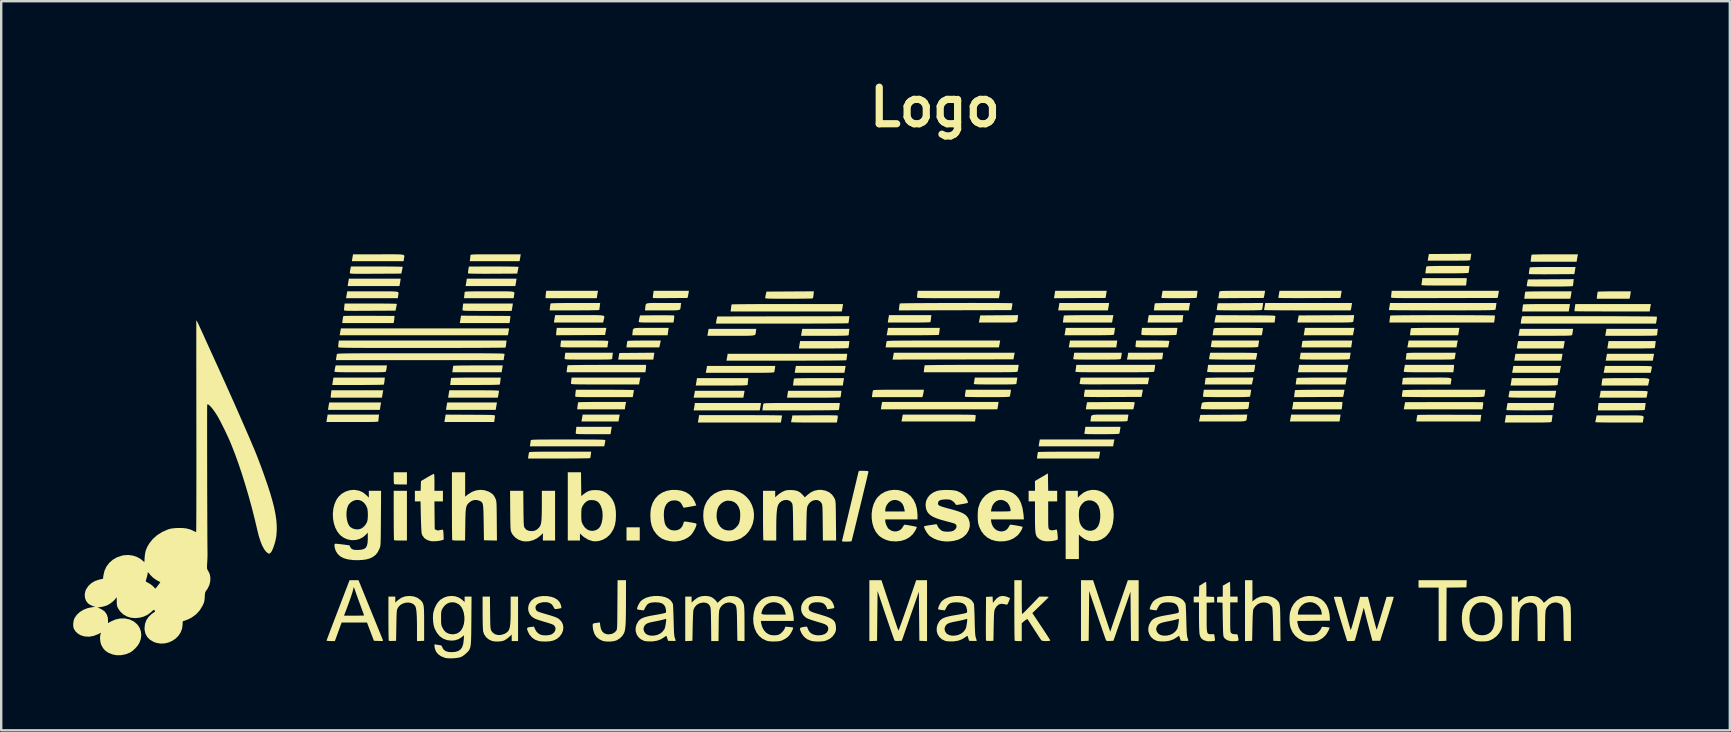
<source format=kicad_pcb>
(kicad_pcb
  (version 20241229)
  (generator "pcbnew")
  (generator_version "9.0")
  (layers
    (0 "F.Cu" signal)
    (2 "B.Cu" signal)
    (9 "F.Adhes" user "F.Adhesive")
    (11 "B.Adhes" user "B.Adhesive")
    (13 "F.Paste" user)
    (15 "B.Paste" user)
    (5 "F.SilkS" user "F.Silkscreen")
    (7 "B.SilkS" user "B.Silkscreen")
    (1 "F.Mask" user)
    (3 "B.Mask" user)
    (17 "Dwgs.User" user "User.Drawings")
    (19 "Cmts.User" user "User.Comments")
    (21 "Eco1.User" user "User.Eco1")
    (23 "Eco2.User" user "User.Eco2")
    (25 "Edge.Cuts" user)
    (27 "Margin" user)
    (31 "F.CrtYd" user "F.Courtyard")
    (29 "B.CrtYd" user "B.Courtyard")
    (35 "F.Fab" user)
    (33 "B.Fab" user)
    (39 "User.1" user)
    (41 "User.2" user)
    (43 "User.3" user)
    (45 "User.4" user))
  (footprint "Logo"
    (layer "F.Cu")
    (at 35.913 1.418)
    (property "Reference" "Logo" (at 0 0 0) (layer "F.SilkS") (effects (font (size 1.524 1.524) (thickness 0.3))))
    (attr board_only exclude_from_pos_files exclude_from_bom)
    (fp_poly (pts (xy -12.303 18.058) (xy -12.854 18.058) (xy -12.854 17.507) (xy -12.303 17.507)) (stroke (width 0) (type solid)) (fill yes) (layer "F.SilkS"))
    (fp_poly (pts (xy -11.737 10.517) (xy -13.201 10.517) (xy -13.176 10.379) (xy -13.152 10.242) (xy -12.423 10.236) (xy -11.694 10.23)) (stroke (width 0) (type solid)) (fill yes) (layer "F.SilkS"))
    (fp_poly (pts (xy 7.555 10.01) (xy 5.575 10.01) (xy 5.587 9.949) (xy 5.599 9.885) (xy 5.612 9.811) (xy 5.613 9.806) (xy 5.627 9.723) (xy 7.598 9.723)) (stroke (width 0) (type solid)) (fill yes) (layer "F.SilkS"))
    (fp_poly (pts (xy 16.86 13.097) (xy 14.791 13.097) (xy 14.803 13.036) (xy 14.815 12.972) (xy 14.829 12.898) (xy 14.829 12.893) (xy 14.844 12.81) (xy 16.903 12.81)) (stroke (width 0) (type solid)) (fill yes) (layer "F.SilkS"))
    (fp_poly (pts (xy 3.272 10.506) (xy 0.752 10.512) (xy -1.767 10.517) (xy -1.755 10.457) (xy -1.743 10.392) (xy -1.73 10.318) (xy -1.729 10.313) (xy -1.715 10.231) (xy 3.322 10.231)) (stroke (width 0) (type solid)) (fill yes) (layer "F.SilkS"))
    (fp_poly (pts (xy 7.134 7.8) (xy 7.11 7.949) (xy 6.034 7.954) (xy 4.957 7.96) (xy 4.969 7.899) (xy 4.98 7.837) (xy 4.992 7.761) (xy 4.995 7.745) (xy 5.009 7.651) (xy 7.158 7.651)) (stroke (width 0) (type solid)) (fill yes) (layer "F.SilkS"))
    (fp_poly (pts (xy -17.694 8.698) (xy -17.699 8.775) (xy -17.707 8.854) (xy -17.717 8.924) (xy -17.729 8.996) (xy -19.803 8.996) (xy -19.792 8.935) (xy -19.781 8.873) (xy -19.768 8.797) (xy -19.766 8.781) (xy -19.752 8.687)) (stroke (width 0) (type solid)) (fill yes) (layer "F.SilkS"))
    (fp_poly (pts (xy -13.706 9.266) (xy -13.72 9.341) (xy -13.734 9.415) (xy -13.749 9.492) (xy -15.787 9.503) (xy -15.787 9.451) (xy -15.784 9.397) (xy -15.776 9.324) (xy -15.773 9.297) (xy -15.759 9.194) (xy -13.693 9.194)) (stroke (width 0) (type solid)) (fill yes) (layer "F.SilkS"))
    (fp_poly (pts (xy 22.154 19.86) (xy 22.148 20.009) (xy 21.735 20.015) (xy 21.321 20.021) (xy 21.31 22.236) (xy 21.15 22.243) (xy 20.99 22.249) (xy 20.99 20.02) (xy 20.152 20.02) (xy 20.152 19.711) (xy 22.161 19.711)) (stroke (width 0) (type solid)) (fill yes) (layer "F.SilkS"))
    (fp_poly (pts (xy -23.093 12.364) (xy -23.104 12.426) (xy -23.116 12.502) (xy -23.119 12.518) (xy -23.133 12.612) (xy -25.294 12.612) (xy -25.279 12.518) (xy -25.268 12.443) (xy -25.256 12.375) (xy -25.254 12.364) (xy -25.242 12.303) (xy -23.081 12.303)) (stroke (width 0) (type solid)) (fill yes) (layer "F.SilkS"))
    (fp_poly (pts (xy -23.005 11.857) (xy -23.016 11.918) (xy -23.028 11.995) (xy -23.031 12.011) (xy -23.045 12.105) (xy -25.18 12.105) (xy -25.18 12.053) (xy -25.177 11.999) (xy -25.169 11.925) (xy -25.165 11.898) (xy -25.151 11.796) (xy -22.993 11.796)) (stroke (width 0) (type solid)) (fill yes) (layer "F.SilkS"))
    (fp_poly (pts (xy -22.279 7.237) (xy -22.291 7.313) (xy -22.303 7.38) (xy -22.305 7.392) (xy -22.317 7.452) (xy -24.477 7.452) (xy -24.466 7.392) (xy -24.455 7.33) (xy -24.443 7.254) (xy -24.44 7.237) (xy -24.426 7.144) (xy -22.265 7.144)) (stroke (width 0) (type solid)) (fill yes) (layer "F.SilkS"))
    (fp_poly (pts (xy -22.005 15.721) (xy -22.265 15.721) (xy -22.369 15.719) (xy -22.455 15.716) (xy -22.516 15.712) (xy -22.541 15.706) (xy -22.547 15.679) (xy -22.552 15.618) (xy -22.555 15.532) (xy -22.556 15.452) (xy -22.556 15.214) (xy -22.005 15.214)) (stroke (width 0) (type solid)) (fill yes) (layer "F.SilkS"))
    (fp_poly (pts (xy -18.264 12.364) (xy -18.275 12.426) (xy -18.288 12.502) (xy -18.29 12.518) (xy -18.304 12.612) (xy -20.377 12.612) (xy -20.363 12.518) (xy -20.351 12.443) (xy -20.339 12.375) (xy -20.337 12.364) (xy -20.325 12.303) (xy -18.253 12.303)) (stroke (width 0) (type solid)) (fill yes) (layer "F.SilkS"))
    (fp_poly (pts (xy -17.761 9.299) (xy -17.773 9.373) (xy -17.785 9.439) (xy -17.785 9.442) (xy -17.797 9.503) (xy -24.807 9.503) (xy -24.793 9.42) (xy -24.781 9.347) (xy -24.769 9.281) (xy -24.768 9.277) (xy -24.757 9.216) (xy -17.747 9.216)) (stroke (width 0) (type solid)) (fill yes) (layer "F.SilkS"))
    (fp_poly (pts (xy -17.451 7.237) (xy -17.463 7.313) (xy -17.474 7.38) (xy -17.476 7.392) (xy -17.488 7.452) (xy -19.561 7.452) (xy -19.549 7.392) (xy -19.538 7.33) (xy -19.526 7.254) (xy -19.523 7.237) (xy -19.509 7.144) (xy -17.437 7.144)) (stroke (width 0) (type solid)) (fill yes) (layer "F.SilkS"))
    (fp_poly (pts (xy -14.052 7.7) (xy -14.062 7.752) (xy -14.074 7.825) (xy -14.079 7.855) (xy -14.094 7.96) (xy -16.228 7.96) (xy -16.228 7.908) (xy -16.225 7.854) (xy -16.217 7.78) (xy -16.214 7.753) (xy -16.2 7.651) (xy -14.04 7.651)) (stroke (width 0) (type solid)) (fill yes) (layer "F.SilkS"))
    (fp_poly (pts (xy -13.149 12.871) (xy -13.16 12.935) (xy -13.173 13.009) (xy -13.174 13.014) (xy -13.187 13.097) (xy -14.73 13.097) (xy -14.717 13.014) (xy -14.705 12.941) (xy -14.693 12.874) (xy -14.692 12.871) (xy -14.681 12.81) (xy -13.137 12.81)) (stroke (width 0) (type solid)) (fill yes) (layer "F.SilkS"))
    (fp_poly (pts (xy -7.949 11.901) (xy -7.961 11.974) (xy -7.973 12.04) (xy -7.974 12.044) (xy -7.985 12.105) (xy -10.059 12.105) (xy -10.047 12.055) (xy -10.035 12.001) (xy -10.022 11.93) (xy -10.019 11.912) (xy -10.004 11.818) (xy -7.936 11.818)) (stroke (width 0) (type solid)) (fill yes) (layer "F.SilkS"))
    (fp_poly (pts (xy -7.264 12.419) (xy -7.276 12.494) (xy -7.288 12.562) (xy -7.29 12.573) (xy -7.302 12.634) (xy -10.059 12.634) (xy -10.047 12.584) (xy -10.037 12.532) (xy -10.025 12.46) (xy -10.02 12.43) (xy -10.005 12.325) (xy -7.25 12.325)) (stroke (width 0) (type solid)) (fill yes) (layer "F.SilkS"))
    (fp_poly (pts (xy -3.738 10.864) (xy -3.75 10.938) (xy -3.762 11.004) (xy -3.763 11.008) (xy -3.774 11.068) (xy -5.845 11.068) (xy -5.831 10.986) (xy -5.819 10.912) (xy -5.807 10.846) (xy -5.807 10.842) (xy -5.795 10.782) (xy -3.724 10.782)) (stroke (width 0) (type solid)) (fill yes) (layer "F.SilkS"))
    (fp_poly (pts (xy 2.636 12.386) (xy 2.624 12.46) (xy 2.613 12.523) (xy 2.609 12.54) (xy 2.597 12.59) (xy -2.254 12.59) (xy -2.239 12.485) (xy -2.227 12.411) (xy -2.216 12.348) (xy -2.212 12.331) (xy -2.2 12.281) (xy 2.651 12.281)) (stroke (width 0) (type solid)) (fill yes) (layer "F.SilkS"))
    (fp_poly (pts (xy 7.244 8.252) (xy 7.232 8.327) (xy 7.22 8.395) (xy 7.218 8.406) (xy 7.206 8.467) (xy 5.134 8.467) (xy 5.145 8.406) (xy 5.156 8.344) (xy 5.169 8.268) (xy 5.171 8.252) (xy 5.185 8.158) (xy 7.258 8.158)) (stroke (width 0) (type solid)) (fill yes) (layer "F.SilkS"))
    (fp_poly (pts (xy 7.467 13.896) (xy 7.456 13.95) (xy 7.443 14.021) (xy 7.44 14.039) (xy 7.425 14.133) (xy 4.32 14.133) (xy 4.333 14.05) (xy 4.345 13.977) (xy 4.357 13.911) (xy 4.358 13.907) (xy 4.369 13.847) (xy 7.479 13.847)) (stroke (width 0) (type solid)) (fill yes) (layer "F.SilkS"))
    (fp_poly (pts (xy 16.977 12.333) (xy 16.974 12.387) (xy 16.967 12.46) (xy 16.963 12.487) (xy 16.949 12.59) (xy 14.878 12.59) (xy 14.89 12.54) (xy 14.9 12.488) (xy 14.912 12.416) (xy 14.917 12.386) (xy 14.932 12.281) (xy 16.977 12.281)) (stroke (width 0) (type solid)) (fill yes) (layer "F.SilkS"))
    (fp_poly (pts (xy 17.21 10.842) (xy 17.198 10.916) (xy 17.187 10.98) (xy 17.183 10.997) (xy 17.171 11.046) (xy 15.121 11.046) (xy 15.132 10.997) (xy 15.143 10.945) (xy 15.155 10.872) (xy 15.159 10.842) (xy 15.174 10.738) (xy 17.225 10.738)) (stroke (width 0) (type solid)) (fill yes) (layer "F.SilkS"))
    (fp_poly (pts (xy 17.459 9.299) (xy 17.444 9.373) (xy 17.432 9.436) (xy 17.428 9.453) (xy 17.418 9.503) (xy 15.363 9.503) (xy 15.375 9.453) (xy 15.385 9.401) (xy 15.397 9.329) (xy 15.402 9.299) (xy 15.417 9.194) (xy 17.479 9.194)) (stroke (width 0) (type solid)) (fill yes) (layer "F.SilkS"))
    (fp_poly (pts (xy 21.776 9.773) (xy 21.765 9.827) (xy 21.752 9.898) (xy 21.749 9.916) (xy 21.734 10.01) (xy 19.686 10.01) (xy 19.698 9.949) (xy 19.71 9.885) (xy 19.723 9.811) (xy 19.724 9.806) (xy 19.738 9.723) (xy 21.789 9.723)) (stroke (width 0) (type solid)) (fill yes) (layer "F.SilkS"))
    (fp_poly (pts (xy 26.076 10.831) (xy 26.065 10.885) (xy 26.052 10.956) (xy 26.049 10.975) (xy 26.034 11.068) (xy 24.052 11.068) (xy 24.064 11.008) (xy 24.076 10.943) (xy 24.089 10.869) (xy 24.09 10.864) (xy 24.104 10.782) (xy 26.088 10.782)) (stroke (width 0) (type solid)) (fill yes) (layer "F.SilkS"))
    (fp_poly (pts (xy 26.138 10.357) (xy 26.126 10.431) (xy 26.114 10.497) (xy 26.113 10.501) (xy 26.102 10.561) (xy 24.141 10.561) (xy 24.155 10.479) (xy 24.167 10.405) (xy 24.179 10.339) (xy 24.18 10.335) (xy 24.191 10.275) (xy 26.152 10.275)) (stroke (width 0) (type solid)) (fill yes) (layer "F.SilkS"))
    (fp_poly (pts (xy 26.228 9.839) (xy 26.216 9.915) (xy 26.204 9.982) (xy 26.202 9.994) (xy 26.19 10.054) (xy 24.248 10.054) (xy 24.264 9.949) (xy 24.275 9.875) (xy 24.287 9.812) (xy 24.291 9.795) (xy 24.302 9.745) (xy 26.242 9.745)) (stroke (width 0) (type solid)) (fill yes) (layer "F.SilkS"))
    (fp_poly (pts (xy 29.956 10.335) (xy 29.943 10.4) (xy 29.93 10.474) (xy 29.929 10.479) (xy 29.915 10.561) (xy 27.953 10.561) (xy 27.967 10.479) (xy 27.98 10.405) (xy 27.993 10.339) (xy 27.993 10.335) (xy 28.005 10.275) (xy 29.968 10.275)) (stroke (width 0) (type solid)) (fill yes) (layer "F.SilkS"))
    (fp_poly (pts (xy 17.345 10.01) (xy 15.275 10.01) (xy 15.29 9.883) (xy 15.301 9.812) (xy 15.311 9.759) (xy 15.316 9.74) (xy 15.34 9.737) (xy 15.403 9.734) (xy 15.501 9.731) (xy 15.631 9.728) (xy 15.787 9.726) (xy 15.965 9.725) (xy 16.161 9.724) (xy 16.357 9.723) (xy 17.388 9.723)) (stroke (width 0) (type solid)) (fill yes) (layer "F.SilkS"))
    (fp_poly (pts (xy -22.005 18.058) (xy -22.265 18.058) (xy -22.369 18.057) (xy -22.455 18.053) (xy -22.516 18.049) (xy -22.541 18.043) (xy -22.544 18.019) (xy -22.547 17.955) (xy -22.549 17.855) (xy -22.552 17.725) (xy -22.553 17.569) (xy -22.555 17.39) (xy -22.555 17.194) (xy -22.556 17.007) (xy -22.556 15.985) (xy -22.005 15.985)) (stroke (width 0) (type solid)) (fill yes) (layer "F.SilkS"))
    (fp_poly (pts (xy -3.913 11.945) (xy -3.923 12.016) (xy -3.933 12.069) (xy -3.939 12.088) (xy -3.963 12.091) (xy -4.026 12.094) (xy -4.125 12.097) (xy -4.255 12.1) (xy -4.413 12.102) (xy -4.593 12.103) (xy -4.793 12.104) (xy -5.007 12.105) (xy -5.057 12.105) (xy -6.165 12.105) (xy -6.122 11.818) (xy -3.898 11.818)) (stroke (width 0) (type solid)) (fill yes) (layer "F.SilkS"))
    (fp_poly (pts (xy 16.899 7.949) (xy 15.604 7.954) (xy 15.37 7.955) (xy 15.149 7.955) (xy 14.946 7.955) (xy 14.764 7.954) (xy 14.607 7.953) (xy 14.48 7.952) (xy 14.385 7.95) (xy 14.327 7.947) (xy 14.31 7.945) (xy 14.313 7.917) (xy 14.322 7.859) (xy 14.334 7.79) (xy 14.358 7.651) (xy 16.948 7.651)) (stroke (width 0) (type solid)) (fill yes) (layer "F.SilkS"))
    (fp_poly (pts (xy 21.21 12.815) (xy 21.444 12.816) (xy 22.765 12.821) (xy 22.728 13.097) (xy 20.059 13.097) (xy 20.075 12.97) (xy 20.086 12.899) (xy 20.098 12.846) (xy 20.106 12.827) (xy 20.13 12.824) (xy 20.195 12.821) (xy 20.296 12.819) (xy 20.429 12.817) (xy 20.591 12.816) (xy 20.778 12.815) (xy 20.985 12.815)) (stroke (width 0) (type solid)) (fill yes) (layer "F.SilkS"))
    (fp_poly (pts (xy -12.059 9.194) (xy -11.864 9.194) (xy -11.832 9.194) (xy -11.099 9.194) (xy -11.12 9.349) (xy -11.141 9.503) (xy -12.616 9.503) (xy -12.601 9.387) (xy -12.596 9.335) (xy -12.592 9.293) (xy -12.584 9.26) (xy -12.568 9.236) (xy -12.54 9.218) (xy -12.495 9.206) (xy -12.429 9.199) (xy -12.337 9.195) (xy -12.216 9.194)) (stroke (width 0) (type solid)) (fill yes) (layer "F.SilkS"))
    (fp_poly (pts (xy -11.446 9.817) (xy -11.461 9.888) (xy -11.474 9.949) (xy -11.477 9.96) (xy -11.488 10.01) (xy -12.858 10.01) (xy -12.842 9.883) (xy -12.832 9.812) (xy -12.823 9.759) (xy -12.817 9.74) (xy -12.794 9.736) (xy -12.731 9.732) (xy -12.636 9.729) (xy -12.512 9.726) (xy -12.366 9.725) (xy -12.202 9.724) (xy -12.117 9.723) (xy -11.426 9.723)) (stroke (width 0) (type solid)) (fill yes) (layer "F.SilkS"))
    (fp_poly (pts (xy -10.267 7.734) (xy -10.28 7.809) (xy -10.294 7.88) (xy -10.295 7.882) (xy -10.311 7.949) (xy -11.027 7.954) (xy -11.201 7.955) (xy -11.359 7.956) (xy -11.499 7.955) (xy -11.613 7.955) (xy -11.697 7.953) (xy -11.745 7.951) (xy -11.755 7.949) (xy -11.757 7.924) (xy -11.753 7.867) (xy -11.744 7.795) (xy -11.723 7.651) (xy -10.255 7.651)) (stroke (width 0) (type solid)) (fill yes) (layer "F.SilkS"))
    (fp_poly (pts (xy 9.491 10.357) (xy 9.481 10.429) (xy 9.471 10.482) (xy 9.466 10.501) (xy 9.442 10.505) (xy 9.38 10.508) (xy 9.284 10.511) (xy 9.159 10.514) (xy 9.012 10.516) (xy 8.846 10.517) (xy 8.728 10.517) (xy 7.999 10.517) (xy 8.011 10.468) (xy 8.023 10.414) (xy 8.035 10.343) (xy 8.038 10.324) (xy 8.053 10.231) (xy 9.506 10.231)) (stroke (width 0) (type solid)) (fill yes) (layer "F.SilkS"))
    (fp_poly (pts (xy 10.619 8.219) (xy 10.608 8.28) (xy 10.596 8.357) (xy 10.594 8.373) (xy 10.579 8.467) (xy 9.122 8.467) (xy 9.138 8.33) (xy 9.148 8.255) (xy 9.157 8.199) (xy 9.164 8.175) (xy 9.188 8.171) (xy 9.251 8.167) (xy 9.347 8.164) (xy 9.472 8.161) (xy 9.619 8.159) (xy 9.785 8.158) (xy 9.903 8.158) (xy 10.631 8.158)) (stroke (width 0) (type solid)) (fill yes) (layer "F.SilkS"))
    (fp_poly (pts (xy 28.984 7.778) (xy 28.972 7.852) (xy 28.961 7.915) (xy 28.957 7.932) (xy 28.945 7.982) (xy 27.577 7.982) (xy 27.593 7.845) (xy 27.602 7.77) (xy 27.612 7.714) (xy 27.619 7.69) (xy 27.643 7.686) (xy 27.705 7.682) (xy 27.801 7.679) (xy 27.925 7.676) (xy 28.071 7.674) (xy 28.234 7.673) (xy 28.314 7.673) (xy 28.999 7.673)) (stroke (width 0) (type solid)) (fill yes) (layer "F.SilkS"))
    (fp_poly (pts (xy -23.798 8.692) (xy -23.586 8.692) (xy -23.58 8.692) (xy -22.523 8.698) (xy -22.528 8.775) (xy -22.535 8.854) (xy -22.545 8.924) (xy -22.558 8.996) (xy -24.7 8.996) (xy -24.685 8.858) (xy -24.674 8.783) (xy -24.662 8.727) (xy -24.653 8.703) (xy -24.628 8.7) (xy -24.564 8.697) (xy -24.464 8.695) (xy -24.333 8.693) (xy -24.176 8.692) (xy -23.996 8.692)) (stroke (width 0) (type solid)) (fill yes) (layer "F.SilkS"))
    (fp_poly (pts (xy -18.025 10.842) (xy -18.038 10.916) (xy -18.049 10.982) (xy -18.05 10.986) (xy -18.061 11.046) (xy -20.113 11.046) (xy -20.098 10.92) (xy -20.087 10.848) (xy -20.078 10.795) (xy -20.072 10.776) (xy -20.048 10.773) (xy -19.985 10.77) (xy -19.887 10.767) (xy -19.757 10.764) (xy -19.601 10.762) (xy -19.423 10.761) (xy -19.227 10.76) (xy -19.037 10.76) (xy -18.012 10.76)) (stroke (width 0) (type solid)) (fill yes) (layer "F.SilkS"))
    (fp_poly (pts (xy -12.883 12.331) (xy -12.894 12.383) (xy -12.906 12.455) (xy -12.91 12.485) (xy -12.925 12.59) (xy -14.911 12.59) (xy -14.895 12.453) (xy -14.885 12.378) (xy -14.876 12.322) (xy -14.869 12.298) (xy -14.845 12.295) (xy -14.782 12.291) (xy -14.684 12.288) (xy -14.555 12.286) (xy -14.399 12.284) (xy -14.222 12.282) (xy -14.028 12.281) (xy -13.865 12.281) (xy -12.872 12.281)) (stroke (width 0) (type solid)) (fill yes) (layer "F.SilkS"))
    (fp_poly (pts (xy -3.8 11.35) (xy -3.811 11.411) (xy -3.824 11.488) (xy -3.826 11.504) (xy -3.84 11.598) (xy -5.915 11.598) (xy -5.899 11.461) (xy -5.889 11.386) (xy -5.88 11.33) (xy -5.873 11.306) (xy -5.849 11.303) (xy -5.786 11.299) (xy -5.688 11.296) (xy -5.558 11.294) (xy -5.402 11.292) (xy -5.223 11.29) (xy -5.027 11.289) (xy -4.826 11.289) (xy -3.789 11.289)) (stroke (width 0) (type solid)) (fill yes) (layer "F.SilkS"))
    (fp_poly (pts (xy -3.582 9.883) (xy -3.591 9.957) (xy -3.601 10.013) (xy -3.608 10.037) (xy -3.631 10.04) (xy -3.695 10.044) (xy -3.793 10.047) (xy -3.923 10.049) (xy -4.079 10.051) (xy -4.257 10.053) (xy -4.453 10.054) (xy -4.644 10.054) (xy -5.67 10.054) (xy -5.656 9.96) (xy -5.644 9.885) (xy -5.633 9.817) (xy -5.63 9.806) (xy -5.619 9.745) (xy -3.566 9.745)) (stroke (width 0) (type solid)) (fill yes) (layer "F.SilkS"))
    (fp_poly (pts (xy -0.166 8.803) (xy -0.175 8.877) (xy -0.185 8.934) (xy -0.191 8.957) (xy -0.215 8.961) (xy -0.278 8.964) (xy -0.375 8.967) (xy -0.502 8.97) (xy -0.655 8.972) (xy -0.828 8.973) (xy -1.016 8.974) (xy -1.084 8.974) (xy -1.966 8.974) (xy -1.952 8.88) (xy -1.94 8.805) (xy -1.928 8.737) (xy -1.926 8.726) (xy -1.915 8.665) (xy -0.15 8.665)) (stroke (width 0) (type solid)) (fill yes) (layer "F.SilkS"))
    (fp_poly (pts (xy 7.422 8.737) (xy 7.408 8.81) (xy 7.394 8.889) (xy 7.394 8.891) (xy 7.381 8.974) (xy 5.331 8.974) (xy 5.347 8.836) (xy 5.357 8.761) (xy 5.366 8.705) (xy 5.373 8.682) (xy 5.396 8.678) (xy 5.459 8.675) (xy 5.558 8.672) (xy 5.687 8.67) (xy 5.843 8.668) (xy 6.021 8.666) (xy 6.217 8.665) (xy 6.409 8.665) (xy 7.436 8.665)) (stroke (width 0) (type solid)) (fill yes) (layer "F.SilkS"))
    (fp_poly (pts (xy 8.651 11.846) (xy 8.637 11.921) (xy 8.623 11.994) (xy 8.608 12.072) (xy 7.414 12.077) (xy 7.189 12.078) (xy 6.977 12.078) (xy 6.783 12.078) (xy 6.611 12.077) (xy 6.464 12.075) (xy 6.347 12.073) (xy 6.264 12.071) (xy 6.218 12.068) (xy 6.211 12.066) (xy 6.209 12.037) (xy 6.214 11.978) (xy 6.223 11.912) (xy 6.246 11.774) (xy 8.664 11.774)) (stroke (width 0) (type solid)) (fill yes) (layer "F.SilkS"))
    (fp_poly (pts (xy 13.249 11.361) (xy 13.233 11.432) (xy 13.22 11.492) (xy 13.218 11.504) (xy 13.206 11.553) (xy 11.242 11.553) (xy 11.257 11.427) (xy 11.267 11.355) (xy 11.276 11.302) (xy 11.282 11.283) (xy 11.305 11.28) (xy 11.368 11.277) (xy 11.466 11.274) (xy 11.595 11.271) (xy 11.75 11.269) (xy 11.927 11.268) (xy 12.121 11.267) (xy 12.28 11.267) (xy 13.269 11.267)) (stroke (width 0) (type solid)) (fill yes) (layer "F.SilkS"))
    (fp_poly (pts (xy 17.144 11.35) (xy 17.131 11.423) (xy 17.119 11.489) (xy 17.118 11.493) (xy 17.106 11.553) (xy 15.032 11.553) (xy 15.048 11.427) (xy 15.058 11.355) (xy 15.068 11.302) (xy 15.074 11.283) (xy 15.097 11.28) (xy 15.16 11.277) (xy 15.259 11.274) (xy 15.388 11.272) (xy 15.545 11.27) (xy 15.723 11.268) (xy 15.92 11.267) (xy 16.121 11.267) (xy 17.159 11.267)) (stroke (width 0) (type solid)) (fill yes) (layer "F.SilkS"))
    (fp_poly (pts (xy 21.84 9.288) (xy 21.828 9.363) (xy 21.816 9.431) (xy 21.814 9.442) (xy 21.803 9.503) (xy 19.795 9.503) (xy 19.811 9.365) (xy 19.821 9.291) (xy 19.83 9.234) (xy 19.837 9.211) (xy 19.86 9.207) (xy 19.923 9.204) (xy 20.021 9.201) (xy 20.15 9.199) (xy 20.306 9.197) (xy 20.483 9.195) (xy 20.678 9.195) (xy 20.85 9.194) (xy 21.854 9.194)) (stroke (width 0) (type solid)) (fill yes) (layer "F.SilkS"))
    (fp_poly (pts (xy 22.333 6.212) (xy 22.322 6.283) (xy 22.316 6.34) (xy 22.315 6.356) (xy 22.312 6.365) (xy 22.302 6.373) (xy 22.281 6.379) (xy 22.245 6.384) (xy 22.19 6.388) (xy 22.111 6.391) (xy 22.006 6.392) (xy 21.869 6.393) (xy 21.697 6.394) (xy 21.487 6.394) (xy 21.423 6.394) (xy 20.533 6.394) (xy 20.583 6.118) (xy 21.467 6.113) (xy 22.35 6.107)) (stroke (width 0) (type solid)) (fill yes) (layer "F.SilkS"))
    (fp_poly (pts (xy 26.448 8.296) (xy 26.436 8.371) (xy 26.424 8.439) (xy 26.422 8.45) (xy 26.411 8.511) (xy 24.47 8.511) (xy 24.485 8.373) (xy 24.495 8.298) (xy 24.504 8.242) (xy 24.511 8.219) (xy 24.534 8.215) (xy 24.597 8.212) (xy 24.695 8.209) (xy 24.824 8.207) (xy 24.979 8.205) (xy 25.155 8.203) (xy 25.348 8.202) (xy 25.491 8.202) (xy 26.462 8.202)) (stroke (width 0) (type solid)) (fill yes) (layer "F.SilkS"))
    (fp_poly (pts (xy 26.514 7.778) (xy 26.503 7.852) (xy 26.491 7.915) (xy 26.487 7.932) (xy 26.476 7.982) (xy 24.558 7.982) (xy 24.574 7.844) (xy 24.583 7.769) (xy 24.593 7.713) (xy 24.599 7.689) (xy 24.622 7.686) (xy 24.685 7.683) (xy 24.783 7.68) (xy 24.912 7.677) (xy 25.066 7.675) (xy 25.242 7.674) (xy 25.435 7.673) (xy 25.569 7.673) (xy 26.529 7.673)) (stroke (width 0) (type solid)) (fill yes) (layer "F.SilkS"))
    (fp_poly (pts (xy 26.78 6.201) (xy 26.766 6.275) (xy 26.753 6.353) (xy 26.753 6.356) (xy 26.739 6.438) (xy 24.822 6.438) (xy 24.838 6.3) (xy 24.848 6.226) (xy 24.857 6.17) (xy 24.864 6.146) (xy 24.887 6.143) (xy 24.95 6.139) (xy 25.048 6.136) (xy 25.176 6.134) (xy 25.331 6.132) (xy 25.507 6.131) (xy 25.7 6.13) (xy 25.834 6.13) (xy 26.795 6.13)) (stroke (width 0) (type solid)) (fill yes) (layer "F.SilkS"))
    (fp_poly (pts (xy 29.6 12.463) (xy 29.59 12.538) (xy 29.581 12.594) (xy 29.574 12.617) (xy 29.551 12.621) (xy 29.488 12.624) (xy 29.39 12.627) (xy 29.261 12.629) (xy 29.107 12.631) (xy 28.931 12.633) (xy 28.737 12.634) (xy 28.596 12.634) (xy 27.627 12.634) (xy 27.627 12.582) (xy 27.63 12.528) (xy 27.637 12.455) (xy 27.641 12.427) (xy 27.655 12.325) (xy 29.616 12.325)) (stroke (width 0) (type solid)) (fill yes) (layer "F.SilkS"))
    (fp_poly (pts (xy 30.02 9.883) (xy 30.011 9.957) (xy 30.001 10.013) (xy 29.994 10.037) (xy 29.971 10.04) (xy 29.907 10.044) (xy 29.809 10.047) (xy 29.68 10.049) (xy 29.525 10.052) (xy 29.348 10.053) (xy 29.154 10.054) (xy 29.002 10.054) (xy 28.02 10.054) (xy 28.034 9.96) (xy 28.046 9.885) (xy 28.058 9.817) (xy 28.06 9.806) (xy 28.071 9.745) (xy 30.036 9.745)) (stroke (width 0) (type solid)) (fill yes) (layer "F.SilkS"))
    (fp_poly (pts (xy -22.94 11.404) (xy -22.95 11.478) (xy -22.96 11.535) (xy -22.967 11.558) (xy -22.99 11.562) (xy -23.053 11.565) (xy -23.152 11.568) (xy -23.282 11.57) (xy -23.439 11.572) (xy -23.619 11.574) (xy -23.817 11.575) (xy -24.029 11.576) (xy -24.047 11.576) (xy -25.117 11.576) (xy -25.103 11.482) (xy -25.091 11.406) (xy -25.079 11.339) (xy -25.077 11.327) (xy -25.066 11.267) (xy -22.925 11.267)) (stroke (width 0) (type solid)) (fill yes) (layer "F.SilkS"))
    (fp_poly (pts (xy 0.187 9.332) (xy 0.177 9.407) (xy 0.168 9.463) (xy 0.162 9.486) (xy 0.138 9.49) (xy 0.075 9.493) (xy -0.024 9.496) (xy -0.154 9.498) (xy -0.311 9.5) (xy -0.491 9.502) (xy -0.689 9.503) (xy -0.902 9.503) (xy -0.93 9.503) (xy -2.012 9.503) (xy -1.998 9.431) (xy -1.984 9.358) (xy -1.97 9.279) (xy -1.97 9.277) (xy -1.957 9.194) (xy 0.203 9.194)) (stroke (width 0) (type solid)) (fill yes) (layer "F.SilkS"))
    (fp_poly (pts (xy 3.451 8.781) (xy 3.446 8.831) (xy 3.442 8.872) (xy 3.435 8.904) (xy 3.42 8.929) (xy 3.394 8.947) (xy 3.352 8.96) (xy 3.289 8.968) (xy 3.203 8.972) (xy 3.087 8.974) (xy 2.938 8.974) (xy 2.752 8.974) (xy 2.623 8.974) (xy 1.831 8.974) (xy 1.844 8.902) (xy 1.858 8.827) (xy 1.872 8.753) (xy 1.887 8.676) (xy 2.676 8.67) (xy 3.466 8.665)) (stroke (width 0) (type solid)) (fill yes) (layer "F.SilkS"))
    (fp_poly (pts (xy 6.87 14.436) (xy 6.857 14.51) (xy 6.844 14.576) (xy 6.844 14.58) (xy 6.832 14.64) (xy 4.25 14.64) (xy 4.266 14.513) (xy 4.276 14.442) (xy 4.286 14.389) (xy 4.292 14.37) (xy 4.315 14.367) (xy 4.379 14.364) (xy 4.478 14.362) (xy 4.611 14.359) (xy 4.771 14.357) (xy 4.957 14.356) (xy 5.163 14.355) (xy 5.385 14.354) (xy 5.593 14.354) (xy 6.884 14.354)) (stroke (width 0) (type solid)) (fill yes) (layer "F.SilkS"))
    (fp_poly (pts (xy 17.051 11.868) (xy 17.038 11.941) (xy 17.025 12.005) (xy 17.022 12.016) (xy 17.007 12.072) (xy 15.986 12.077) (xy 14.965 12.083) (xy 14.981 11.946) (xy 14.991 11.871) (xy 15 11.815) (xy 15.007 11.791) (xy 15.031 11.788) (xy 15.094 11.784) (xy 15.192 11.782) (xy 15.322 11.779) (xy 15.478 11.777) (xy 15.656 11.775) (xy 15.852 11.774) (xy 16.042 11.774) (xy 17.066 11.774)) (stroke (width 0) (type solid)) (fill yes) (layer "F.SilkS"))
    (fp_poly (pts (xy 21.958 12.286) (xy 22.172 12.286) (xy 22.362 12.287) (xy 22.526 12.289) (xy 22.659 12.291) (xy 22.759 12.293) (xy 22.821 12.295) (xy 22.842 12.297) (xy 22.847 12.326) (xy 22.844 12.385) (xy 22.836 12.452) (xy 22.816 12.59) (xy 19.536 12.59) (xy 19.549 12.518) (xy 19.563 12.443) (xy 19.577 12.369) (xy 19.592 12.292) (xy 21.211 12.286) (xy 21.474 12.286) (xy 21.724 12.286)) (stroke (width 0) (type solid)) (fill yes) (layer "F.SilkS"))
    (fp_poly (pts (xy -18.956 11.796) (xy -18.75 11.797) (xy -18.581 11.798) (xy -18.447 11.8) (xy -18.343 11.802) (xy -18.267 11.806) (xy -18.215 11.81) (xy -18.184 11.815) (xy -18.17 11.822) (xy -18.168 11.825) (xy -18.172 11.862) (xy -18.183 11.926) (xy -18.193 11.98) (xy -18.218 12.105) (xy -20.289 12.105) (xy -20.274 12.011) (xy -20.262 11.936) (xy -20.251 11.868) (xy -20.249 11.857) (xy -20.237 11.796) (xy -19.203 11.796)) (stroke (width 0) (type solid)) (fill yes) (layer "F.SilkS"))
    (fp_poly (pts (xy -13.48 13.378) (xy -13.491 13.44) (xy -13.503 13.516) (xy -13.506 13.532) (xy -13.52 13.626) (xy -14.245 13.626) (xy -14.444 13.626) (xy -14.602 13.625) (xy -14.726 13.624) (xy -14.818 13.622) (xy -14.884 13.619) (xy -14.928 13.614) (xy -14.954 13.608) (xy -14.967 13.6) (xy -14.971 13.59) (xy -14.971 13.587) (xy -14.968 13.544) (xy -14.962 13.476) (xy -14.957 13.433) (xy -14.943 13.317) (xy -13.468 13.317)) (stroke (width 0) (type solid)) (fill yes) (layer "F.SilkS"))
    (fp_poly (pts (xy -12.039 10.79) (xy -12.042 10.844) (xy -12.049 10.917) (xy -12.053 10.944) (xy -12.067 11.046) (xy -15.352 11.046) (xy -15.336 10.909) (xy -15.326 10.835) (xy -15.317 10.778) (xy -15.31 10.755) (xy -15.287 10.752) (xy -15.223 10.75) (xy -15.122 10.747) (xy -14.987 10.745) (xy -14.822 10.743) (xy -14.63 10.741) (xy -14.415 10.74) (xy -14.18 10.739) (xy -13.929 10.738) (xy -13.669 10.738) (xy -12.039 10.738)) (stroke (width 0) (type solid)) (fill yes) (layer "F.SilkS"))
    (fp_poly (pts (xy -7.462 9.343) (xy -7.467 9.386) (xy -7.47 9.422) (xy -7.476 9.451) (xy -7.488 9.474) (xy -7.51 9.492) (xy -7.546 9.505) (xy -7.599 9.514) (xy -7.674 9.52) (xy -7.774 9.524) (xy -7.903 9.525) (xy -8.065 9.526) (xy -8.264 9.525) (xy -8.491 9.525) (xy -9.483 9.525) (xy -9.469 9.442) (xy -9.457 9.369) (xy -9.445 9.303) (xy -9.445 9.299) (xy -9.433 9.238) (xy -7.447 9.238)) (stroke (width 0) (type solid)) (fill yes) (layer "F.SilkS"))
    (fp_poly (pts (xy 7.486 9.319) (xy 7.476 9.393) (xy 7.465 9.451) (xy 7.459 9.473) (xy 7.449 9.48) (xy 7.424 9.486) (xy 7.38 9.491) (xy 7.313 9.495) (xy 7.22 9.498) (xy 7.099 9.5) (xy 6.944 9.502) (xy 6.754 9.503) (xy 6.524 9.503) (xy 6.423 9.503) (xy 5.398 9.503) (xy 5.41 9.442) (xy 5.421 9.38) (xy 5.433 9.304) (xy 5.436 9.288) (xy 5.45 9.194) (xy 7.502 9.194)) (stroke (width 0) (type solid)) (fill yes) (layer "F.SilkS"))
    (fp_poly (pts (xy 8.024 12.285) (xy 8.147 12.286) (xy 8.237 12.287) (xy 8.291 12.289) (xy 8.305 12.29) (xy 8.316 12.3) (xy 8.32 12.323) (xy 8.315 12.366) (xy 8.301 12.438) (xy 8.279 12.54) (xy 8.267 12.59) (xy 6.287 12.59) (xy 6.299 12.507) (xy 6.311 12.431) (xy 6.326 12.361) (xy 6.326 12.358) (xy 6.342 12.292) (xy 7.311 12.286) (xy 7.514 12.285) (xy 7.703 12.285) (xy 7.875 12.285)) (stroke (width 0) (type solid)) (fill yes) (layer "F.SilkS"))
    (fp_poly (pts (xy 10.333 8.781) (xy 10.325 8.855) (xy 10.32 8.914) (xy 10.319 8.935) (xy 10.316 8.946) (xy 10.306 8.954) (xy 10.284 8.961) (xy 10.244 8.966) (xy 10.184 8.969) (xy 10.099 8.971) (xy 9.983 8.973) (xy 9.834 8.974) (xy 9.646 8.974) (xy 9.589 8.974) (xy 8.859 8.974) (xy 8.874 8.869) (xy 8.885 8.795) (xy 8.897 8.732) (xy 8.901 8.715) (xy 8.912 8.665) (xy 10.347 8.665)) (stroke (width 0) (type solid)) (fill yes) (layer "F.SilkS"))
    (fp_poly (pts (xy 21.63 10.79) (xy 21.627 10.844) (xy 21.619 10.917) (xy 21.616 10.944) (xy 21.602 11.046) (xy 20.568 11.046) (xy 20.322 11.046) (xy 20.116 11.046) (xy 19.948 11.044) (xy 19.813 11.042) (xy 19.71 11.04) (xy 19.634 11.037) (xy 19.582 11.032) (xy 19.55 11.027) (xy 19.537 11.02) (xy 19.535 11.017) (xy 19.539 10.98) (xy 19.55 10.916) (xy 19.56 10.863) (xy 19.585 10.738) (xy 21.63 10.738)) (stroke (width 0) (type solid)) (fill yes) (layer "F.SilkS"))
    (fp_poly (pts (xy 25.72 12.957) (xy 25.71 13.031) (xy 25.699 13.089) (xy 25.693 13.111) (xy 25.683 13.119) (xy 25.658 13.125) (xy 25.613 13.13) (xy 25.545 13.133) (xy 25.451 13.136) (xy 25.327 13.139) (xy 25.17 13.14) (xy 24.976 13.141) (xy 24.742 13.141) (xy 24.712 13.141) (xy 23.743 13.141) (xy 23.754 13.08) (xy 23.765 13.018) (xy 23.778 12.942) (xy 23.78 12.926) (xy 23.794 12.832) (xy 25.736 12.832)) (stroke (width 0) (type solid)) (fill yes) (layer "F.SilkS"))
    (fp_poly (pts (xy 25.874 11.901) (xy 25.861 11.974) (xy 25.849 12.04) (xy 25.849 12.044) (xy 25.837 12.105) (xy 24.869 12.105) (xy 24.634 12.105) (xy 24.439 12.104) (xy 24.281 12.103) (xy 24.157 12.101) (xy 24.061 12.099) (xy 23.992 12.095) (xy 23.945 12.091) (xy 23.917 12.085) (xy 23.903 12.078) (xy 23.901 12.073) (xy 23.905 12.034) (xy 23.916 11.969) (xy 23.925 11.929) (xy 23.948 11.818) (xy 25.887 11.818)) (stroke (width 0) (type solid)) (fill yes) (layer "F.SilkS"))
    (fp_poly (pts (xy 28.958 11.818) (xy 29.154 11.819) (xy 29.313 11.82) (xy 29.439 11.822) (xy 29.535 11.824) (xy 29.605 11.827) (xy 29.653 11.832) (xy 29.682 11.837) (xy 29.697 11.844) (xy 29.699 11.85) (xy 29.695 11.889) (xy 29.684 11.953) (xy 29.676 11.993) (xy 29.652 12.105) (xy 27.688 12.105) (xy 27.701 12.055) (xy 27.712 12.001) (xy 27.725 11.93) (xy 27.728 11.912) (xy 27.743 11.818) (xy 28.721 11.818)) (stroke (width 0) (type solid)) (fill yes) (layer "F.SilkS"))
    (fp_poly (pts (xy 29.134 10.782) (xy 29.33 10.782) (xy 29.489 10.784) (xy 29.615 10.785) (xy 29.711 10.788) (xy 29.782 10.791) (xy 29.83 10.795) (xy 29.859 10.801) (xy 29.873 10.808) (xy 29.876 10.814) (xy 29.871 10.853) (xy 29.86 10.917) (xy 29.852 10.957) (xy 29.828 11.068) (xy 27.865 11.068) (xy 27.877 11.019) (xy 27.888 10.965) (xy 27.901 10.894) (xy 27.904 10.875) (xy 27.919 10.782) (xy 28.898 10.782)) (stroke (width 0) (type solid)) (fill yes) (layer "F.SilkS"))
    (fp_poly (pts (xy 29.824 8.263) (xy 29.813 8.325) (xy 29.8 8.401) (xy 29.798 8.417) (xy 29.784 8.511) (xy 28.224 8.511) (xy 27.966 8.511) (xy 27.721 8.51) (xy 27.492 8.51) (xy 27.284 8.509) (xy 27.099 8.508) (xy 26.941 8.506) (xy 26.815 8.505) (xy 26.722 8.503) (xy 26.668 8.502) (xy 26.654 8.5) (xy 26.651 8.475) (xy 26.655 8.418) (xy 26.665 8.346) (xy 26.686 8.202) (xy 29.835 8.202)) (stroke (width 0) (type solid)) (fill yes) (layer "F.SilkS"))
    (fp_poly (pts (xy -22.801 7.672) (xy -22.664 7.674) (xy -22.558 7.677) (xy -22.478 7.682) (xy -22.422 7.69) (xy -22.385 7.702) (xy -22.363 7.718) (xy -22.355 7.739) (xy -22.355 7.766) (xy -22.361 7.798) (xy -22.368 7.837) (xy -22.371 7.857) (xy -22.385 7.96) (xy -24.542 7.96) (xy -24.529 7.877) (xy -24.516 7.803) (xy -24.504 7.737) (xy -24.504 7.734) (xy -24.493 7.673) (xy -23.425 7.673) (xy -23.177 7.673) (xy -22.971 7.672)) (stroke (width 0) (type solid)) (fill yes) (layer "F.SilkS"))
    (fp_poly (pts (xy -22.558 6.129) (xy -22.422 6.13) (xy -22.316 6.133) (xy -22.236 6.139) (xy -22.179 6.147) (xy -22.142 6.159) (xy -22.121 6.175) (xy -22.112 6.196) (xy -22.112 6.222) (xy -22.118 6.254) (xy -22.126 6.293) (xy -22.129 6.314) (xy -22.143 6.416) (xy -24.3 6.416) (xy -24.286 6.333) (xy -24.274 6.26) (xy -24.262 6.194) (xy -24.261 6.19) (xy -24.25 6.13) (xy -23.182 6.13) (xy -22.935 6.129) (xy -22.728 6.129)) (stroke (width 0) (type solid)) (fill yes) (layer "F.SilkS"))
    (fp_poly (pts (xy -14.193 8.665) (xy -14.061 8.666) (xy -13.959 8.67) (xy -13.884 8.676) (xy -13.832 8.685) (xy -13.799 8.699) (xy -13.782 8.718) (xy -13.777 8.741) (xy -13.781 8.771) (xy -13.791 8.808) (xy -13.802 8.853) (xy -13.804 8.862) (xy -13.828 8.974) (xy -15.879 8.974) (xy -15.865 8.88) (xy -15.853 8.805) (xy -15.841 8.737) (xy -15.839 8.726) (xy -15.827 8.665) (xy -14.804 8.665) (xy -14.561 8.665) (xy -14.358 8.664)) (stroke (width 0) (type solid)) (fill yes) (layer "F.SilkS"))
    (fp_poly (pts (xy -7.829 12.832) (xy -7.57 12.833) (xy -7.328 12.834) (xy -7.106 12.835) (xy -6.907 12.836) (xy -6.734 12.838) (xy -6.591 12.84) (xy -6.481 12.842) (xy -6.407 12.844) (xy -6.374 12.846) (xy -6.372 12.847) (xy -6.376 12.875) (xy -6.385 12.933) (xy -6.396 13.001) (xy -6.421 13.141) (xy -9.881 13.141) (xy -9.87 13.08) (xy -9.859 13.018) (xy -9.846 12.942) (xy -9.844 12.926) (xy -9.83 12.832) (xy -8.101 12.832)) (stroke (width 0) (type solid)) (fill yes) (layer "F.SilkS"))
    (fp_poly (pts (xy 8.899 11.405) (xy 8.874 11.542) (xy 7.445 11.548) (xy 7.159 11.549) (xy 6.914 11.55) (xy 6.706 11.55) (xy 6.533 11.55) (xy 6.392 11.55) (xy 6.28 11.548) (xy 6.192 11.547) (xy 6.127 11.544) (xy 6.081 11.54) (xy 6.051 11.536) (xy 6.034 11.531) (xy 6.027 11.524) (xy 6.027 11.517) (xy 6.027 11.515) (xy 6.036 11.47) (xy 6.047 11.403) (xy 6.052 11.372) (xy 6.066 11.267) (xy 8.924 11.267)) (stroke (width 0) (type solid)) (fill yes) (layer "F.SilkS"))
    (fp_poly (pts (xy 12.999 12.915) (xy 12.994 12.958) (xy 12.991 12.994) (xy 12.985 13.023) (xy 12.973 13.046) (xy 12.951 13.064) (xy 12.915 13.077) (xy 12.861 13.087) (xy 12.785 13.092) (xy 12.684 13.096) (xy 12.554 13.097) (xy 12.391 13.097) (xy 12.191 13.097) (xy 11.982 13.097) (xy 11.001 13.097) (xy 11.013 13.047) (xy 11.025 12.993) (xy 11.039 12.923) (xy 11.042 12.909) (xy 11.059 12.821) (xy 12.037 12.816) (xy 13.014 12.81)) (stroke (width 0) (type solid)) (fill yes) (layer "F.SilkS"))
    (fp_poly (pts (xy 17.364 8.263) (xy 17.353 8.337) (xy 17.341 8.4) (xy 17.337 8.417) (xy 17.325 8.467) (xy 15.52 8.467) (xy 15.242 8.466) (xy 14.977 8.466) (xy 14.729 8.465) (xy 14.5 8.464) (xy 14.294 8.463) (xy 14.114 8.461) (xy 13.963 8.459) (xy 13.845 8.457) (xy 13.763 8.455) (xy 13.72 8.453) (xy 13.714 8.452) (xy 13.718 8.424) (xy 13.727 8.366) (xy 13.739 8.298) (xy 13.763 8.158) (xy 17.379 8.158)) (stroke (width 0) (type solid)) (fill yes) (layer "F.SilkS"))
    (fp_poly (pts (xy 22.159 7.174) (xy 22.156 7.228) (xy 22.148 7.301) (xy 22.145 7.328) (xy 22.131 7.43) (xy 21.195 7.43) (xy 20.968 7.43) (xy 20.78 7.43) (xy 20.629 7.429) (xy 20.511 7.428) (xy 20.421 7.426) (xy 20.356 7.422) (xy 20.312 7.418) (xy 20.286 7.413) (xy 20.273 7.406) (xy 20.27 7.398) (xy 20.271 7.392) (xy 20.28 7.348) (xy 20.29 7.28) (xy 20.296 7.237) (xy 20.311 7.122) (xy 22.159 7.122)) (stroke (width 0) (type solid)) (fill yes) (layer "F.SilkS"))
    (fp_poly (pts (xy 25.966 11.405) (xy 25.957 11.478) (xy 25.952 11.538) (xy 25.951 11.559) (xy 25.949 11.568) (xy 25.94 11.576) (xy 25.92 11.582) (xy 25.886 11.587) (xy 25.833 11.591) (xy 25.758 11.593) (xy 25.657 11.595) (xy 25.527 11.597) (xy 25.363 11.597) (xy 25.162 11.598) (xy 24.968 11.598) (xy 23.985 11.598) (xy 23.997 11.537) (xy 24.008 11.475) (xy 24.02 11.399) (xy 24.023 11.383) (xy 24.037 11.289) (xy 25.979 11.289)) (stroke (width 0) (type solid)) (fill yes) (layer "F.SilkS"))
    (fp_poly (pts (xy -23.181 12.926) (xy -23.189 13) (xy -23.194 13.06) (xy -23.195 13.08) (xy -23.197 13.089) (xy -23.206 13.096) (xy -23.225 13.103) (xy -23.258 13.107) (xy -23.309 13.111) (xy -23.38 13.114) (xy -23.477 13.116) (xy -23.602 13.117) (xy -23.758 13.118) (xy -23.95 13.119) (xy -24.182 13.119) (xy -24.277 13.119) (xy -25.36 13.119) (xy -25.346 13.025) (xy -25.334 12.95) (xy -25.322 12.882) (xy -25.32 12.871) (xy -25.308 12.81) (xy -23.167 12.81)) (stroke (width 0) (type solid)) (fill yes) (layer "F.SilkS"))
    (fp_poly (pts (xy -19.362 12.816) (xy -19.123 12.817) (xy -18.924 12.818) (xy -18.761 12.82) (xy -18.632 12.822) (xy -18.532 12.824) (xy -18.457 12.827) (xy -18.404 12.831) (xy -18.369 12.836) (xy -18.349 12.842) (xy -18.339 12.849) (xy -18.336 12.858) (xy -18.337 12.865) (xy -18.342 12.914) (xy -18.35 12.983) (xy -18.355 13.014) (xy -18.369 13.119) (xy -20.443 13.119) (xy -20.429 13.025) (xy -20.417 12.95) (xy -20.405 12.882) (xy -20.403 12.871) (xy -20.391 12.81)) (stroke (width 0) (type solid)) (fill yes) (layer "F.SilkS"))
    (fp_poly (pts (xy -17.605 8.285) (xy -17.617 8.359) (xy -17.628 8.422) (xy -17.632 8.439) (xy -17.644 8.489) (xy -18.667 8.489) (xy -18.906 8.489) (xy -19.105 8.488) (xy -19.267 8.488) (xy -19.396 8.486) (xy -19.496 8.484) (xy -19.57 8.482) (xy -19.623 8.478) (xy -19.657 8.473) (xy -19.678 8.467) (xy -19.687 8.46) (xy -19.689 8.451) (xy -19.689 8.45) (xy -19.687 8.407) (xy -19.68 8.339) (xy -19.675 8.296) (xy -19.661 8.18) (xy -17.59 8.18)) (stroke (width 0) (type solid)) (fill yes) (layer "F.SilkS"))
    (fp_poly (pts (xy -17.276 6.212) (xy -17.288 6.286) (xy -17.3 6.352) (xy -17.3 6.356) (xy -17.312 6.416) (xy -19.387 6.416) (xy -19.373 6.314) (xy -19.364 6.243) (xy -19.359 6.185) (xy -19.359 6.171) (xy -19.357 6.161) (xy -19.35 6.153) (xy -19.334 6.147) (xy -19.304 6.142) (xy -19.259 6.138) (xy -19.193 6.135) (xy -19.102 6.132) (xy -18.985 6.131) (xy -18.836 6.13) (xy -18.652 6.13) (xy -18.429 6.13) (xy -18.31 6.13) (xy -17.262 6.13)) (stroke (width 0) (type solid)) (fill yes) (layer "F.SilkS"))
    (fp_poly (pts (xy -7.791 11.405) (xy -7.799 11.478) (xy -7.804 11.538) (xy -7.805 11.559) (xy -7.807 11.568) (xy -7.816 11.575) (xy -7.835 11.581) (xy -7.868 11.586) (xy -7.919 11.59) (xy -7.991 11.593) (xy -8.087 11.595) (xy -8.212 11.596) (xy -8.368 11.597) (xy -8.561 11.597) (xy -8.792 11.598) (xy -8.887 11.598) (xy -9.969 11.598) (xy -9.958 11.537) (xy -9.947 11.475) (xy -9.935 11.399) (xy -9.932 11.383) (xy -9.918 11.289) (xy -7.777 11.289)) (stroke (width 0) (type solid)) (fill yes) (layer "F.SilkS"))
    (fp_poly (pts (xy -3.847 8.307) (xy -3.858 8.381) (xy -3.87 8.444) (xy -3.874 8.461) (xy -3.885 8.511) (xy -8.515 8.511) (xy -8.499 8.373) (xy -8.49 8.298) (xy -8.48 8.242) (xy -8.474 8.219) (xy -8.451 8.216) (xy -8.387 8.214) (xy -8.284 8.212) (xy -8.147 8.21) (xy -7.976 8.208) (xy -7.776 8.207) (xy -7.55 8.205) (xy -7.299 8.204) (xy -7.028 8.203) (xy -6.738 8.203) (xy -6.434 8.202) (xy -6.148 8.202) (xy -3.831 8.202)) (stroke (width 0) (type solid)) (fill yes) (layer "F.SilkS"))
    (fp_poly (pts (xy -3.58 9.341) (xy -3.588 9.412) (xy -3.593 9.469) (xy -3.594 9.484) (xy -3.596 9.494) (xy -3.603 9.502) (xy -3.62 9.508) (xy -3.65 9.513) (xy -3.697 9.517) (xy -3.764 9.52) (xy -3.857 9.522) (xy -3.978 9.524) (xy -4.131 9.525) (xy -4.32 9.525) (xy -4.549 9.525) (xy -4.587 9.525) (xy -5.58 9.525) (xy -5.567 9.442) (xy -5.554 9.369) (xy -5.543 9.303) (xy -5.542 9.299) (xy -5.531 9.238) (xy -3.566 9.238)) (stroke (width 0) (type solid)) (fill yes) (layer "F.SilkS"))
    (fp_poly (pts (xy -0.476 11.879) (xy -0.489 11.953) (xy -0.504 12.016) (xy -0.51 12.033) (xy -0.528 12.083) (xy -2.628 12.083) (xy -2.613 11.967) (xy -2.603 11.893) (xy -2.592 11.833) (xy -2.588 11.813) (xy -2.583 11.804) (xy -2.572 11.796) (xy -2.55 11.79) (xy -2.514 11.785) (xy -2.461 11.782) (xy -2.387 11.779) (xy -2.287 11.777) (xy -2.159 11.775) (xy -1.999 11.774) (xy -1.802 11.774) (xy -1.566 11.774) (xy -1.519 11.774) (xy -0.46 11.774)) (stroke (width 0) (type solid)) (fill yes) (layer "F.SilkS"))
    (fp_poly (pts (xy 13.744 7.734) (xy 13.731 7.809) (xy 13.717 7.88) (xy 13.716 7.882) (xy 13.7 7.949) (xy 12.757 7.954) (xy 11.814 7.96) (xy 11.829 7.844) (xy 11.839 7.77) (xy 11.849 7.71) (xy 11.854 7.689) (xy 11.859 7.68) (xy 11.871 7.672) (xy 11.894 7.666) (xy 11.931 7.661) (xy 11.987 7.657) (xy 12.065 7.655) (xy 12.17 7.653) (xy 12.305 7.652) (xy 12.474 7.651) (xy 12.681 7.651) (xy 12.81 7.651) (xy 13.756 7.651)) (stroke (width 0) (type solid)) (fill yes) (layer "F.SilkS"))
    (fp_poly (pts (xy 26.579 9.343) (xy 26.568 9.414) (xy 26.558 9.471) (xy 26.554 9.486) (xy 26.55 9.495) (xy 26.539 9.502) (xy 26.517 9.508) (xy 26.483 9.513) (xy 26.431 9.517) (xy 26.358 9.52) (xy 26.261 9.522) (xy 26.136 9.523) (xy 25.979 9.524) (xy 25.787 9.525) (xy 25.557 9.525) (xy 25.43 9.525) (xy 24.316 9.525) (xy 24.328 9.464) (xy 24.34 9.4) (xy 24.354 9.326) (xy 24.354 9.321) (xy 24.369 9.238) (xy 26.593 9.238)) (stroke (width 0) (type solid)) (fill yes) (layer "F.SilkS"))
    (fp_poly (pts (xy 30.11 9.341) (xy 30.102 9.412) (xy 30.097 9.469) (xy 30.096 9.484) (xy 30.095 9.493) (xy 30.088 9.501) (xy 30.072 9.508) (xy 30.043 9.513) (xy 29.998 9.517) (xy 29.933 9.52) (xy 29.844 9.522) (xy 29.728 9.523) (xy 29.581 9.524) (xy 29.4 9.525) (xy 29.18 9.525) (xy 29.015 9.525) (xy 27.934 9.525) (xy 27.947 9.442) (xy 27.959 9.369) (xy 27.971 9.303) (xy 27.972 9.299) (xy 27.983 9.238) (xy 30.124 9.238)) (stroke (width 0) (type solid)) (fill yes) (layer "F.SilkS"))
    (fp_poly (pts (xy -6.67 10.887) (xy -6.681 10.957) (xy -6.691 11.015) (xy -6.695 11.03) (xy -6.699 11.038) (xy -6.709 11.044) (xy -6.729 11.05) (xy -6.76 11.055) (xy -6.807 11.058) (xy -6.872 11.061) (xy -6.959 11.064) (xy -7.072 11.066) (xy -7.212 11.067) (xy -7.383 11.068) (xy -7.589 11.068) (xy -7.833 11.068) (xy -8.117 11.068) (xy -9.551 11.068) (xy -9.539 11.008) (xy -9.526 10.943) (xy -9.513 10.869) (xy -9.512 10.864) (xy -9.498 10.782) (xy -6.656 10.782)) (stroke (width 0) (type solid)) (fill yes) (layer "F.SilkS"))
    (fp_poly (pts (xy -3.671 10.401) (xy -3.681 10.473) (xy -3.691 10.526) (xy -3.697 10.545) (xy -3.72 10.547) (xy -3.784 10.549) (xy -3.887 10.551) (xy -4.025 10.553) (xy -4.196 10.555) (xy -4.398 10.556) (xy -4.627 10.558) (xy -4.88 10.559) (xy -5.156 10.56) (xy -5.45 10.561) (xy -5.76 10.561) (xy -6.084 10.561) (xy -6.199 10.561) (xy -8.691 10.561) (xy -8.679 10.501) (xy -8.666 10.436) (xy -8.653 10.362) (xy -8.652 10.357) (xy -8.638 10.275) (xy -3.655 10.275)) (stroke (width 0) (type solid)) (fill yes) (layer "F.SilkS"))
    (fp_poly (pts (xy -3.582 8.846) (xy -3.591 8.921) (xy -3.601 8.977) (xy -3.608 9.001) (xy -3.631 9.003) (xy -3.695 9.005) (xy -3.798 9.007) (xy -3.938 9.009) (xy -4.111 9.01) (xy -4.314 9.012) (xy -4.546 9.014) (xy -4.803 9.015) (xy -5.084 9.016) (xy -5.384 9.017) (xy -5.702 9.017) (xy -6.035 9.018) (xy -6.374 9.018) (xy -9.129 9.018) (xy -9.114 8.924) (xy -9.101 8.851) (xy -9.087 8.786) (xy -9.084 8.775) (xy -9.07 8.72) (xy -3.566 8.709)) (stroke (width 0) (type solid)) (fill yes) (layer "F.SilkS"))
    (fp_poly (pts (xy 10.926 7.788) (xy 10.917 7.862) (xy 10.907 7.919) (xy 10.9 7.942) (xy 10.877 7.946) (xy 10.816 7.95) (xy 10.723 7.953) (xy 10.606 7.956) (xy 10.47 7.957) (xy 10.322 7.959) (xy 10.167 7.959) (xy 10.013 7.959) (xy 9.865 7.959) (xy 9.729 7.957) (xy 9.612 7.955) (xy 9.52 7.952) (xy 9.46 7.949) (xy 9.437 7.945) (xy 9.437 7.945) (xy 9.44 7.917) (xy 9.45 7.859) (xy 9.461 7.79) (xy 9.485 7.651) (xy 10.942 7.651)) (stroke (width 0) (type solid)) (fill yes) (layer "F.SilkS"))
    (fp_poly (pts (xy 12.949 8.67) (xy 13.213 8.672) (xy 13.438 8.673) (xy 13.624 8.674) (xy 13.777 8.676) (xy 13.9 8.678) (xy 13.995 8.68) (xy 14.066 8.683) (xy 14.117 8.687) (xy 14.151 8.691) (xy 14.172 8.697) (xy 14.182 8.704) (xy 14.185 8.712) (xy 14.185 8.72) (xy 14.18 8.768) (xy 14.171 8.838) (xy 14.167 8.869) (xy 14.153 8.974) (xy 11.647 8.974) (xy 11.666 8.869) (xy 11.68 8.795) (xy 11.693 8.732) (xy 11.697 8.715) (xy 11.709 8.665)) (stroke (width 0) (type solid)) (fill yes) (layer "F.SilkS"))
    (fp_poly (pts (xy 17.455 8.784) (xy 17.444 8.858) (xy 17.433 8.917) (xy 17.427 8.939) (xy 17.421 8.947) (xy 17.405 8.953) (xy 17.378 8.959) (xy 17.334 8.963) (xy 17.272 8.966) (xy 17.186 8.969) (xy 17.074 8.971) (xy 16.933 8.972) (xy 16.758 8.973) (xy 16.547 8.974) (xy 16.296 8.974) (xy 16.26 8.974) (xy 15.106 8.974) (xy 15.118 8.891) (xy 15.131 8.815) (xy 15.145 8.745) (xy 15.146 8.742) (xy 15.161 8.676) (xy 16.315 8.67) (xy 17.469 8.665)) (stroke (width 0) (type solid)) (fill yes) (layer "F.SilkS"))
    (fp_poly (pts (xy -12.289 11.316) (xy -12.3 11.37) (xy -12.313 11.441) (xy -12.316 11.46) (xy -12.331 11.553) (xy -13.75 11.553) (xy -14.035 11.553) (xy -14.279 11.553) (xy -14.486 11.553) (xy -14.658 11.552) (xy -14.798 11.551) (xy -14.91 11.549) (xy -14.997 11.547) (xy -15.062 11.544) (xy -15.108 11.54) (xy -15.139 11.536) (xy -15.157 11.53) (xy -15.166 11.524) (xy -15.169 11.516) (xy -15.169 11.512) (xy -15.167 11.466) (xy -15.159 11.398) (xy -15.155 11.369) (xy -15.141 11.267) (xy -12.276 11.267)) (stroke (width 0) (type solid)) (fill yes) (layer "F.SilkS"))
    (fp_poly (pts (xy 0.474 12.81) (xy 0.729 12.81) (xy 0.945 12.811) (xy 1.127 12.811) (xy 1.277 12.813) (xy 1.398 12.814) (xy 1.493 12.816) (xy 1.566 12.819) (xy 1.619 12.822) (xy 1.656 12.826) (xy 1.679 12.831) (xy 1.692 12.837) (xy 1.697 12.844) (xy 1.698 12.851) (xy 1.695 12.898) (xy 1.687 12.966) (xy 1.684 12.995) (xy 1.67 13.097) (xy -1.394 13.097) (xy -1.38 13.014) (xy -1.367 12.941) (xy -1.354 12.874) (xy -1.353 12.871) (xy -1.341 12.81) (xy 0.178 12.81)) (stroke (width 0) (type solid)) (fill yes) (layer "F.SilkS"))
    (fp_poly (pts (xy 27.622 8.709) (xy 27.959 8.71) (xy 28.281 8.71) (xy 28.585 8.711) (xy 28.868 8.713) (xy 29.128 8.714) (xy 29.363 8.716) (xy 29.569 8.717) (xy 29.744 8.719) (xy 29.886 8.721) (xy 29.991 8.723) (xy 30.058 8.726) (xy 30.083 8.728) (xy 30.083 8.728) (xy 30.086 8.758) (xy 30.081 8.818) (xy 30.071 8.883) (xy 30.048 9.018) (xy 24.409 9.018) (xy 24.422 8.913) (xy 24.435 8.839) (xy 24.449 8.776) (xy 24.455 8.759) (xy 24.473 8.709) (xy 27.272 8.709)) (stroke (width 0) (type solid)) (fill yes) (layer "F.SilkS"))
    (fp_poly (pts (xy -18.112 11.404) (xy -18.121 11.478) (xy -18.131 11.535) (xy -18.138 11.558) (xy -18.161 11.562) (xy -18.225 11.565) (xy -18.323 11.568) (xy -18.453 11.571) (xy -18.609 11.573) (xy -18.787 11.574) (xy -18.983 11.575) (xy -19.175 11.576) (xy -20.202 11.576) (xy -20.187 11.438) (xy -20.177 11.364) (xy -20.167 11.308) (xy -20.161 11.284) (xy -20.137 11.281) (xy -20.074 11.277) (xy -19.975 11.274) (xy -19.846 11.272) (xy -19.69 11.27) (xy -19.511 11.268) (xy -19.315 11.267) (xy -19.123 11.267) (xy -18.096 11.267)) (stroke (width 0) (type solid)) (fill yes) (layer "F.SilkS"))
    (fp_poly (pts (xy -13.968 8.296) (xy -13.978 8.37) (xy -13.987 8.427) (xy -13.994 8.45) (xy -14.017 8.453) (xy -14.08 8.457) (xy -14.179 8.459) (xy -14.308 8.462) (xy -14.464 8.464) (xy -14.642 8.465) (xy -14.838 8.466) (xy -15.031 8.467) (xy -16.058 8.467) (xy -16.044 8.332) (xy -16.034 8.258) (xy -16.024 8.201) (xy -16.017 8.178) (xy -15.993 8.174) (xy -15.928 8.17) (xy -15.826 8.166) (xy -15.691 8.163) (xy -15.526 8.161) (xy -15.336 8.159) (xy -15.122 8.158) (xy -14.979 8.158) (xy -13.952 8.158)) (stroke (width 0) (type solid)) (fill yes) (layer "F.SilkS"))
    (fp_poly (pts (xy -4.455 12.837) (xy -4.311 12.839) (xy -4.195 12.841) (xy -4.111 12.843) (xy -4.064 12.847) (xy -4.055 12.849) (xy -4.051 12.878) (xy -4.054 12.936) (xy -4.064 13.003) (xy -4.087 13.141) (xy -5.042 13.141) (xy -5.243 13.141) (xy -5.429 13.14) (xy -5.596 13.138) (xy -5.74 13.136) (xy -5.856 13.133) (xy -5.94 13.13) (xy -5.987 13.127) (xy -5.996 13.124) (xy -5.992 13.096) (xy -5.98 13.037) (xy -5.968 12.976) (xy -5.94 12.843) (xy -5.005 12.838) (xy -4.807 12.837) (xy -4.621 12.837)) (stroke (width 0) (type solid)) (fill yes) (layer "F.SilkS"))
    (fp_poly (pts (xy 2.702 7.745) (xy 2.69 7.82) (xy 2.678 7.888) (xy 2.676 7.899) (xy 2.664 7.96) (xy 0.957 7.96) (xy 0.642 7.96) (xy 0.368 7.959) (xy 0.133 7.959) (xy -0.067 7.958) (xy -0.234 7.957) (xy -0.372 7.956) (xy -0.483 7.954) (xy -0.57 7.952) (xy -0.636 7.949) (xy -0.683 7.946) (xy -0.716 7.941) (xy -0.735 7.936) (xy -0.746 7.93) (xy -0.749 7.924) (xy -0.749 7.921) (xy -0.747 7.878) (xy -0.74 7.809) (xy -0.735 7.767) (xy -0.721 7.651) (xy 2.716 7.651)) (stroke (width 0) (type solid)) (fill yes) (layer "F.SilkS"))
    (fp_poly (pts (xy 3.149 11.901) (xy 3.137 11.975) (xy 3.126 12.032) (xy 3.12 12.055) (xy 3.108 12.062) (xy 3.076 12.068) (xy 3.02 12.073) (xy 2.938 12.076) (xy 2.825 12.079) (xy 2.679 12.081) (xy 2.496 12.082) (xy 2.274 12.083) (xy 2.185 12.083) (xy 1.987 12.082) (xy 1.803 12.081) (xy 1.638 12.079) (xy 1.497 12.077) (xy 1.383 12.074) (xy 1.301 12.071) (xy 1.257 12.068) (xy 1.25 12.066) (xy 1.248 12.037) (xy 1.253 11.978) (xy 1.262 11.912) (xy 1.285 11.774) (xy 3.168 11.774)) (stroke (width 0) (type solid)) (fill yes) (layer "F.SilkS"))
    (fp_poly (pts (xy 10.087 9.332) (xy 10.077 9.407) (xy 10.068 9.463) (xy 10.061 9.486) (xy 10.038 9.49) (xy 9.975 9.494) (xy 9.879 9.497) (xy 9.755 9.5) (xy 9.607 9.502) (xy 9.442 9.503) (xy 9.325 9.503) (xy 9.127 9.503) (xy 8.968 9.502) (xy 8.845 9.501) (xy 8.752 9.499) (xy 8.686 9.496) (xy 8.642 9.491) (xy 8.616 9.485) (xy 8.603 9.477) (xy 8.599 9.467) (xy 8.599 9.464) (xy 8.602 9.421) (xy 8.608 9.353) (xy 8.613 9.31) (xy 8.627 9.194) (xy 10.103 9.194)) (stroke (width 0) (type solid)) (fill yes) (layer "F.SilkS"))
    (fp_poly (pts (xy 12.652 10.231) (xy 12.841 10.232) (xy 13.011 10.234) (xy 13.158 10.236) (xy 13.277 10.239) (xy 13.365 10.242) (xy 13.416 10.246) (xy 13.428 10.249) (xy 13.424 10.279) (xy 13.413 10.338) (xy 13.403 10.392) (xy 13.377 10.517) (xy 12.399 10.517) (xy 12.196 10.517) (xy 12.008 10.516) (xy 11.838 10.514) (xy 11.691 10.511) (xy 11.571 10.509) (xy 11.484 10.505) (xy 11.433 10.502) (xy 11.421 10.499) (xy 11.425 10.469) (xy 11.436 10.41) (xy 11.446 10.355) (xy 11.471 10.231) (xy 12.449 10.231)) (stroke (width 0) (type solid)) (fill yes) (layer "F.SilkS"))
    (fp_poly (pts (xy 13.159 11.901) (xy 13.147 11.975) (xy 13.136 12.032) (xy 13.13 12.055) (xy 13.118 12.062) (xy 13.087 12.068) (xy 13.031 12.072) (xy 12.95 12.076) (xy 12.838 12.079) (xy 12.694 12.081) (xy 12.514 12.082) (xy 12.294 12.083) (xy 12.151 12.083) (xy 11.948 12.082) (xy 11.76 12.081) (xy 11.59 12.08) (xy 11.443 12.077) (xy 11.324 12.075) (xy 11.236 12.072) (xy 11.185 12.069) (xy 11.173 12.066) (xy 11.172 12.037) (xy 11.176 11.978) (xy 11.185 11.912) (xy 11.205 11.774) (xy 13.178 11.774)) (stroke (width 0) (type solid)) (fill yes) (layer "F.SilkS"))
    (fp_poly (pts (xy 13.66 8.282) (xy 13.649 8.356) (xy 13.639 8.415) (xy 13.633 8.437) (xy 13.623 8.444) (xy 13.597 8.451) (xy 13.551 8.456) (xy 13.483 8.459) (xy 13.388 8.462) (xy 13.262 8.464) (xy 13.103 8.466) (xy 12.907 8.466) (xy 12.69 8.467) (xy 12.492 8.466) (xy 12.308 8.466) (xy 12.142 8.464) (xy 11.999 8.463) (xy 11.884 8.461) (xy 11.801 8.459) (xy 11.755 8.456) (xy 11.748 8.455) (xy 11.745 8.429) (xy 11.751 8.373) (xy 11.761 8.306) (xy 11.785 8.169) (xy 13.675 8.158)) (stroke (width 0) (type solid)) (fill yes) (layer "F.SilkS"))
    (fp_poly (pts (xy 25.787 12.462) (xy 25.777 12.537) (xy 25.768 12.593) (xy 25.761 12.617) (xy 25.737 12.62) (xy 25.676 12.623) (xy 25.581 12.626) (xy 25.459 12.629) (xy 25.314 12.631) (xy 25.153 12.632) (xy 24.981 12.633) (xy 24.802 12.634) (xy 24.624 12.634) (xy 24.45 12.633) (xy 24.286 12.632) (xy 24.138 12.631) (xy 24.012 12.629) (xy 23.912 12.626) (xy 23.844 12.623) (xy 23.814 12.62) (xy 23.813 12.619) (xy 23.816 12.591) (xy 23.825 12.533) (xy 23.837 12.465) (xy 23.861 12.325) (xy 25.803 12.325)) (stroke (width 0) (type solid)) (fill yes) (layer "F.SilkS"))
    (fp_poly (pts (xy 26.605 7.3) (xy 26.596 7.374) (xy 26.586 7.431) (xy 26.578 7.454) (xy 26.554 7.459) (xy 26.492 7.462) (xy 26.396 7.466) (xy 26.273 7.469) (xy 26.128 7.471) (xy 25.967 7.473) (xy 25.795 7.474) (xy 25.617 7.474) (xy 25.439 7.474) (xy 25.267 7.474) (xy 25.107 7.473) (xy 24.963 7.471) (xy 24.841 7.468) (xy 24.747 7.465) (xy 24.686 7.462) (xy 24.665 7.458) (xy 24.663 7.429) (xy 24.67 7.37) (xy 24.681 7.309) (xy 24.707 7.177) (xy 25.663 7.171) (xy 26.619 7.165)) (stroke (width 0) (type solid)) (fill yes) (layer "F.SilkS"))
    (fp_poly (pts (xy 26.645 6.956) (xy 25.704 6.962) (xy 25.505 6.963) (xy 25.319 6.963) (xy 25.153 6.962) (xy 25.009 6.961) (xy 24.893 6.959) (xy 24.809 6.956) (xy 24.762 6.953) (xy 24.753 6.951) (xy 24.751 6.921) (xy 24.756 6.864) (xy 24.762 6.824) (xy 24.773 6.755) (xy 24.78 6.702) (xy 24.781 6.686) (xy 24.791 6.679) (xy 24.82 6.674) (xy 24.872 6.669) (xy 24.951 6.665) (xy 25.059 6.663) (xy 25.199 6.661) (xy 25.376 6.659) (xy 25.591 6.659) (xy 25.738 6.659) (xy 26.694 6.659)) (stroke (width 0) (type solid)) (fill yes) (layer "F.SilkS"))
    (fp_poly (pts (xy -11.258 8.67) (xy -11.12 8.671) (xy -11.008 8.673) (xy -10.925 8.676) (xy -10.878 8.679) (xy -10.87 8.681) (xy -10.866 8.71) (xy -10.868 8.77) (xy -10.876 8.836) (xy -10.896 8.974) (xy -11.622 8.974) (xy -11.82 8.974) (xy -11.978 8.973) (xy -12.102 8.972) (xy -12.194 8.97) (xy -12.26 8.967) (xy -12.303 8.962) (xy -12.329 8.956) (xy -12.342 8.948) (xy -12.345 8.938) (xy -12.345 8.935) (xy -12.339 8.892) (xy -12.326 8.825) (xy -12.317 8.786) (xy -12.292 8.676) (xy -11.588 8.67) (xy -11.416 8.669)) (stroke (width 0) (type solid)) (fill yes) (layer "F.SilkS"))
    (fp_poly (pts (xy 7.713 13.444) (xy 7.701 13.518) (xy 7.69 13.576) (xy 7.684 13.598) (xy 7.671 13.606) (xy 7.637 13.613) (xy 7.578 13.618) (xy 7.491 13.621) (xy 7.371 13.624) (xy 7.215 13.625) (xy 7.02 13.626) (xy 6.945 13.626) (xy 6.746 13.626) (xy 6.587 13.625) (xy 6.463 13.624) (xy 6.371 13.622) (xy 6.305 13.619) (xy 6.262 13.615) (xy 6.237 13.609) (xy 6.226 13.601) (xy 6.225 13.591) (xy 6.226 13.587) (xy 6.235 13.544) (xy 6.245 13.476) (xy 6.251 13.433) (xy 6.266 13.317) (xy 7.732 13.317)) (stroke (width 0) (type solid)) (fill yes) (layer "F.SilkS"))
    (fp_poly (pts (xy 9.246 9.724) (xy 9.4 9.726) (xy 9.534 9.728) (xy 9.643 9.731) (xy 9.72 9.735) (xy 9.762 9.739) (xy 9.768 9.742) (xy 9.763 9.772) (xy 9.753 9.831) (xy 9.742 9.885) (xy 9.717 10.01) (xy 9.037 10.01) (xy 8.846 10.01) (xy 8.694 10.009) (xy 8.578 10.008) (xy 8.491 10.006) (xy 8.431 10.003) (xy 8.392 9.998) (xy 8.369 9.991) (xy 8.359 9.982) (xy 8.356 9.971) (xy 8.356 9.969) (xy 8.359 9.923) (xy 8.367 9.854) (xy 8.37 9.826) (xy 8.384 9.723) (xy 9.076 9.723)) (stroke (width 0) (type solid)) (fill yes) (layer "F.SilkS"))
    (fp_poly (pts (xy 22.261 6.749) (xy 22.252 6.823) (xy 22.242 6.88) (xy 22.235 6.903) (xy 22.21 6.908) (xy 22.146 6.912) (xy 22.045 6.916) (xy 21.912 6.919) (xy 21.751 6.921) (xy 21.566 6.923) (xy 21.36 6.923) (xy 21.328 6.923) (xy 20.434 6.923) (xy 20.45 6.799) (xy 20.46 6.725) (xy 20.471 6.667) (xy 20.477 6.644) (xy 20.487 6.637) (xy 20.513 6.63) (xy 20.559 6.625) (xy 20.628 6.622) (xy 20.724 6.619) (xy 20.851 6.617) (xy 21.012 6.615) (xy 21.211 6.615) (xy 21.382 6.615) (xy 22.275 6.615)) (stroke (width 0) (type solid)) (fill yes) (layer "F.SilkS"))
    (fp_poly (pts (xy 29.387 11.289) (xy 29.512 11.29) (xy 29.608 11.294) (xy 29.678 11.301) (xy 29.725 11.312) (xy 29.753 11.327) (xy 29.767 11.347) (xy 29.768 11.373) (xy 29.762 11.406) (xy 29.751 11.446) (xy 29.742 11.486) (xy 29.718 11.598) (xy 27.776 11.598) (xy 27.791 11.461) (xy 27.801 11.386) (xy 27.811 11.33) (xy 27.817 11.306) (xy 27.841 11.303) (xy 27.904 11.299) (xy 28.002 11.296) (xy 28.131 11.294) (xy 28.286 11.291) (xy 28.462 11.29) (xy 28.655 11.289) (xy 28.797 11.289) (xy 29.033 11.289) (xy 29.228 11.288)) (stroke (width 0) (type solid)) (fill yes) (layer "F.SilkS"))
    (fp_poly (pts (xy -11.528 8.158) (xy -11.331 8.158) (xy -11.307 8.158) (xy -10.579 8.158) (xy -10.594 8.274) (xy -10.599 8.326) (xy -10.604 8.368) (xy -10.612 8.401) (xy -10.627 8.426) (xy -10.656 8.443) (xy -10.701 8.455) (xy -10.767 8.462) (xy -10.859 8.466) (xy -10.981 8.467) (xy -11.138 8.467) (xy -11.335 8.467) (xy -11.359 8.467) (xy -12.087 8.467) (xy -12.072 8.351) (xy -12.067 8.299) (xy -12.062 8.257) (xy -12.054 8.224) (xy -12.039 8.199) (xy -12.01 8.181) (xy -11.965 8.169) (xy -11.899 8.162) (xy -11.807 8.159) (xy -11.685 8.157)) (stroke (width 0) (type solid)) (fill yes) (layer "F.SilkS"))
    (fp_poly (pts (xy 2.703 9.806) (xy 2.69 9.88) (xy 2.677 9.946) (xy 2.676 9.949) (xy 2.664 10.01) (xy -2.056 10.01) (xy -2.041 9.905) (xy -2.03 9.834) (xy -2.019 9.777) (xy -2.015 9.762) (xy -2.011 9.756) (xy -2.003 9.75) (xy -1.986 9.746) (xy -1.96 9.741) (xy -1.922 9.738) (xy -1.869 9.735) (xy -1.798 9.732) (xy -1.708 9.73) (xy -1.595 9.728) (xy -1.458 9.727) (xy -1.294 9.726) (xy -1.1 9.725) (xy -0.874 9.724) (xy -0.613 9.724) (xy -0.316 9.724) (xy 0.021 9.723) (xy 0.357 9.723) (xy 2.717 9.723)) (stroke (width 0) (type solid)) (fill yes) (layer "F.SilkS"))
    (fp_poly (pts (xy 12.854 9.195) (xy 13.048 9.195) (xy 13.223 9.197) (xy 13.375 9.199) (xy 13.5 9.201) (xy 13.594 9.203) (xy 13.652 9.206) (xy 13.67 9.209) (xy 13.667 9.237) (xy 13.657 9.295) (xy 13.646 9.363) (xy 13.622 9.503) (xy 11.571 9.503) (xy 11.586 9.387) (xy 11.597 9.313) (xy 11.607 9.254) (xy 11.612 9.233) (xy 11.617 9.224) (xy 11.628 9.216) (xy 11.65 9.21) (xy 11.686 9.205) (xy 11.74 9.202) (xy 11.815 9.199) (xy 11.916 9.197) (xy 12.046 9.195) (xy 12.209 9.195) (xy 12.409 9.194) (xy 12.646 9.194)) (stroke (width 0) (type solid)) (fill yes) (layer "F.SilkS"))
    (fp_poly (pts (xy 23.489 7.734) (xy 23.476 7.809) (xy 23.462 7.88) (xy 23.462 7.882) (xy 23.446 7.949) (xy 21.226 7.954) (xy 20.864 7.955) (xy 20.543 7.956) (xy 20.262 7.956) (xy 20.017 7.956) (xy 19.806 7.956) (xy 19.626 7.956) (xy 19.475 7.955) (xy 19.351 7.954) (xy 19.251 7.952) (xy 19.172 7.95) (xy 19.112 7.947) (xy 19.068 7.944) (xy 19.039 7.94) (xy 19.02 7.935) (xy 19.01 7.93) (xy 19.006 7.924) (xy 19.006 7.921) (xy 19.009 7.878) (xy 19.015 7.809) (xy 19.02 7.767) (xy 19.034 7.651) (xy 23.501 7.651)) (stroke (width 0) (type solid)) (fill yes) (layer "F.SilkS"))
    (fp_poly (pts (xy 29.144 12.843) (xy 29.27 12.844) (xy 29.366 12.848) (xy 29.436 12.854) (xy 29.484 12.864) (xy 29.514 12.878) (xy 29.529 12.897) (xy 29.533 12.922) (xy 29.529 12.953) (xy 29.521 12.992) (xy 29.513 13.036) (xy 29.498 13.141) (xy 28.508 13.141) (xy 28.303 13.141) (xy 28.113 13.14) (xy 27.942 13.138) (xy 27.794 13.136) (xy 27.673 13.133) (xy 27.584 13.13) (xy 27.531 13.127) (xy 27.518 13.124) (xy 27.522 13.096) (xy 27.534 13.037) (xy 27.546 12.976) (xy 27.574 12.843) (xy 28.554 12.843) (xy 28.79 12.843) (xy 28.985 12.843)) (stroke (width 0) (type solid)) (fill yes) (layer "F.SilkS"))
    (fp_poly (pts (xy -5.06 7.81) (xy -5.07 7.885) (xy -5.08 7.941) (xy -5.086 7.965) (xy -5.109 7.968) (xy -5.172 7.972) (xy -5.271 7.975) (xy -5.4 7.977) (xy -5.555 7.979) (xy -5.732 7.98) (xy -5.926 7.981) (xy -6.087 7.982) (xy -6.322 7.982) (xy -6.517 7.981) (xy -6.675 7.98) (xy -6.8 7.979) (xy -6.897 7.977) (xy -6.968 7.974) (xy -7.017 7.97) (xy -7.049 7.965) (xy -7.067 7.959) (xy -7.074 7.951) (xy -7.075 7.943) (xy -7.069 7.9) (xy -7.056 7.833) (xy -7.048 7.794) (xy -7.022 7.684) (xy -6.033 7.678) (xy -5.045 7.672)) (stroke (width 0) (type solid)) (fill yes) (layer "F.SilkS"))
    (fp_poly (pts (xy 7.215 12.81) (xy 7.296 12.81) (xy 8.063 12.81) (xy 8.046 12.915) (xy 8.035 12.986) (xy 8.028 13.043) (xy 8.027 13.058) (xy 8.024 13.069) (xy 8.014 13.077) (xy 7.992 13.083) (xy 7.953 13.088) (xy 7.894 13.092) (xy 7.811 13.094) (xy 7.698 13.096) (xy 7.553 13.097) (xy 7.369 13.097) (xy 7.251 13.097) (xy 6.477 13.097) (xy 6.492 12.992) (xy 6.498 12.944) (xy 6.502 12.905) (xy 6.51 12.874) (xy 6.526 12.851) (xy 6.553 12.834) (xy 6.597 12.822) (xy 6.662 12.815) (xy 6.752 12.811) (xy 6.871 12.81) (xy 7.024 12.81)) (stroke (width 0) (type solid)) (fill yes) (layer "F.SilkS"))
    (fp_poly (pts (xy -23.297 8.18) (xy -23.097 8.181) (xy -22.915 8.183) (xy -22.755 8.185) (xy -22.622 8.187) (xy -22.52 8.19) (xy -22.453 8.193) (xy -22.425 8.196) (xy -22.424 8.197) (xy -22.429 8.225) (xy -22.44 8.284) (xy -22.453 8.345) (xy -22.48 8.478) (xy -23.554 8.483) (xy -23.8 8.485) (xy -24.005 8.485) (xy -24.173 8.486) (xy -24.308 8.485) (xy -24.414 8.484) (xy -24.493 8.482) (xy -24.55 8.479) (xy -24.589 8.474) (xy -24.612 8.469) (xy -24.624 8.462) (xy -24.628 8.454) (xy -24.628 8.45) (xy -24.625 8.407) (xy -24.619 8.339) (xy -24.614 8.296) (xy -24.6 8.18) (xy -23.512 8.18)) (stroke (width 0) (type solid)) (fill yes) (layer "F.SilkS"))
    (fp_poly (pts (xy -23.046 6.637) (xy -22.847 6.638) (xy -22.666 6.639) (xy -22.507 6.641) (xy -22.375 6.644) (xy -22.274 6.646) (xy -22.209 6.649) (xy -22.182 6.653) (xy -22.182 6.653) (xy -22.187 6.682) (xy -22.198 6.74) (xy -22.21 6.802) (xy -22.238 6.934) (xy -23.312 6.94) (xy -23.557 6.941) (xy -23.762 6.942) (xy -23.929 6.942) (xy -24.064 6.942) (xy -24.169 6.941) (xy -24.249 6.939) (xy -24.306 6.936) (xy -24.344 6.932) (xy -24.368 6.926) (xy -24.38 6.92) (xy -24.385 6.911) (xy -24.386 6.903) (xy -24.381 6.856) (xy -24.37 6.787) (xy -24.362 6.748) (xy -24.338 6.637) (xy -23.259 6.637)) (stroke (width 0) (type solid)) (fill yes) (layer "F.SilkS"))
    (fp_poly (pts (xy -13.529 11.774) (xy -13.316 11.775) (xy -13.122 11.776) (xy -12.949 11.778) (xy -12.801 11.78) (xy -12.684 11.782) (xy -12.6 11.784) (xy -12.554 11.787) (xy -12.546 11.789) (xy -12.549 11.817) (xy -12.558 11.875) (xy -12.57 11.943) (xy -12.594 12.083) (xy -13.794 12.083) (xy -14.054 12.083) (xy -14.275 12.082) (xy -14.457 12.082) (xy -14.606 12.081) (xy -14.725 12.079) (xy -14.817 12.077) (xy -14.885 12.074) (xy -14.933 12.07) (xy -14.964 12.065) (xy -14.983 12.059) (xy -14.991 12.052) (xy -14.993 12.044) (xy -14.99 12.001) (xy -14.984 11.932) (xy -14.979 11.89) (xy -14.965 11.774) (xy -13.755 11.774)) (stroke (width 0) (type solid)) (fill yes) (layer "F.SilkS"))
    (fp_poly (pts (xy 3.415 11.372) (xy 3.405 11.442) (xy 3.398 11.499) (xy 3.397 11.515) (xy 3.394 11.524) (xy 3.384 11.532) (xy 3.363 11.539) (xy 3.327 11.544) (xy 3.272 11.547) (xy 3.194 11.55) (xy 3.089 11.552) (xy 2.952 11.553) (xy 2.781 11.553) (xy 2.571 11.553) (xy 2.501 11.553) (xy 2.279 11.553) (xy 2.097 11.553) (xy 1.951 11.552) (xy 1.838 11.551) (xy 1.753 11.548) (xy 1.692 11.545) (xy 1.652 11.541) (xy 1.629 11.535) (xy 1.619 11.528) (xy 1.617 11.519) (xy 1.618 11.515) (xy 1.628 11.47) (xy 1.639 11.403) (xy 1.644 11.372) (xy 1.659 11.267) (xy 3.433 11.267)) (stroke (width 0) (type solid)) (fill yes) (layer "F.SilkS"))
    (fp_poly (pts (xy 7.772 10.335) (xy 7.761 10.406) (xy 7.75 10.463) (xy 7.747 10.479) (xy 7.742 10.488) (xy 7.73 10.495) (xy 7.708 10.502) (xy 7.672 10.506) (xy 7.617 10.51) (xy 7.541 10.513) (xy 7.438 10.515) (xy 7.306 10.516) (xy 7.141 10.517) (xy 6.939 10.517) (xy 6.744 10.517) (xy 6.509 10.517) (xy 6.314 10.517) (xy 6.156 10.516) (xy 6.031 10.515) (xy 5.935 10.513) (xy 5.864 10.51) (xy 5.815 10.506) (xy 5.784 10.501) (xy 5.768 10.495) (xy 5.762 10.487) (xy 5.762 10.479) (xy 5.772 10.434) (xy 5.783 10.367) (xy 5.787 10.335) (xy 5.801 10.231) (xy 7.786 10.231)) (stroke (width 0) (type solid)) (fill yes) (layer "F.SilkS"))
    (fp_poly (pts (xy 13.329 10.853) (xy 13.318 10.927) (xy 13.308 10.987) (xy 13.303 11.008) (xy 13.298 11.017) (xy 13.287 11.025) (xy 13.264 11.031) (xy 13.228 11.036) (xy 13.173 11.039) (xy 13.096 11.042) (xy 12.993 11.044) (xy 12.86 11.045) (xy 12.694 11.046) (xy 12.491 11.046) (xy 12.311 11.046) (xy 12.077 11.046) (xy 11.884 11.046) (xy 11.727 11.045) (xy 11.603 11.044) (xy 11.509 11.042) (xy 11.439 11.039) (xy 11.391 11.035) (xy 11.361 11.03) (xy 11.346 11.024) (xy 11.34 11.016) (xy 11.341 11.008) (xy 11.35 10.964) (xy 11.361 10.896) (xy 11.367 10.853) (xy 11.381 10.738) (xy 13.344 10.738)) (stroke (width 0) (type solid)) (fill yes) (layer "F.SilkS"))
    (fp_poly (pts (xy 13.492 9.828) (xy 13.481 9.899) (xy 13.474 9.956) (xy 13.473 9.971) (xy 13.47 9.981) (xy 13.461 9.988) (xy 13.441 9.994) (xy 13.407 9.999) (xy 13.354 10.003) (xy 13.279 10.006) (xy 13.179 10.008) (xy 13.049 10.009) (xy 12.886 10.01) (xy 12.686 10.01) (xy 12.478 10.01) (xy 12.243 10.01) (xy 12.048 10.01) (xy 11.889 10.009) (xy 11.764 10.008) (xy 11.668 10.006) (xy 11.597 10.003) (xy 11.548 9.999) (xy 11.517 9.994) (xy 11.501 9.988) (xy 11.495 9.98) (xy 11.496 9.971) (xy 11.505 9.927) (xy 11.517 9.859) (xy 11.522 9.828) (xy 11.536 9.723) (xy 13.509 9.723)) (stroke (width 0) (type solid)) (fill yes) (layer "F.SilkS"))
    (fp_poly (pts (xy -22.852 10.864) (xy -22.863 10.935) (xy -22.874 10.992) (xy -22.878 11.008) (xy -22.883 11.017) (xy -22.894 11.024) (xy -22.916 11.03) (xy -22.951 11.035) (xy -23.004 11.039) (xy -23.079 11.042) (xy -23.178 11.044) (xy -23.305 11.045) (xy -23.465 11.046) (xy -23.661 11.046) (xy -23.896 11.046) (xy -23.957 11.046) (xy -24.205 11.046) (xy -24.412 11.046) (xy -24.583 11.045) (xy -24.719 11.043) (xy -24.825 11.041) (xy -24.905 11.038) (xy -24.961 11.034) (xy -24.997 11.029) (xy -25.018 11.023) (xy -25.025 11.016) (xy -25.025 11.014) (xy -25.021 10.975) (xy -25.009 10.911) (xy -25.001 10.871) (xy -24.977 10.76) (xy -22.837 10.76)) (stroke (width 0) (type solid)) (fill yes) (layer "F.SilkS"))
    (fp_poly (pts (xy -17.952 7.672) (xy -17.82 7.674) (xy -17.717 7.677) (xy -17.64 7.683) (xy -17.586 7.691) (xy -17.552 7.704) (xy -17.533 7.721) (xy -17.526 7.743) (xy -17.527 7.771) (xy -17.533 7.804) (xy -17.541 7.845) (xy -17.543 7.857) (xy -17.557 7.96) (xy -19.629 7.96) (xy -19.615 7.857) (xy -19.607 7.786) (xy -19.602 7.729) (xy -19.601 7.714) (xy -19.6 7.704) (xy -19.593 7.696) (xy -19.576 7.69) (xy -19.547 7.685) (xy -19.501 7.681) (xy -19.434 7.678) (xy -19.344 7.676) (xy -19.225 7.674) (xy -19.075 7.673) (xy -18.89 7.673) (xy -18.666 7.673) (xy -18.565 7.673) (xy -18.321 7.673) (xy -18.118 7.672)) (stroke (width 0) (type solid)) (fill yes) (layer "F.SilkS"))
    (fp_poly (pts (xy -14.342 14.48) (xy -14.352 14.552) (xy -14.362 14.605) (xy -14.368 14.624) (xy -14.391 14.627) (xy -14.455 14.63) (xy -14.555 14.632) (xy -14.687 14.634) (xy -14.848 14.636) (xy -15.033 14.638) (xy -15.239 14.639) (xy -15.462 14.64) (xy -15.668 14.64) (xy -16.958 14.64) (xy -16.944 14.536) (xy -16.933 14.465) (xy -16.923 14.407) (xy -16.919 14.392) (xy -16.915 14.384) (xy -16.904 14.377) (xy -16.884 14.371) (xy -16.852 14.367) (xy -16.803 14.363) (xy -16.735 14.36) (xy -16.644 14.358) (xy -16.527 14.356) (xy -16.38 14.355) (xy -16.201 14.354) (xy -15.985 14.354) (xy -15.731 14.354) (xy -15.617 14.354) (xy -14.327 14.354)) (stroke (width 0) (type solid)) (fill yes) (layer "F.SilkS"))
    (fp_poly (pts (xy 21.11 11.266) (xy 21.24 11.268) (xy 21.34 11.271) (xy 21.414 11.277) (xy 21.466 11.286) (xy 21.499 11.299) (xy 21.517 11.317) (xy 21.523 11.34) (xy 21.52 11.368) (xy 21.514 11.403) (xy 21.506 11.446) (xy 21.505 11.451) (xy 21.491 11.553) (xy 19.463 11.553) (xy 19.477 11.451) (xy 19.485 11.38) (xy 19.49 11.322) (xy 19.491 11.308) (xy 19.493 11.298) (xy 19.5 11.29) (xy 19.516 11.284) (xy 19.546 11.279) (xy 19.593 11.275) (xy 19.66 11.272) (xy 19.751 11.27) (xy 19.871 11.268) (xy 20.022 11.267) (xy 20.209 11.267) (xy 20.436 11.267) (xy 20.505 11.267) (xy 20.746 11.267) (xy 20.946 11.266)) (stroke (width 0) (type solid)) (fill yes) (layer "F.SilkS"))
    (fp_poly (pts (xy -14.357 9.724) (xy -14.162 9.724) (xy -14.004 9.725) (xy -13.879 9.726) (xy -13.783 9.728) (xy -13.713 9.731) (xy -13.664 9.735) (xy -13.633 9.74) (xy -13.617 9.746) (xy -13.611 9.754) (xy -13.612 9.762) (xy -13.621 9.807) (xy -13.632 9.874) (xy -13.637 9.905) (xy -13.651 10.01) (xy -14.631 10.01) (xy -14.864 10.01) (xy -15.057 10.01) (xy -15.214 10.009) (xy -15.338 10.008) (xy -15.433 10.006) (xy -15.503 10.003) (xy -15.552 9.999) (xy -15.583 9.994) (xy -15.601 9.987) (xy -15.609 9.979) (xy -15.61 9.97) (xy -15.61 9.969) (xy -15.607 9.923) (xy -15.6 9.854) (xy -15.596 9.826) (xy -15.582 9.723) (xy -14.592 9.723)) (stroke (width 0) (type solid)) (fill yes) (layer "F.SilkS"))
    (fp_poly (pts (xy -13.436 10.333) (xy -13.444 10.404) (xy -13.449 10.462) (xy -13.45 10.476) (xy -13.451 10.486) (xy -13.459 10.494) (xy -13.475 10.5) (xy -13.505 10.506) (xy -13.552 10.51) (xy -13.62 10.513) (xy -13.713 10.515) (xy -13.834 10.516) (xy -13.987 10.517) (xy -14.176 10.517) (xy -14.405 10.517) (xy -14.442 10.517) (xy -14.677 10.517) (xy -14.871 10.517) (xy -15.03 10.516) (xy -15.155 10.515) (xy -15.251 10.513) (xy -15.323 10.51) (xy -15.373 10.506) (xy -15.405 10.501) (xy -15.423 10.495) (xy -15.432 10.487) (xy -15.434 10.478) (xy -15.434 10.476) (xy -15.431 10.43) (xy -15.424 10.362) (xy -15.42 10.333) (xy -15.406 10.231) (xy -13.422 10.231)) (stroke (width 0) (type solid)) (fill yes) (layer "F.SilkS"))
    (fp_poly (pts (xy 17.306 10.335) (xy 17.295 10.406) (xy 17.289 10.463) (xy 17.287 10.479) (xy 17.285 10.488) (xy 17.276 10.495) (xy 17.256 10.501) (xy 17.222 10.506) (xy 17.171 10.51) (xy 17.098 10.513) (xy 17 10.515) (xy 16.873 10.516) (xy 16.714 10.517) (xy 16.519 10.517) (xy 16.284 10.517) (xy 16.237 10.517) (xy 15.995 10.517) (xy 15.793 10.517) (xy 15.628 10.516) (xy 15.496 10.515) (xy 15.394 10.513) (xy 15.318 10.51) (xy 15.264 10.507) (xy 15.228 10.502) (xy 15.208 10.497) (xy 15.2 10.489) (xy 15.199 10.481) (xy 15.199 10.479) (xy 15.208 10.434) (xy 15.22 10.367) (xy 15.224 10.335) (xy 15.238 10.231) (xy 17.323 10.231)) (stroke (width 0) (type solid)) (fill yes) (layer "F.SilkS"))
    (fp_poly (pts (xy 21.461 8.665) (xy 21.754 8.666) (xy 22.031 8.667) (xy 22.289 8.668) (xy 22.526 8.669) (xy 22.739 8.67) (xy 22.923 8.672) (xy 23.077 8.674) (xy 23.198 8.676) (xy 23.282 8.678) (xy 23.327 8.68) (xy 23.333 8.682) (xy 23.334 8.711) (xy 23.33 8.77) (xy 23.321 8.836) (xy 23.302 8.974) (xy 18.935 8.974) (xy 18.951 8.836) (xy 18.961 8.761) (xy 18.97 8.705) (xy 18.977 8.682) (xy 19 8.679) (xy 19.064 8.677) (xy 19.166 8.675) (xy 19.303 8.673) (xy 19.473 8.671) (xy 19.671 8.67) (xy 19.896 8.668) (xy 20.144 8.667) (xy 20.411 8.666) (xy 20.697 8.665) (xy 20.996 8.665) (xy 21.156 8.665)) (stroke (width 0) (type solid)) (fill yes) (layer "F.SilkS"))
    (fp_poly (pts (xy 21.684 10.335) (xy 21.674 10.406) (xy 21.663 10.463) (xy 21.659 10.479) (xy 21.655 10.488) (xy 21.643 10.495) (xy 21.621 10.501) (xy 21.585 10.506) (xy 21.531 10.51) (xy 21.455 10.513) (xy 21.354 10.515) (xy 21.224 10.516) (xy 21.06 10.517) (xy 20.86 10.517) (xy 20.633 10.517) (xy 19.617 10.517) (xy 19.631 10.415) (xy 19.64 10.344) (xy 19.645 10.286) (xy 19.645 10.272) (xy 19.647 10.262) (xy 19.654 10.254) (xy 19.671 10.248) (xy 19.7 10.242) (xy 19.746 10.238) (xy 19.813 10.235) (xy 19.904 10.233) (xy 20.023 10.232) (xy 20.174 10.231) (xy 20.36 10.231) (xy 20.585 10.231) (xy 20.672 10.231) (xy 21.699 10.231)) (stroke (width 0) (type solid)) (fill yes) (layer "F.SilkS"))
    (fp_poly (pts (xy -3.98 12.463) (xy -3.99 12.538) (xy -3.999 12.594) (xy -4.006 12.617) (xy -4.029 12.62) (xy -4.092 12.623) (xy -4.193 12.625) (xy -4.328 12.627) (xy -4.492 12.629) (xy -4.683 12.631) (xy -4.897 12.632) (xy -5.131 12.633) (xy -5.38 12.634) (xy -5.604 12.634) (xy -7.192 12.634) (xy -7.177 12.518) (xy -7.167 12.444) (xy -7.156 12.384) (xy -7.152 12.364) (xy -7.148 12.356) (xy -7.138 12.35) (xy -7.119 12.345) (xy -7.089 12.34) (xy -7.045 12.336) (xy -6.982 12.333) (xy -6.899 12.331) (xy -6.792 12.329) (xy -6.658 12.327) (xy -6.495 12.326) (xy -6.299 12.326) (xy -6.067 12.325) (xy -5.797 12.325) (xy -5.553 12.325) (xy -3.964 12.325)) (stroke (width 0) (type solid)) (fill yes) (layer "F.SilkS"))
    (fp_poly (pts (xy -18.18 6.637) (xy -17.985 6.638) (xy -17.808 6.639) (xy -17.655 6.642) (xy -17.528 6.644) (xy -17.433 6.647) (xy -17.373 6.65) (xy -17.353 6.653) (xy -17.358 6.682) (xy -17.369 6.74) (xy -17.382 6.802) (xy -17.409 6.934) (xy -18.427 6.94) (xy -18.634 6.941) (xy -18.828 6.941) (xy -19.004 6.94) (xy -19.157 6.938) (xy -19.283 6.936) (xy -19.378 6.933) (xy -19.437 6.93) (xy -19.456 6.927) (xy -19.459 6.896) (xy -19.454 6.836) (xy -19.446 6.778) (xy -19.435 6.708) (xy -19.427 6.658) (xy -19.425 6.642) (xy -19.404 6.641) (xy -19.342 6.64) (xy -19.246 6.639) (xy -19.118 6.638) (xy -18.963 6.638) (xy -18.786 6.637) (xy -18.591 6.637) (xy -18.389 6.637)) (stroke (width 0) (type solid)) (fill yes) (layer "F.SilkS"))
    (fp_poly (pts (xy -14.988 13.847) (xy -14.726 13.847) (xy -14.502 13.848) (xy -14.314 13.849) (xy -14.158 13.85) (xy -14.032 13.852) (xy -13.933 13.854) (xy -13.858 13.857) (xy -13.803 13.861) (xy -13.767 13.865) (xy -13.746 13.87) (xy -13.737 13.876) (xy -13.736 13.879) (xy -13.741 13.918) (xy -13.752 13.982) (xy -13.76 14.022) (xy -13.784 14.133) (xy -16.882 14.133) (xy -16.865 14.028) (xy -16.854 13.958) (xy -16.848 13.901) (xy -16.846 13.885) (xy -16.844 13.878) (xy -16.836 13.871) (xy -16.819 13.866) (xy -16.791 13.861) (xy -16.747 13.857) (xy -16.685 13.854) (xy -16.603 13.852) (xy -16.497 13.85) (xy -16.363 13.849) (xy -16.2 13.848) (xy -16.004 13.847) (xy -15.771 13.847) (xy -15.5 13.847) (xy -15.291 13.847)) (stroke (width 0) (type solid)) (fill yes) (layer "F.SilkS"))
    (fp_poly (pts (xy 1.81 8.158) (xy 2.062 8.158) (xy 2.298 8.158) (xy 2.515 8.159) (xy 2.71 8.16) (xy 2.879 8.161) (xy 3.018 8.163) (xy 3.124 8.165) (xy 3.193 8.167) (xy 3.223 8.169) (xy 3.223 8.17) (xy 3.226 8.196) (xy 3.22 8.252) (xy 3.21 8.318) (xy 3.186 8.456) (xy 0.84 8.461) (xy -1.506 8.467) (xy -1.492 8.333) (xy -1.482 8.258) (xy -1.472 8.201) (xy -1.465 8.178) (xy -1.442 8.176) (xy -1.378 8.173) (xy -1.278 8.171) (xy -1.143 8.169) (xy -0.979 8.167) (xy -0.788 8.165) (xy -0.574 8.164) (xy -0.341 8.162) (xy -0.091 8.161) (xy 0.171 8.16) (xy 0.442 8.159) (xy 0.719 8.158) (xy 0.997 8.158) (xy 1.275 8.158) (xy 1.547 8.157)) (stroke (width 0) (type solid)) (fill yes) (layer "F.SilkS"))
    (fp_poly (pts (xy 23.383 8.283) (xy 23.373 8.357) (xy 23.362 8.415) (xy 23.356 8.437) (xy 23.348 8.442) (xy 23.326 8.446) (xy 23.288 8.45) (xy 23.232 8.454) (xy 23.155 8.456) (xy 23.056 8.459) (xy 22.93 8.461) (xy 22.777 8.463) (xy 22.594 8.464) (xy 22.379 8.465) (xy 22.129 8.466) (xy 21.842 8.466) (xy 21.516 8.467) (xy 21.148 8.467) (xy 21.131 8.467) (xy 20.823 8.467) (xy 20.527 8.466) (xy 20.247 8.465) (xy 19.986 8.465) (xy 19.746 8.463) (xy 19.531 8.462) (xy 19.344 8.461) (xy 19.186 8.459) (xy 19.063 8.457) (xy 18.975 8.455) (xy 18.927 8.453) (xy 18.918 8.452) (xy 18.921 8.424) (xy 18.93 8.366) (xy 18.942 8.298) (xy 18.966 8.158) (xy 23.399 8.158)) (stroke (width 0) (type solid)) (fill yes) (layer "F.SilkS"))
    (fp_poly (pts (xy 3.473 10.853) (xy 3.463 10.927) (xy 3.452 10.987) (xy 3.448 11.008) (xy 3.444 11.014) (xy 3.435 11.02) (xy 3.418 11.025) (xy 3.39 11.03) (xy 3.349 11.034) (xy 3.291 11.037) (xy 3.215 11.039) (xy 3.117 11.041) (xy 2.995 11.043) (xy 2.846 11.044) (xy 2.667 11.045) (xy 2.456 11.046) (xy 2.21 11.046) (xy 1.927 11.046) (xy 1.602 11.046) (xy 1.484 11.046) (xy -0.469 11.046) (xy -0.453 10.909) (xy -0.443 10.835) (xy -0.434 10.778) (xy -0.427 10.755) (xy -0.404 10.752) (xy -0.34 10.75) (xy -0.238 10.748) (xy -0.101 10.746) (xy 0.066 10.744) (xy 0.263 10.742) (xy 0.484 10.74) (xy 0.727 10.739) (xy 0.989 10.738) (xy 1.267 10.738) (xy 1.536 10.738) (xy 3.488 10.738)) (stroke (width 0) (type solid)) (fill yes) (layer "F.SilkS"))
    (fp_poly (pts (xy 9.162 10.862) (xy 9.151 10.936) (xy 9.141 10.994) (xy 9.135 11.017) (xy 9.126 11.022) (xy 9.103 11.027) (xy 9.063 11.032) (xy 9.004 11.035) (xy 8.922 11.038) (xy 8.814 11.041) (xy 8.679 11.043) (xy 8.514 11.044) (xy 8.315 11.045) (xy 8.08 11.046) (xy 7.807 11.046) (xy 7.492 11.046) (xy 7.482 11.046) (xy 7.173 11.046) (xy 6.906 11.046) (xy 6.677 11.046) (xy 6.483 11.045) (xy 6.322 11.044) (xy 6.19 11.043) (xy 6.085 11.041) (xy 6.004 11.038) (xy 5.944 11.035) (xy 5.901 11.032) (xy 5.873 11.027) (xy 5.857 11.022) (xy 5.851 11.016) (xy 5.851 11.009) (xy 5.851 11.008) (xy 5.86 10.964) (xy 5.871 10.896) (xy 5.876 10.853) (xy 5.891 10.738) (xy 9.177 10.738)) (stroke (width 0) (type solid)) (fill yes) (layer "F.SilkS"))
    (fp_poly (pts (xy 6.947 20.785) (xy 7.304 21.858) (xy 7.422 21.507) (xy 7.459 21.398) (xy 7.507 21.255) (xy 7.564 21.088) (xy 7.627 20.904) (xy 7.693 20.711) (xy 7.759 20.519) (xy 7.788 20.434) (xy 8.037 19.712) (xy 8.263 19.712) (xy 8.489 19.711) (xy 8.489 22.249) (xy 8.329 22.243) (xy 8.169 22.236) (xy 8.158 21.214) (xy 8.147 20.192) (xy 7.792 21.214) (xy 7.437 22.236) (xy 7.292 22.243) (xy 7.211 22.244) (xy 7.162 22.239) (xy 7.136 22.224) (xy 7.126 22.209) (xy 7.115 22.181) (xy 7.092 22.115) (xy 7.057 22.016) (xy 7.013 21.888) (xy 6.96 21.735) (xy 6.901 21.561) (xy 6.836 21.372) (xy 6.768 21.17) (xy 6.767 21.167) (xy 6.427 20.163) (xy 6.416 21.2) (xy 6.405 22.236) (xy 6.245 22.243) (xy 6.085 22.249) (xy 6.085 19.711) (xy 6.589 19.711)) (stroke (width 0) (type solid)) (fill yes) (layer "F.SilkS"))
    (fp_poly (pts (xy 11.93 12.281) (xy 12.119 12.281) (xy 13.101 12.281) (xy 13.086 12.397) (xy 13.076 12.471) (xy 13.065 12.531) (xy 13.061 12.551) (xy 13.056 12.56) (xy 13.044 12.568) (xy 13.022 12.574) (xy 12.986 12.579) (xy 12.931 12.583) (xy 12.854 12.586) (xy 12.752 12.587) (xy 12.62 12.589) (xy 12.455 12.589) (xy 12.252 12.59) (xy 12.058 12.59) (xy 11.822 12.59) (xy 11.628 12.589) (xy 11.47 12.589) (xy 11.344 12.587) (xy 11.248 12.585) (xy 11.178 12.582) (xy 11.129 12.579) (xy 11.098 12.574) (xy 11.082 12.567) (xy 11.076 12.56) (xy 11.076 12.551) (xy 11.088 12.503) (xy 11.101 12.439) (xy 11.101 12.435) (xy 11.107 12.399) (xy 11.111 12.368) (xy 11.118 12.344) (xy 11.131 12.324) (xy 11.155 12.309) (xy 11.192 12.298) (xy 11.248 12.29) (xy 11.325 12.285) (xy 11.428 12.282) (xy 11.561 12.281) (xy 11.727 12.281)) (stroke (width 0) (type solid)) (fill yes) (layer "F.SilkS"))
    (fp_poly (pts (xy -17.869 9.86) (xy -17.879 9.935) (xy -17.889 9.991) (xy -17.895 10.015) (xy -17.918 10.017) (xy -17.983 10.019) (xy -18.087 10.02) (xy -18.228 10.022) (xy -18.404 10.024) (xy -18.611 10.025) (xy -18.849 10.027) (xy -19.115 10.028) (xy -19.406 10.029) (xy -19.719 10.03) (xy -20.053 10.031) (xy -20.406 10.031) (xy -20.774 10.032) (xy -21.155 10.032) (xy -21.388 10.032) (xy -21.847 10.032) (xy -22.264 10.032) (xy -22.641 10.032) (xy -22.98 10.032) (xy -23.283 10.031) (xy -23.551 10.031) (xy -23.788 10.03) (xy -23.995 10.029) (xy -24.173 10.028) (xy -24.326 10.027) (xy -24.455 10.025) (xy -24.562 10.024) (xy -24.649 10.022) (xy -24.718 10.019) (xy -24.771 10.016) (xy -24.811 10.013) (xy -24.838 10.01) (xy -24.856 10.006) (xy -24.866 10.001) (xy -24.87 9.997) (xy -24.871 9.994) (xy -24.868 9.95) (xy -24.861 9.882) (xy -24.857 9.839) (xy -24.843 9.723) (xy -17.854 9.723)) (stroke (width 0) (type solid)) (fill yes) (layer "F.SilkS"))
    (fp_poly (pts (xy 2.957 20.386) (xy 3.028 20.413) (xy 3.13 20.458) (xy 3.077 20.597) (xy 3.044 20.673) (xy 3.014 20.72) (xy 2.995 20.732) (xy 2.956 20.724) (xy 2.895 20.71) (xy 2.877 20.706) (xy 2.759 20.694) (xy 2.657 20.724) (xy 2.571 20.795) (xy 2.502 20.906) (xy 2.498 20.913) (xy 2.486 20.945) (xy 2.477 20.985) (xy 2.469 21.039) (xy 2.463 21.111) (xy 2.458 21.209) (xy 2.454 21.335) (xy 2.45 21.498) (xy 2.448 21.619) (xy 2.436 22.236) (xy 2.287 22.243) (xy 2.198 22.243) (xy 2.146 22.236) (xy 2.127 22.22) (xy 2.125 22.193) (xy 2.123 22.126) (xy 2.122 22.025) (xy 2.121 21.894) (xy 2.121 21.738) (xy 2.121 21.563) (xy 2.121 21.372) (xy 2.122 21.299) (xy 2.128 20.406) (xy 2.264 20.399) (xy 2.401 20.393) (xy 2.408 20.527) (xy 2.414 20.66) (xy 2.491 20.556) (xy 2.592 20.45) (xy 2.702 20.386) (xy 2.824 20.365)) (stroke (width 0) (type solid)) (fill yes) (layer "F.SilkS"))
    (fp_poly (pts (xy -1.884 20.753) (xy -1.816 20.958) (xy -1.752 21.151) (xy -1.692 21.326) (xy -1.64 21.481) (xy -1.596 21.61) (xy -1.561 21.711) (xy -1.537 21.779) (xy -1.525 21.809) (xy -1.524 21.81) (xy -1.514 21.793) (xy -1.492 21.738) (xy -1.458 21.649) (xy -1.414 21.53) (xy -1.362 21.384) (xy -1.302 21.216) (xy -1.237 21.029) (xy -1.167 20.828) (xy -1.147 20.769) (xy -0.783 19.711) (xy -0.331 19.711) (xy -0.331 22.249) (xy -0.491 22.243) (xy -0.65 22.236) (xy -0.672 20.192) (xy -1.382 22.236) (xy -1.528 22.243) (xy -1.609 22.244) (xy -1.657 22.239) (xy -1.683 22.224) (xy -1.693 22.209) (xy -1.704 22.181) (xy -1.728 22.115) (xy -1.762 22.016) (xy -1.807 21.888) (xy -1.859 21.735) (xy -1.919 21.561) (xy -1.983 21.372) (xy -2.052 21.17) (xy -2.053 21.167) (xy -2.392 20.163) (xy -2.414 22.236) (xy -2.574 22.243) (xy -2.734 22.249) (xy -2.734 19.711) (xy -2.231 19.711)) (stroke (width 0) (type solid)) (fill yes) (layer "F.SilkS"))
    (fp_poly (pts (xy 22.92 11.89) (xy 22.91 11.963) (xy 22.899 12.023) (xy 22.894 12.044) (xy 22.89 12.051) (xy 22.881 12.057) (xy 22.863 12.063) (xy 22.834 12.067) (xy 22.79 12.071) (xy 22.73 12.074) (xy 22.649 12.077) (xy 22.545 12.079) (xy 22.416 12.08) (xy 22.258 12.081) (xy 22.068 12.082) (xy 21.844 12.082) (xy 21.582 12.083) (xy 21.28 12.083) (xy 21.178 12.083) (xy 20.907 12.082) (xy 20.65 12.082) (xy 20.409 12.081) (xy 20.188 12.08) (xy 19.989 12.078) (xy 19.818 12.076) (xy 19.676 12.074) (xy 19.567 12.072) (xy 19.495 12.069) (xy 19.463 12.067) (xy 19.462 12.066) (xy 19.459 12.036) (xy 19.464 11.979) (xy 19.47 11.939) (xy 19.481 11.87) (xy 19.488 11.817) (xy 19.49 11.802) (xy 19.498 11.796) (xy 19.525 11.792) (xy 19.572 11.788) (xy 19.643 11.784) (xy 19.739 11.782) (xy 19.863 11.779) (xy 20.017 11.777) (xy 20.204 11.776) (xy 20.426 11.775) (xy 20.686 11.774) (xy 20.986 11.774) (xy 21.213 11.774) (xy 22.935 11.774)) (stroke (width 0) (type solid)) (fill yes) (layer "F.SilkS"))
    (fp_poly (pts (xy -20.958 10.253) (xy -20.54 10.253) (xy -20.162 10.253) (xy -19.823 10.253) (xy -19.52 10.253) (xy -19.25 10.254) (xy -19.013 10.255) (xy -18.806 10.255) (xy -18.627 10.256) (xy -18.473 10.258) (xy -18.344 10.259) (xy -18.237 10.261) (xy -18.15 10.263) (xy -18.081 10.265) (xy -18.028 10.268) (xy -17.989 10.271) (xy -17.962 10.275) (xy -17.945 10.279) (xy -17.936 10.283) (xy -17.933 10.288) (xy -17.934 10.291) (xy -17.944 10.336) (xy -17.955 10.403) (xy -17.96 10.435) (xy -17.975 10.539) (xy -24.964 10.539) (xy -24.949 10.435) (xy -24.938 10.364) (xy -24.927 10.306) (xy -24.923 10.291) (xy -24.92 10.286) (xy -24.912 10.281) (xy -24.898 10.277) (xy -24.876 10.274) (xy -24.842 10.27) (xy -24.797 10.267) (xy -24.736 10.265) (xy -24.659 10.262) (xy -24.564 10.26) (xy -24.447 10.259) (xy -24.308 10.257) (xy -24.145 10.256) (xy -23.955 10.255) (xy -23.736 10.254) (xy -23.486 10.254) (xy -23.203 10.253) (xy -22.886 10.253) (xy -22.532 10.253) (xy -22.139 10.253) (xy -21.705 10.253) (xy -21.417 10.253)) (stroke (width 0) (type solid)) (fill yes) (layer "F.SilkS"))
    (fp_poly (pts (xy 13.229 20.602) (xy 13.29 20.544) (xy 13.413 20.456) (xy 13.556 20.397) (xy 13.711 20.369) (xy 13.869 20.371) (xy 14.02 20.403) (xy 14.156 20.465) (xy 14.247 20.537) (xy 14.283 20.574) (xy 14.312 20.609) (xy 14.335 20.647) (xy 14.353 20.693) (xy 14.366 20.751) (xy 14.376 20.827) (xy 14.383 20.926) (xy 14.387 21.052) (xy 14.39 21.211) (xy 14.392 21.406) (xy 14.393 21.504) (xy 14.4 22.249) (xy 14.25 22.243) (xy 14.1 22.236) (xy 14.089 21.564) (xy 14.084 21.351) (xy 14.079 21.171) (xy 14.072 21.027) (xy 14.065 20.921) (xy 14.057 20.855) (xy 14.052 20.836) (xy 13.989 20.745) (xy 13.9 20.682) (xy 13.792 20.646) (xy 13.676 20.638) (xy 13.558 20.659) (xy 13.449 20.71) (xy 13.356 20.79) (xy 13.353 20.793) (xy 13.307 20.853) (xy 13.272 20.911) (xy 13.266 20.923) (xy 13.258 20.964) (xy 13.25 21.046) (xy 13.243 21.166) (xy 13.237 21.321) (xy 13.232 21.509) (xy 13.23 21.608) (xy 13.218 22.236) (xy 13.069 22.243) (xy 12.92 22.249) (xy 12.92 19.711) (xy 13.229 19.711)) (stroke (width 0) (type solid)) (fill yes) (layer "F.SilkS"))
    (fp_poly (pts (xy -20.875 15.291) (xy -20.867 15.327) (xy -20.862 15.393) (xy -20.859 15.494) (xy -20.858 15.632) (xy -20.858 15.985) (xy -20.505 15.985) (xy -20.505 16.426) (xy -20.859 16.426) (xy -20.853 17.004) (xy -20.847 17.582) (xy -20.788 17.615) (xy -20.743 17.634) (xy -20.696 17.636) (xy -20.628 17.622) (xy -20.624 17.621) (xy -20.56 17.608) (xy -20.515 17.606) (xy -20.503 17.61) (xy -20.494 17.639) (xy -20.487 17.701) (xy -20.481 17.784) (xy -20.479 17.825) (xy -20.472 18.022) (xy -20.56 18.048) (xy -20.666 18.071) (xy -20.787 18.085) (xy -20.908 18.089) (xy -21.009 18.083) (xy -21.027 18.079) (xy -21.168 18.032) (xy -21.279 17.956) (xy -21.357 17.852) (xy -21.387 17.776) (xy -21.394 17.733) (xy -21.401 17.652) (xy -21.408 17.541) (xy -21.414 17.404) (xy -21.419 17.25) (xy -21.424 17.084) (xy -21.425 17.06) (xy -21.438 16.426) (xy -21.674 16.426) (xy -21.674 15.985) (xy -21.433 15.985) (xy -21.427 15.782) (xy -21.42 15.579) (xy -21.167 15.43) (xy -21.071 15.374) (xy -20.987 15.328) (xy -20.924 15.296) (xy -20.889 15.281) (xy -20.886 15.28)) (stroke (width 0) (type solid)) (fill yes) (layer "F.SilkS"))
    (fp_poly (pts (xy -18.539 21.062) (xy -18.537 21.253) (xy -18.534 21.405) (xy -18.532 21.524) (xy -18.528 21.614) (xy -18.523 21.681) (xy -18.516 21.731) (xy -18.508 21.768) (xy -18.497 21.798) (xy -18.488 21.817) (xy -18.42 21.906) (xy -18.326 21.966) (xy -18.213 21.995) (xy -18.089 21.993) (xy -17.961 21.955) (xy -17.93 21.941) (xy -17.866 21.904) (xy -17.814 21.863) (xy -17.772 21.812) (xy -17.74 21.747) (xy -17.717 21.663) (xy -17.701 21.555) (xy -17.691 21.42) (xy -17.685 21.251) (xy -17.683 21.044) (xy -17.683 20.975) (xy -17.683 20.395) (xy -17.374 20.395) (xy -17.374 22.247) (xy -17.639 22.247) (xy -17.639 21.978) (xy -17.759 22.088) (xy -17.843 22.155) (xy -17.93 22.209) (xy -17.984 22.234) (xy -18.084 22.256) (xy -18.206 22.266) (xy -18.33 22.263) (xy -18.437 22.248) (xy -18.452 22.244) (xy -18.59 22.182) (xy -18.704 22.088) (xy -18.787 21.967) (xy -18.828 21.85) (xy -18.834 21.802) (xy -18.839 21.716) (xy -18.844 21.598) (xy -18.847 21.454) (xy -18.85 21.29) (xy -18.851 21.113) (xy -18.851 21.073) (xy -18.852 20.395) (xy -18.546 20.395)) (stroke (width 0) (type solid)) (fill yes) (layer "F.SilkS"))
    (fp_poly (pts (xy 4.713 15.622) (xy 4.719 15.985) (xy 5.093 15.985) (xy 5.093 16.426) (xy 4.718 16.426) (xy 4.718 16.988) (xy 4.719 17.161) (xy 4.719 17.294) (xy 4.721 17.394) (xy 4.724 17.467) (xy 4.729 17.518) (xy 4.736 17.551) (xy 4.746 17.574) (xy 4.758 17.591) (xy 4.765 17.597) (xy 4.818 17.627) (xy 4.894 17.633) (xy 5 17.615) (xy 5.04 17.604) (xy 5.062 17.601) (xy 5.077 17.611) (xy 5.088 17.642) (xy 5.097 17.702) (xy 5.108 17.797) (xy 5.117 17.908) (xy 5.118 17.979) (xy 5.11 18.015) (xy 5.106 18.019) (xy 5.048 18.044) (xy 4.958 18.065) (xy 4.85 18.081) (xy 4.737 18.089) (xy 4.631 18.089) (xy 4.549 18.079) (xy 4.439 18.048) (xy 4.352 18) (xy 4.293 17.951) (xy 4.259 17.915) (xy 4.232 17.874) (xy 4.211 17.823) (xy 4.194 17.756) (xy 4.183 17.67) (xy 4.175 17.558) (xy 4.17 17.417) (xy 4.168 17.241) (xy 4.167 17.051) (xy 4.167 16.426) (xy 3.903 16.426) (xy 3.903 15.985) (xy 4.167 15.985) (xy 4.167 15.576) (xy 4.437 15.418) (xy 4.707 15.26)) (stroke (width 0) (type solid)) (fill yes) (layer "F.SilkS"))
    (fp_poly (pts (xy -17.15 16.718) (xy -17.148 16.921) (xy -17.145 17.084) (xy -17.142 17.212) (xy -17.139 17.311) (xy -17.134 17.385) (xy -17.129 17.439) (xy -17.121 17.478) (xy -17.112 17.506) (xy -17.104 17.523) (xy -17.037 17.602) (xy -16.939 17.65) (xy -16.812 17.666) (xy -16.807 17.666) (xy -16.688 17.65) (xy -16.588 17.601) (xy -16.497 17.515) (xy -16.487 17.503) (xy -16.46 17.464) (xy -16.438 17.417) (xy -16.42 17.359) (xy -16.407 17.283) (xy -16.397 17.185) (xy -16.39 17.062) (xy -16.386 16.907) (xy -16.384 16.716) (xy -16.383 16.542) (xy -16.382 15.985) (xy -15.831 15.985) (xy -15.831 18.058) (xy -16.338 18.058) (xy -16.338 17.75) (xy -16.435 17.848) (xy -16.578 17.961) (xy -16.74 18.042) (xy -16.914 18.088) (xy -17.091 18.095) (xy -17.204 18.078) (xy -17.361 18.02) (xy -17.496 17.929) (xy -17.602 17.809) (xy -17.647 17.728) (xy -17.659 17.7) (xy -17.669 17.671) (xy -17.677 17.635) (xy -17.683 17.589) (xy -17.688 17.526) (xy -17.692 17.443) (xy -17.694 17.335) (xy -17.697 17.197) (xy -17.699 17.025) (xy -17.7 16.814) (xy -17.701 16.807) (xy -17.707 15.985) (xy -17.157 15.985)) (stroke (width 0) (type solid)) (fill yes) (layer "F.SilkS"))
    (fp_poly (pts (xy -12.877 20.61) (xy -12.878 20.874) (xy -12.88 21.097) (xy -12.883 21.285) (xy -12.887 21.44) (xy -12.894 21.568) (xy -12.903 21.672) (xy -12.914 21.756) (xy -12.927 21.824) (xy -12.944 21.881) (xy -12.961 21.923) (xy -13.033 22.038) (xy -13.137 22.138) (xy -13.259 22.212) (xy -13.29 22.225) (xy -13.391 22.251) (xy -13.515 22.266) (xy -13.645 22.268) (xy -13.764 22.258) (xy -13.849 22.239) (xy -13.997 22.167) (xy -14.111 22.07) (xy -14.192 21.945) (xy -14.242 21.789) (xy -14.259 21.671) (xy -14.265 21.595) (xy -14.261 21.547) (xy -14.241 21.519) (xy -14.195 21.503) (xy -14.117 21.491) (xy -14.076 21.486) (xy -13.963 21.472) (xy -13.95 21.596) (xy -13.92 21.741) (xy -13.864 21.85) (xy -13.781 21.924) (xy -13.673 21.962) (xy -13.59 21.968) (xy -13.46 21.947) (xy -13.352 21.889) (xy -13.287 21.821) (xy -13.276 21.805) (xy -13.267 21.787) (xy -13.259 21.763) (xy -13.253 21.729) (xy -13.248 21.68) (xy -13.245 21.613) (xy -13.242 21.524) (xy -13.24 21.409) (xy -13.238 21.264) (xy -13.236 21.085) (xy -13.235 20.867) (xy -13.234 20.735) (xy -13.227 19.711) (xy -12.876 19.711)) (stroke (width 0) (type solid)) (fill yes) (layer "F.SilkS"))
    (fp_poly (pts (xy 11.3 19.799) (xy 11.305 19.856) (xy 11.309 19.94) (xy 11.311 20.046) (xy 11.311 20.085) (xy 11.311 20.393) (xy 11.471 20.4) (xy 11.631 20.406) (xy 11.637 20.521) (xy 11.644 20.636) (xy 11.483 20.642) (xy 11.322 20.649) (xy 11.322 21.258) (xy 11.322 21.452) (xy 11.323 21.607) (xy 11.327 21.727) (xy 11.334 21.816) (xy 11.346 21.879) (xy 11.365 21.92) (xy 11.391 21.944) (xy 11.425 21.956) (xy 11.47 21.96) (xy 11.521 21.96) (xy 11.636 21.96) (xy 11.657 22.095) (xy 11.668 22.178) (xy 11.665 22.223) (xy 11.655 22.236) (xy 11.603 22.246) (xy 11.526 22.253) (xy 11.444 22.257) (xy 11.376 22.256) (xy 11.355 22.254) (xy 11.224 22.22) (xy 11.13 22.165) (xy 11.066 22.085) (xy 11.029 21.975) (xy 11.024 21.948) (xy 11.018 21.89) (xy 11.013 21.796) (xy 11.008 21.673) (xy 11.005 21.528) (xy 11.003 21.369) (xy 11.002 21.227) (xy 11.002 20.637) (xy 10.782 20.637) (xy 10.782 20.395) (xy 11.001 20.395) (xy 11.007 20.171) (xy 11.013 19.947) (xy 11.146 19.864) (xy 11.213 19.822) (xy 11.266 19.792) (xy 11.294 19.779) (xy 11.294 19.779)) (stroke (width 0) (type solid)) (fill yes) (layer "F.SilkS"))
    (fp_poly (pts (xy -2.969 15.152) (xy -2.874 15.156) (xy -2.815 15.161) (xy -2.784 15.169) (xy -2.774 15.184) (xy -2.775 15.203) (xy -2.782 15.236) (xy -2.799 15.307) (xy -2.823 15.412) (xy -2.855 15.545) (xy -2.893 15.702) (xy -2.936 15.88) (xy -2.983 16.074) (xy -3.032 16.28) (xy -3.084 16.492) (xy -3.136 16.708) (xy -3.189 16.922) (xy -3.239 17.131) (xy -3.288 17.33) (xy -3.333 17.515) (xy -3.374 17.681) (xy -3.41 17.824) (xy -3.439 17.94) (xy -3.46 18.025) (xy -3.473 18.074) (xy -3.476 18.085) (xy -3.501 18.092) (xy -3.56 18.098) (xy -3.642 18.102) (xy -3.685 18.102) (xy -3.779 18.101) (xy -3.837 18.098) (xy -3.866 18.09) (xy -3.874 18.076) (xy -3.872 18.063) (xy -3.865 18.036) (xy -3.849 17.969) (xy -3.824 17.866) (xy -3.792 17.732) (xy -3.753 17.57) (xy -3.709 17.383) (xy -3.659 17.175) (xy -3.605 16.951) (xy -3.549 16.712) (xy -3.528 16.625) (xy -3.47 16.383) (xy -3.415 16.153) (xy -3.364 15.938) (xy -3.317 15.744) (xy -3.276 15.572) (xy -3.242 15.427) (xy -3.214 15.313) (xy -3.195 15.233) (xy -3.184 15.19) (xy -3.183 15.185) (xy -3.173 15.167) (xy -3.149 15.155) (xy -3.104 15.151) (xy -3.029 15.151)) (stroke (width 0) (type solid)) (fill yes) (layer "F.SilkS"))
    (fp_poly (pts (xy 12.294 19.798) (xy 12.298 19.855) (xy 12.301 19.941) (xy 12.303 20.046) (xy 12.303 20.086) (xy 12.303 20.395) (xy 12.612 20.395) (xy 12.612 20.637) (xy 12.303 20.637) (xy 12.303 21.255) (xy 12.303 21.436) (xy 12.304 21.579) (xy 12.305 21.688) (xy 12.308 21.768) (xy 12.312 21.825) (xy 12.319 21.863) (xy 12.327 21.889) (xy 12.338 21.906) (xy 12.347 21.916) (xy 12.396 21.947) (xy 12.469 21.96) (xy 12.5 21.96) (xy 12.565 21.962) (xy 12.599 21.973) (xy 12.615 21.999) (xy 12.621 22.027) (xy 12.635 22.101) (xy 12.647 22.159) (xy 12.648 22.214) (xy 12.63 22.234) (xy 12.556 22.248) (xy 12.459 22.254) (xy 12.359 22.252) (xy 12.3 22.246) (xy 12.178 22.21) (xy 12.085 22.145) (xy 12.046 22.097) (xy 12.034 22.076) (xy 12.025 22.05) (xy 12.018 22.011) (xy 12.012 21.956) (xy 12.007 21.879) (xy 12.003 21.776) (xy 12 21.642) (xy 11.997 21.472) (xy 11.994 21.343) (xy 11.983 20.649) (xy 11.867 20.642) (xy 11.75 20.635) (xy 11.756 20.521) (xy 11.763 20.406) (xy 11.879 20.399) (xy 11.994 20.393) (xy 11.994 19.941) (xy 12.134 19.859) (xy 12.204 19.82) (xy 12.259 19.791) (xy 12.287 19.778) (xy 12.289 19.778)) (stroke (width 0) (type solid)) (fill yes) (layer "F.SilkS"))
    (fp_poly (pts (xy -21.729 20.385) (xy -21.577 20.439) (xy -21.451 20.529) (xy -21.44 20.539) (xy -21.401 20.58) (xy -21.369 20.619) (xy -21.344 20.663) (xy -21.325 20.714) (xy -21.31 20.78) (xy -21.3 20.863) (xy -21.294 20.97) (xy -21.29 21.106) (xy -21.288 21.274) (xy -21.288 21.481) (xy -21.288 21.53) (xy -21.288 22.236) (xy -21.437 22.243) (xy -21.586 22.249) (xy -21.586 21.702) (xy -21.588 21.467) (xy -21.592 21.271) (xy -21.6 21.113) (xy -21.611 20.988) (xy -21.626 20.893) (xy -21.644 20.823) (xy -21.666 20.78) (xy -21.739 20.705) (xy -21.836 20.659) (xy -21.947 20.641) (xy -22.065 20.65) (xy -22.178 20.684) (xy -22.28 20.744) (xy -22.36 20.827) (xy -22.379 20.858) (xy -22.395 20.888) (xy -22.408 20.917) (xy -22.418 20.95) (xy -22.425 20.994) (xy -22.431 21.053) (xy -22.435 21.134) (xy -22.439 21.241) (xy -22.442 21.38) (xy -22.445 21.557) (xy -22.445 21.597) (xy -22.457 22.236) (xy -22.601 22.242) (xy -22.677 22.244) (xy -22.735 22.24) (xy -22.761 22.233) (xy -22.764 22.209) (xy -22.767 22.144) (xy -22.77 22.046) (xy -22.772 21.917) (xy -22.774 21.763) (xy -22.775 21.588) (xy -22.776 21.397) (xy -22.776 21.306) (xy -22.776 20.395) (xy -22.49 20.395) (xy -22.49 20.642) (xy -22.379 20.542) (xy -22.242 20.445) (xy -22.088 20.387) (xy -21.914 20.367) (xy -21.905 20.367)) (stroke (width 0) (type solid)) (fill yes) (layer "F.SilkS"))
    (fp_poly (pts (xy 6.696 15.951) (xy 6.801 15.973) (xy 6.936 16.023) (xy 7.05 16.092) (xy 7.159 16.19) (xy 7.195 16.228) (xy 7.306 16.378) (xy 7.384 16.549) (xy 7.431 16.743) (xy 7.448 16.965) (xy 7.446 17.088) (xy 7.419 17.325) (xy 7.362 17.531) (xy 7.273 17.707) (xy 7.153 17.855) (xy 7.066 17.93) (xy 6.918 18.02) (xy 6.756 18.071) (xy 6.58 18.087) (xy 6.405 18.066) (xy 6.243 18.003) (xy 6.094 17.898) (xy 6.088 17.892) (xy 5.997 17.81) (xy 5.997 18.83) (xy 5.446 18.83) (xy 5.446 16.955) (xy 5.998 16.955) (xy 6.001 17.089) (xy 6.013 17.214) (xy 6.031 17.304) (xy 6.088 17.434) (xy 6.171 17.536) (xy 6.274 17.608) (xy 6.388 17.647) (xy 6.509 17.651) (xy 6.628 17.616) (xy 6.682 17.586) (xy 6.75 17.524) (xy 6.807 17.442) (xy 6.812 17.431) (xy 6.861 17.29) (xy 6.886 17.126) (xy 6.889 16.953) (xy 6.868 16.785) (xy 6.824 16.638) (xy 6.812 16.611) (xy 6.738 16.507) (xy 6.639 16.432) (xy 6.521 16.389) (xy 6.395 16.383) (xy 6.276 16.412) (xy 6.198 16.463) (xy 6.121 16.542) (xy 6.058 16.635) (xy 6.022 16.724) (xy 6.005 16.827) (xy 5.998 16.955) (xy 5.446 16.955) (xy 5.446 15.985) (xy 5.953 15.985) (xy 5.953 16.271) (xy 6.054 16.17) (xy 6.193 16.06) (xy 6.352 15.985) (xy 6.523 15.948)) (stroke (width 0) (type solid)) (fill yes) (layer "F.SilkS"))
    (fp_poly (pts (xy -19.579 16.228) (xy -19.45 16.127) (xy -19.29 16.028) (xy -19.119 15.967) (xy -18.943 15.945) (xy -18.768 15.962) (xy -18.602 16.018) (xy -18.523 16.061) (xy -18.445 16.118) (xy -18.388 16.179) (xy -18.339 16.261) (xy -18.318 16.306) (xy -18.305 16.335) (xy -18.294 16.365) (xy -18.286 16.399) (xy -18.279 16.442) (xy -18.274 16.5) (xy -18.27 16.577) (xy -18.267 16.677) (xy -18.265 16.806) (xy -18.263 16.968) (xy -18.261 17.167) (xy -18.261 17.237) (xy -18.254 18.059) (xy -18.525 18.053) (xy -18.796 18.047) (xy -18.807 17.308) (xy -18.811 17.095) (xy -18.814 16.922) (xy -18.819 16.783) (xy -18.825 16.675) (xy -18.834 16.594) (xy -18.847 16.533) (xy -18.864 16.49) (xy -18.886 16.459) (xy -18.913 16.436) (xy -18.948 16.416) (xy -18.972 16.404) (xy -19.096 16.367) (xy -19.22 16.372) (xy -19.337 16.419) (xy -19.427 16.49) (xy -19.463 16.528) (xy -19.492 16.567) (xy -19.515 16.611) (xy -19.533 16.666) (xy -19.546 16.736) (xy -19.556 16.828) (xy -19.563 16.945) (xy -19.568 17.093) (xy -19.572 17.278) (xy -19.573 17.402) (xy -19.583 18.058) (xy -19.842 18.058) (xy -19.945 18.057) (xy -20.031 18.053) (xy -20.091 18.049) (xy -20.116 18.043) (xy -20.118 18.019) (xy -20.121 17.955) (xy -20.123 17.854) (xy -20.125 17.72) (xy -20.127 17.557) (xy -20.128 17.369) (xy -20.129 17.159) (xy -20.13 16.931) (xy -20.13 16.689) (xy -20.13 16.621) (xy -20.13 15.214) (xy -19.579 15.214)) (stroke (width 0) (type solid)) (fill yes) (layer "F.SilkS"))
    (fp_poly (pts (xy -24.209 19.712) (xy -24.022 19.712) (xy -23.521 20.941) (xy -23.431 21.162) (xy -23.346 21.372) (xy -23.266 21.567) (xy -23.195 21.742) (xy -23.133 21.895) (xy -23.081 22.022) (xy -23.042 22.12) (xy -23.016 22.183) (xy -23.006 22.209) (xy -23.002 22.228) (xy -23.014 22.239) (xy -23.048 22.244) (xy -23.114 22.244) (xy -23.186 22.242) (xy -23.381 22.236) (xy -23.525 21.856) (xy -23.669 21.476) (xy -24.199 21.476) (xy -24.728 21.475) (xy -24.769 21.591) (xy -24.793 21.658) (xy -24.827 21.753) (xy -24.868 21.864) (xy -24.909 21.977) (xy -25.008 22.247) (xy -25.182 22.247) (xy -25.263 22.245) (xy -25.324 22.24) (xy -25.354 22.233) (xy -25.356 22.231) (xy -25.348 22.209) (xy -25.326 22.148) (xy -25.291 22.054) (xy -25.244 21.929) (xy -25.187 21.777) (xy -25.12 21.603) (xy -25.046 21.408) (xy -24.966 21.198) (xy -24.962 21.189) (xy -24.627 21.189) (xy -24.209 21.189) (xy -24.078 21.188) (xy -23.965 21.187) (xy -23.874 21.185) (xy -23.814 21.182) (xy -23.791 21.179) (xy -23.79 21.178) (xy -23.798 21.155) (xy -23.818 21.098) (xy -23.849 21.013) (xy -23.887 20.909) (xy -23.92 20.82) (xy -23.971 20.68) (xy -24.026 20.532) (xy -24.077 20.391) (xy -24.12 20.27) (xy -24.133 20.232) (xy -24.217 19.992) (xy -24.267 20.177) (xy -24.295 20.272) (xy -24.337 20.401) (xy -24.392 20.558) (xy -24.456 20.736) (xy -24.528 20.93) (xy -24.604 21.128) (xy -24.627 21.189) (xy -24.962 21.189) (xy -24.881 20.975) (xy -24.876 20.964) (xy -24.397 19.712)) (stroke (width 0) (type solid)) (fill yes) (layer "F.SilkS"))
    (fp_poly (pts (xy -8.413 15.959) (xy -8.339 15.974) (xy -8.148 16.037) (xy -7.982 16.133) (xy -7.848 16.248) (xy -7.718 16.406) (xy -7.625 16.582) (xy -7.566 16.769) (xy -7.542 16.963) (xy -7.551 17.158) (xy -7.591 17.347) (xy -7.664 17.527) (xy -7.766 17.691) (xy -7.899 17.834) (xy -8.06 17.949) (xy -8.125 17.983) (xy -8.297 18.048) (xy -8.48 18.086) (xy -8.659 18.096) (xy -8.753 18.087) (xy -8.935 18.044) (xy -9.109 17.976) (xy -9.264 17.887) (xy -9.388 17.784) (xy -9.402 17.769) (xy -9.516 17.612) (xy -9.596 17.434) (xy -9.643 17.231) (xy -9.653 17.08) (xy -9.101 17.08) (xy -9.077 17.234) (xy -9.025 17.37) (xy -8.949 17.483) (xy -8.85 17.569) (xy -8.732 17.622) (xy -8.608 17.639) (xy -8.53 17.635) (xy -8.462 17.625) (xy -8.437 17.618) (xy -8.361 17.574) (xy -8.28 17.504) (xy -8.209 17.42) (xy -8.175 17.365) (xy -8.145 17.279) (xy -8.125 17.165) (xy -8.116 17.036) (xy -8.118 16.907) (xy -8.133 16.793) (xy -8.134 16.789) (xy -8.186 16.647) (xy -8.267 16.533) (xy -8.374 16.451) (xy -8.501 16.405) (xy -8.643 16.397) (xy -8.714 16.407) (xy -8.822 16.451) (xy -8.924 16.527) (xy -9.007 16.625) (xy -9.059 16.734) (xy -9.06 16.735) (xy -9.096 16.912) (xy -9.101 17.08) (xy -9.653 17.08) (xy -9.657 17.008) (xy -9.643 16.801) (xy -9.597 16.617) (xy -9.518 16.445) (xy -9.484 16.39) (xy -9.359 16.235) (xy -9.205 16.111) (xy -9.029 16.019) (xy -8.834 15.962) (xy -8.627 15.942)) (stroke (width 0) (type solid)) (fill yes) (layer "F.SilkS"))
    (fp_poly (pts (xy -14.739 16.205) (xy -14.64 16.125) (xy -14.527 16.043) (xy -14.422 15.991) (xy -14.308 15.963) (xy -14.171 15.954) (xy -14.144 15.953) (xy -13.967 15.967) (xy -13.815 16.011) (xy -13.68 16.088) (xy -13.559 16.197) (xy -13.453 16.33) (xy -13.376 16.477) (xy -13.325 16.644) (xy -13.299 16.839) (xy -13.294 17.001) (xy -13.305 17.225) (xy -13.339 17.417) (xy -13.399 17.583) (xy -13.487 17.732) (xy -13.565 17.828) (xy -13.696 17.943) (xy -13.848 18.028) (xy -14.01 18.078) (xy -14.175 18.092) (xy -14.276 18.08) (xy -14.455 18.021) (xy -14.618 17.922) (xy -14.679 17.871) (xy -14.795 17.767) (xy -14.795 18.058) (xy -15.302 18.058) (xy -15.302 16.988) (xy -14.739 16.988) (xy -14.739 17.105) (xy -14.735 17.189) (xy -14.726 17.252) (xy -14.712 17.305) (xy -14.689 17.361) (xy -14.682 17.377) (xy -14.605 17.499) (xy -14.507 17.588) (xy -14.395 17.641) (xy -14.273 17.657) (xy -14.149 17.631) (xy -14.122 17.619) (xy -14.058 17.584) (xy -14.006 17.546) (xy -13.996 17.536) (xy -13.935 17.44) (xy -13.888 17.313) (xy -13.859 17.165) (xy -13.849 17.009) (xy -13.859 16.855) (xy -13.877 16.759) (xy -13.928 16.609) (xy -13.994 16.498) (xy -14.079 16.424) (xy -14.186 16.382) (xy -14.302 16.371) (xy -14.388 16.375) (xy -14.45 16.39) (xy -14.509 16.422) (xy -14.532 16.437) (xy -14.616 16.516) (xy -14.683 16.614) (xy -14.707 16.665) (xy -14.724 16.713) (xy -14.733 16.769) (xy -14.738 16.844) (xy -14.739 16.948) (xy -14.739 16.988) (xy -15.302 16.988) (xy -15.302 15.214) (xy -14.751 15.214)) (stroke (width 0) (type solid)) (fill yes) (layer "F.SilkS"))
    (fp_poly (pts (xy 3.616 20.417) (xy 3.616 20.588) (xy 3.618 20.745) (xy 3.62 20.881) (xy 3.623 20.991) (xy 3.626 21.071) (xy 3.63 21.115) (xy 3.633 21.122) (xy 3.652 21.107) (xy 3.697 21.064) (xy 3.764 20.999) (xy 3.847 20.914) (xy 3.943 20.816) (xy 3.998 20.759) (xy 4.347 20.395) (xy 4.544 20.395) (xy 4.631 20.396) (xy 4.698 20.4) (xy 4.736 20.406) (xy 4.74 20.409) (xy 4.725 20.427) (xy 4.683 20.472) (xy 4.618 20.538) (xy 4.535 20.62) (xy 4.438 20.714) (xy 4.399 20.752) (xy 4.058 21.081) (xy 4.433 21.642) (xy 4.526 21.782) (xy 4.61 21.911) (xy 4.684 22.024) (xy 4.742 22.116) (xy 4.784 22.183) (xy 4.805 22.219) (xy 4.807 22.225) (xy 4.786 22.236) (xy 4.729 22.244) (xy 4.644 22.247) (xy 4.634 22.247) (xy 4.54 22.245) (xy 4.48 22.237) (xy 4.443 22.222) (xy 4.428 22.208) (xy 4.407 22.179) (xy 4.366 22.118) (xy 4.31 22.033) (xy 4.241 21.927) (xy 4.165 21.809) (xy 4.135 21.762) (xy 4.058 21.642) (xy 3.988 21.534) (xy 3.93 21.444) (xy 3.886 21.377) (xy 3.861 21.34) (xy 3.857 21.334) (xy 3.832 21.337) (xy 3.785 21.364) (xy 3.727 21.408) (xy 3.616 21.502) (xy 3.616 22.247) (xy 3.476 22.247) (xy 3.401 22.245) (xy 3.345 22.239) (xy 3.322 22.232) (xy 3.319 22.208) (xy 3.317 22.144) (xy 3.314 22.043) (xy 3.312 21.911) (xy 3.311 21.75) (xy 3.309 21.565) (xy 3.308 21.36) (xy 3.307 21.138) (xy 3.307 20.965) (xy 3.307 19.711) (xy 3.616 19.711)) (stroke (width 0) (type solid)) (fill yes) (layer "F.SilkS"))
    (fp_poly (pts (xy -1.54 15.953) (xy -1.354 15.997) (xy -1.18 16.077) (xy -1.148 16.096) (xy -1.005 16.214) (xy -0.89 16.365) (xy -0.805 16.545) (xy -0.75 16.751) (xy -0.728 16.981) (xy -0.728 17.023) (xy -0.728 17.176) (xy -2.073 17.176) (xy -2.072 17.248) (xy -2.06 17.319) (xy -2.029 17.407) (xy -1.987 17.494) (xy -1.942 17.561) (xy -1.926 17.577) (xy -1.822 17.645) (xy -1.708 17.677) (xy -1.593 17.675) (xy -1.486 17.639) (xy -1.396 17.571) (xy -1.344 17.499) (xy -1.31 17.441) (xy -1.28 17.404) (xy -1.268 17.397) (xy -1.229 17.401) (xy -1.162 17.411) (xy -1.077 17.425) (xy -0.985 17.442) (xy -0.896 17.459) (xy -0.822 17.474) (xy -0.772 17.486) (xy -0.758 17.491) (xy -0.761 17.515) (xy -0.782 17.567) (xy -0.815 17.635) (xy -0.818 17.639) (xy -0.924 17.795) (xy -1.061 17.92) (xy -1.223 18.012) (xy -1.408 18.071) (xy -1.613 18.095) (xy -1.834 18.083) (xy -1.874 18.077) (xy -2.026 18.036) (xy -2.175 17.967) (xy -2.306 17.879) (xy -2.355 17.835) (xy -2.468 17.692) (xy -2.552 17.522) (xy -2.609 17.333) (xy -2.637 17.132) (xy -2.638 16.927) (xy -2.626 16.845) (xy -2.073 16.845) (xy -1.258 16.845) (xy -1.27 16.773) (xy -1.306 16.63) (xy -1.36 16.522) (xy -1.435 16.444) (xy -1.532 16.392) (xy -1.634 16.367) (xy -1.735 16.371) (xy -1.841 16.407) (xy -1.935 16.479) (xy -2.009 16.576) (xy -2.058 16.69) (xy -2.072 16.796) (xy -2.073 16.845) (xy -2.626 16.845) (xy -2.61 16.725) (xy -2.553 16.533) (xy -2.468 16.36) (xy -2.389 16.251) (xy -2.253 16.126) (xy -2.094 16.032) (xy -1.917 15.972) (xy -1.73 15.945)) (stroke (width 0) (type solid)) (fill yes) (layer "F.SilkS"))
    (fp_poly (pts (xy 22.951 20.376) (xy 23.129 20.422) (xy 23.29 20.505) (xy 23.428 20.622) (xy 23.537 20.767) (xy 23.596 20.888) (xy 23.617 20.949) (xy 23.631 21.007) (xy 23.64 21.073) (xy 23.645 21.157) (xy 23.646 21.27) (xy 23.646 21.332) (xy 23.645 21.462) (xy 23.641 21.558) (xy 23.634 21.631) (xy 23.621 21.69) (xy 23.603 21.747) (xy 23.595 21.766) (xy 23.512 21.919) (xy 23.394 22.053) (xy 23.248 22.16) (xy 23.2 22.185) (xy 23.127 22.219) (xy 23.066 22.241) (xy 23 22.253) (xy 22.916 22.26) (xy 22.833 22.262) (xy 22.717 22.261) (xy 22.617 22.255) (xy 22.546 22.244) (xy 22.534 22.24) (xy 22.364 22.16) (xy 22.219 22.051) (xy 22.104 21.916) (xy 22.026 21.767) (xy 21.983 21.608) (xy 21.959 21.426) (xy 21.957 21.288) (xy 22.272 21.288) (xy 22.28 21.455) (xy 22.314 21.611) (xy 22.371 21.749) (xy 22.448 21.862) (xy 22.542 21.942) (xy 22.559 21.951) (xy 22.689 21.996) (xy 22.829 22.007) (xy 22.967 21.985) (xy 23.077 21.936) (xy 23.182 21.848) (xy 23.259 21.728) (xy 23.309 21.576) (xy 23.331 21.391) (xy 23.333 21.332) (xy 23.32 21.134) (xy 23.28 20.967) (xy 23.212 20.832) (xy 23.118 20.731) (xy 22.999 20.665) (xy 22.855 20.635) (xy 22.798 20.633) (xy 22.686 20.641) (xy 22.599 20.667) (xy 22.517 20.719) (xy 22.48 20.75) (xy 22.398 20.839) (xy 22.339 20.948) (xy 22.297 21.087) (xy 22.29 21.119) (xy 22.272 21.288) (xy 21.957 21.288) (xy 21.956 21.236) (xy 21.973 21.056) (xy 22.001 20.935) (xy 22.073 20.766) (xy 22.178 20.623) (xy 22.311 20.509) (xy 22.469 20.427) (xy 22.647 20.378) (xy 22.84 20.366)) (stroke (width 0) (type solid)) (fill yes) (layer "F.SilkS"))
    (fp_poly (pts (xy 15.746 20.374) (xy 15.931 20.419) (xy 16.091 20.5) (xy 16.223 20.614) (xy 16.327 20.759) (xy 16.401 20.935) (xy 16.443 21.138) (xy 16.452 21.244) (xy 16.459 21.398) (xy 15.778 21.404) (xy 15.097 21.41) (xy 15.111 21.511) (xy 15.152 21.67) (xy 15.225 21.802) (xy 15.326 21.904) (xy 15.452 21.973) (xy 15.6 22.005) (xy 15.655 22.007) (xy 15.796 21.99) (xy 15.874 21.961) (xy 15.949 21.908) (xy 16.023 21.831) (xy 16.083 21.747) (xy 16.108 21.691) (xy 16.119 21.668) (xy 16.14 21.656) (xy 16.181 21.654) (xy 16.254 21.659) (xy 16.28 21.662) (xy 16.358 21.671) (xy 16.417 21.679) (xy 16.445 21.685) (xy 16.445 21.686) (xy 16.441 21.708) (xy 16.421 21.759) (xy 16.39 21.828) (xy 16.388 21.833) (xy 16.293 21.989) (xy 16.167 22.113) (xy 16.029 22.198) (xy 15.966 22.226) (xy 15.906 22.245) (xy 15.835 22.256) (xy 15.74 22.262) (xy 15.677 22.264) (xy 15.553 22.265) (xy 15.461 22.259) (xy 15.386 22.246) (xy 15.33 22.229) (xy 15.158 22.146) (xy 15.016 22.032) (xy 14.905 21.886) (xy 14.826 21.712) (xy 14.803 21.63) (xy 14.783 21.503) (xy 14.775 21.353) (xy 14.778 21.201) (xy 14.785 21.145) (xy 15.125 21.145) (xy 16.118 21.145) (xy 16.117 21.095) (xy 16.095 20.966) (xy 16.031 20.843) (xy 15.966 20.767) (xy 15.849 20.679) (xy 15.719 20.632) (xy 15.579 20.626) (xy 15.436 20.662) (xy 15.387 20.684) (xy 15.285 20.757) (xy 15.203 20.857) (xy 15.147 20.974) (xy 15.125 21.093) (xy 15.125 21.095) (xy 15.125 21.145) (xy 14.785 21.145) (xy 14.794 21.068) (xy 14.798 21.052) (xy 14.858 20.863) (xy 14.952 20.7) (xy 15.074 20.565) (xy 15.22 20.463) (xy 15.387 20.396) (xy 15.57 20.366)) (stroke (width 0) (type solid)) (fill yes) (layer "F.SilkS"))
    (fp_poly (pts (xy -10.561 15.98) (xy -10.379 16.045) (xy -10.226 16.144) (xy -10.102 16.276) (xy -10.007 16.441) (xy -9.986 16.494) (xy -9.946 16.598) (xy -10.211 16.647) (xy -10.312 16.665) (xy -10.397 16.679) (xy -10.455 16.687) (xy -10.48 16.688) (xy -10.48 16.688) (xy -10.491 16.665) (xy -10.516 16.616) (xy -10.539 16.57) (xy -10.602 16.475) (xy -10.683 16.416) (xy -10.79 16.387) (xy -10.87 16.383) (xy -11.002 16.402) (xy -11.111 16.457) (xy -11.197 16.548) (xy -11.257 16.671) (xy -11.292 16.825) (xy -11.3 17.009) (xy -11.29 17.145) (xy -11.274 17.262) (xy -11.256 17.347) (xy -11.23 17.413) (xy -11.192 17.471) (xy -11.165 17.505) (xy -11.078 17.582) (xy -10.971 17.626) (xy -10.843 17.639) (xy -10.717 17.619) (xy -10.612 17.562) (xy -10.533 17.473) (xy -10.486 17.354) (xy -10.482 17.336) (xy -10.474 17.303) (xy -10.462 17.281) (xy -10.438 17.27) (xy -10.395 17.268) (xy -10.327 17.276) (xy -10.226 17.293) (xy -10.153 17.305) (xy -10.054 17.323) (xy -9.99 17.337) (xy -9.955 17.351) (xy -9.94 17.367) (xy -9.938 17.389) (xy -9.939 17.398) (xy -9.959 17.473) (xy -10 17.568) (xy -10.055 17.669) (xy -10.116 17.763) (xy -10.165 17.825) (xy -10.287 17.928) (xy -10.438 18.01) (xy -10.606 18.065) (xy -10.683 18.079) (xy -10.787 18.093) (xy -10.868 18.098) (xy -10.943 18.094) (xy -11.032 18.083) (xy -11.057 18.079) (xy -11.234 18.038) (xy -11.381 17.976) (xy -11.51 17.886) (xy -11.606 17.791) (xy -11.72 17.635) (xy -11.8 17.456) (xy -11.847 17.25) (xy -11.861 17.018) (xy -11.857 16.908) (xy -11.848 16.797) (xy -11.834 16.704) (xy -11.83 16.683) (xy -11.762 16.483) (xy -11.661 16.312) (xy -11.531 16.171) (xy -11.374 16.063) (xy -11.191 15.989) (xy -10.985 15.95) (xy -10.771 15.948)) (stroke (width 0) (type solid)) (fill yes) (layer "F.SilkS"))
    (fp_poly (pts (xy 2.83 15.95) (xy 2.874 15.956) (xy 3.071 16.001) (xy 3.24 16.075) (xy 3.38 16.18) (xy 3.494 16.317) (xy 3.582 16.487) (xy 3.645 16.693) (xy 3.685 16.935) (xy 3.692 17.005) (xy 3.706 17.176) (xy 2.331 17.176) (xy 2.345 17.281) (xy 2.367 17.365) (xy 2.404 17.454) (xy 2.42 17.483) (xy 2.5 17.578) (xy 2.598 17.642) (xy 2.705 17.675) (xy 2.814 17.677) (xy 2.917 17.648) (xy 3.006 17.588) (xy 3.072 17.498) (xy 3.079 17.484) (xy 3.109 17.43) (xy 3.138 17.399) (xy 3.147 17.396) (xy 3.192 17.4) (xy 3.263 17.41) (xy 3.351 17.424) (xy 3.443 17.44) (xy 3.53 17.457) (xy 3.599 17.471) (xy 3.64 17.482) (xy 3.645 17.485) (xy 3.649 17.515) (xy 3.63 17.57) (xy 3.594 17.641) (xy 3.545 17.717) (xy 3.491 17.79) (xy 3.435 17.851) (xy 3.28 17.965) (xy 3.102 18.045) (xy 2.903 18.088) (xy 2.687 18.094) (xy 2.537 18.077) (xy 2.351 18.025) (xy 2.185 17.935) (xy 2.042 17.811) (xy 1.926 17.657) (xy 1.84 17.476) (xy 1.806 17.363) (xy 1.791 17.265) (xy 1.782 17.139) (xy 1.78 17.001) (xy 1.785 16.864) (xy 1.787 16.845) (xy 2.333 16.845) (xy 2.743 16.845) (xy 2.887 16.845) (xy 2.993 16.844) (xy 3.066 16.841) (xy 3.113 16.836) (xy 3.139 16.829) (xy 3.151 16.818) (xy 3.153 16.805) (xy 3.135 16.693) (xy 3.088 16.58) (xy 3.019 16.484) (xy 2.995 16.462) (xy 2.886 16.393) (xy 2.773 16.364) (xy 2.661 16.373) (xy 2.557 16.416) (xy 2.467 16.492) (xy 2.397 16.597) (xy 2.353 16.73) (xy 2.349 16.751) (xy 2.333 16.845) (xy 1.787 16.845) (xy 1.797 16.747) (xy 1.807 16.691) (xy 1.875 16.492) (xy 1.975 16.32) (xy 2.104 16.177) (xy 2.258 16.065) (xy 2.433 15.989) (xy 2.625 15.95)) (stroke (width 0) (type solid)) (fill yes) (layer "F.SilkS"))
    (fp_poly (pts (xy -6.616 20.374) (xy -6.451 20.406) (xy -6.351 20.444) (xy -6.24 20.515) (xy -6.133 20.613) (xy -6.042 20.725) (xy -5.988 20.82) (xy -5.946 20.939) (xy -5.913 21.082) (xy -5.892 21.226) (xy -5.887 21.317) (xy -5.887 21.409) (xy -7.258 21.409) (xy -7.243 21.503) (xy -7.199 21.664) (xy -7.125 21.8) (xy -7.026 21.906) (xy -6.914 21.972) (xy -6.808 22) (xy -6.684 22.008) (xy -6.565 21.996) (xy -6.52 21.984) (xy -6.447 21.944) (xy -6.371 21.877) (xy -6.303 21.798) (xy -6.259 21.719) (xy -6.257 21.713) (xy -6.233 21.646) (xy -6.078 21.66) (xy -6 21.669) (xy -5.941 21.677) (xy -5.913 21.684) (xy -5.913 21.685) (xy -5.912 21.714) (xy -5.93 21.769) (xy -5.963 21.839) (xy -6.004 21.915) (xy -6.05 21.984) (xy -6.064 22.003) (xy -6.151 22.092) (xy -6.261 22.165) (xy -6.299 22.184) (xy -6.371 22.218) (xy -6.431 22.24) (xy -6.494 22.253) (xy -6.574 22.26) (xy -6.68 22.263) (xy -6.806 22.263) (xy -6.901 22.257) (xy -6.978 22.243) (xy -7.027 22.228) (xy -7.192 22.148) (xy -7.33 22.034) (xy -7.439 21.889) (xy -7.517 21.713) (xy -7.564 21.51) (xy -7.575 21.3) (xy -7.554 21.094) (xy -7.232 21.094) (xy -7.218 21.117) (xy -7.183 21.132) (xy -7.123 21.14) (xy -7.034 21.144) (xy -6.909 21.145) (xy -6.746 21.145) (xy -6.724 21.145) (xy -6.217 21.145) (xy -6.23 21.084) (xy -6.273 20.934) (xy -6.327 20.82) (xy -6.398 20.738) (xy -6.478 20.684) (xy -6.616 20.636) (xy -6.756 20.627) (xy -6.89 20.654) (xy -7.01 20.714) (xy -7.11 20.805) (xy -7.183 20.924) (xy -7.196 20.958) (xy -7.216 21.017) (xy -7.23 21.061) (xy -7.232 21.094) (xy -7.554 21.094) (xy -7.553 21.085) (xy -7.5 20.884) (xy -7.496 20.872) (xy -7.432 20.749) (xy -7.338 20.628) (xy -7.228 20.524) (xy -7.115 20.451) (xy -6.962 20.397) (xy -6.791 20.372)) (stroke (width 0) (type solid)) (fill yes) (layer "F.SilkS"))
    (fp_poly (pts (xy -9.45 20.375) (xy -9.333 20.407) (xy -9.327 20.41) (xy -9.253 20.453) (xy -9.178 20.514) (xy -9.115 20.581) (xy -9.079 20.64) (xy -9.078 20.641) (xy -9.059 20.646) (xy -9.017 20.616) (xy -8.976 20.577) (xy -8.85 20.47) (xy -8.716 20.403) (xy -8.567 20.372) (xy -8.497 20.369) (xy -8.329 20.385) (xy -8.191 20.434) (xy -8.082 20.515) (xy -8.003 20.63) (xy -7.968 20.72) (xy -7.959 20.761) (xy -7.952 20.822) (xy -7.946 20.906) (xy -7.942 21.018) (xy -7.939 21.161) (xy -7.938 21.341) (xy -7.937 21.535) (xy -7.937 22.249) (xy -8.086 22.243) (xy -8.235 22.236) (xy -8.246 21.541) (xy -8.25 21.336) (xy -8.253 21.17) (xy -8.258 21.038) (xy -8.265 20.936) (xy -8.274 20.86) (xy -8.288 20.803) (xy -8.306 20.763) (xy -8.329 20.733) (xy -8.359 20.709) (xy -8.396 20.687) (xy -8.405 20.682) (xy -8.517 20.642) (xy -8.635 20.641) (xy -8.75 20.675) (xy -8.853 20.741) (xy -8.934 20.836) (xy -8.955 20.873) (xy -8.97 20.905) (xy -8.982 20.937) (xy -8.991 20.974) (xy -8.998 21.022) (xy -9.003 21.086) (xy -9.007 21.172) (xy -9.01 21.285) (xy -9.012 21.432) (xy -9.014 21.613) (xy -9.021 22.247) (xy -9.323 22.247) (xy -9.33 21.558) (xy -9.333 21.363) (xy -9.335 21.207) (xy -9.338 21.085) (xy -9.342 20.992) (xy -9.346 20.922) (xy -9.353 20.871) (xy -9.361 20.833) (xy -9.371 20.803) (xy -9.38 20.784) (xy -9.443 20.702) (xy -9.534 20.654) (xy -9.649 20.641) (xy -9.679 20.642) (xy -9.819 20.675) (xy -9.933 20.742) (xy -10.018 20.843) (xy -10.065 20.946) (xy -10.07 20.982) (xy -10.076 21.056) (xy -10.081 21.161) (xy -10.087 21.292) (xy -10.092 21.442) (xy -10.096 21.604) (xy -10.096 21.619) (xy -10.109 22.236) (xy -10.258 22.243) (xy -10.407 22.249) (xy -10.407 20.395) (xy -10.142 20.395) (xy -10.142 20.643) (xy -10.042 20.55) (xy -9.967 20.49) (xy -9.886 20.436) (xy -9.84 20.413) (xy -9.722 20.378) (xy -9.586 20.366)) (stroke (width 0) (type solid)) (fill yes) (layer "F.SilkS"))
    (fp_poly (pts (xy 24.99 20.375) (xy 25.107 20.407) (xy 25.113 20.41) (xy 25.187 20.453) (xy 25.262 20.514) (xy 25.325 20.581) (xy 25.361 20.64) (xy 25.362 20.641) (xy 25.381 20.646) (xy 25.423 20.616) (xy 25.464 20.577) (xy 25.59 20.47) (xy 25.723 20.403) (xy 25.873 20.372) (xy 25.943 20.369) (xy 26.111 20.385) (xy 26.249 20.434) (xy 26.358 20.515) (xy 26.437 20.63) (xy 26.472 20.72) (xy 26.481 20.761) (xy 26.488 20.822) (xy 26.494 20.906) (xy 26.498 21.018) (xy 26.501 21.161) (xy 26.502 21.341) (xy 26.502 21.535) (xy 26.502 22.249) (xy 26.354 22.243) (xy 26.205 22.236) (xy 26.194 21.541) (xy 26.19 21.336) (xy 26.187 21.17) (xy 26.182 21.038) (xy 26.175 20.936) (xy 26.166 20.86) (xy 26.152 20.803) (xy 26.134 20.763) (xy 26.111 20.733) (xy 26.081 20.709) (xy 26.044 20.687) (xy 26.035 20.682) (xy 25.923 20.642) (xy 25.805 20.641) (xy 25.69 20.675) (xy 25.587 20.741) (xy 25.506 20.836) (xy 25.485 20.873) (xy 25.47 20.905) (xy 25.458 20.937) (xy 25.449 20.974) (xy 25.442 21.022) (xy 25.437 21.086) (xy 25.433 21.172) (xy 25.43 21.285) (xy 25.428 21.432) (xy 25.426 21.613) (xy 25.419 22.247) (xy 25.117 22.247) (xy 25.11 21.558) (xy 25.107 21.363) (xy 25.105 21.207) (xy 25.102 21.085) (xy 25.098 20.992) (xy 25.093 20.922) (xy 25.087 20.871) (xy 25.079 20.833) (xy 25.069 20.803) (xy 25.06 20.784) (xy 24.997 20.702) (xy 24.906 20.654) (xy 24.791 20.641) (xy 24.761 20.642) (xy 24.621 20.675) (xy 24.507 20.742) (xy 24.422 20.843) (xy 24.375 20.946) (xy 24.37 20.982) (xy 24.364 21.056) (xy 24.358 21.161) (xy 24.353 21.292) (xy 24.348 21.442) (xy 24.344 21.604) (xy 24.344 21.619) (xy 24.331 22.236) (xy 24.182 22.243) (xy 24.033 22.249) (xy 24.033 20.395) (xy 24.298 20.395) (xy 24.298 20.643) (xy 24.398 20.55) (xy 24.473 20.49) (xy 24.554 20.436) (xy 24.6 20.413) (xy 24.718 20.378) (xy 24.854 20.366)) (stroke (width 0) (type solid)) (fill yes) (layer "F.SilkS"))
    (fp_poly (pts (xy 19.099 20.404) (xy 19.116 20.419) (xy 19.116 20.422) (xy 19.109 20.448) (xy 19.091 20.512) (xy 19.062 20.609) (xy 19.024 20.735) (xy 18.978 20.884) (xy 18.925 21.054) (xy 18.868 21.238) (xy 18.834 21.343) (xy 18.553 22.236) (xy 18.228 22.236) (xy 18.081 21.683) (xy 18.039 21.525) (xy 17.999 21.374) (xy 17.964 21.237) (xy 17.935 21.121) (xy 17.914 21.035) (xy 17.904 20.993) (xy 17.888 20.925) (xy 17.875 20.878) (xy 17.867 20.865) (xy 17.86 20.887) (xy 17.843 20.947) (xy 17.818 21.039) (xy 17.785 21.158) (xy 17.748 21.3) (xy 17.706 21.457) (xy 17.685 21.537) (xy 17.641 21.702) (xy 17.601 21.853) (xy 17.565 21.986) (xy 17.535 22.094) (xy 17.512 22.173) (xy 17.499 22.217) (xy 17.496 22.224) (xy 17.468 22.236) (xy 17.409 22.244) (xy 17.332 22.247) (xy 17.33 22.247) (xy 17.178 22.247) (xy 17.09 21.966) (xy 17.021 21.742) (xy 16.953 21.523) (xy 16.889 21.312) (xy 16.828 21.115) (xy 16.773 20.934) (xy 16.725 20.774) (xy 16.685 20.638) (xy 16.654 20.532) (xy 16.634 20.459) (xy 16.625 20.423) (xy 16.625 20.421) (xy 16.638 20.406) (xy 16.681 20.399) (xy 16.76 20.399) (xy 16.782 20.4) (xy 16.939 20.406) (xy 17.124 21.078) (xy 17.17 21.245) (xy 17.212 21.398) (xy 17.25 21.533) (xy 17.281 21.644) (xy 17.305 21.727) (xy 17.319 21.775) (xy 17.322 21.784) (xy 17.331 21.774) (xy 17.349 21.727) (xy 17.375 21.648) (xy 17.406 21.544) (xy 17.441 21.42) (xy 17.453 21.376) (xy 17.495 21.221) (xy 17.539 21.06) (xy 17.581 20.905) (xy 17.618 20.769) (xy 17.644 20.671) (xy 17.717 20.406) (xy 18.043 20.406) (xy 18.221 21.094) (xy 18.264 21.26) (xy 18.304 21.411) (xy 18.339 21.542) (xy 18.369 21.648) (xy 18.391 21.725) (xy 18.404 21.766) (xy 18.407 21.773) (xy 18.415 21.75) (xy 18.435 21.69) (xy 18.463 21.599) (xy 18.499 21.48) (xy 18.542 21.339) (xy 18.589 21.181) (xy 18.618 21.085) (xy 18.82 20.406) (xy 18.968 20.399) (xy 19.052 20.398)) (stroke (width 0) (type solid)) (fill yes) (layer "F.SilkS"))
    (fp_poly (pts (xy -4.825 20.371) (xy -4.666 20.392) (xy -4.521 20.433) (xy -4.4 20.493) (xy -4.347 20.534) (xy -4.284 20.612) (xy -4.231 20.715) (xy -4.202 20.806) (xy -4.195 20.85) (xy -4.206 20.872) (xy -4.245 20.884) (xy -4.282 20.89) (xy -4.357 20.902) (xy -4.425 20.914) (xy -4.437 20.916) (xy -4.485 20.917) (xy -4.498 20.902) (xy -4.514 20.839) (xy -4.556 20.768) (xy -4.613 20.704) (xy -4.647 20.678) (xy -4.732 20.645) (xy -4.844 20.629) (xy -4.972 20.63) (xy -5.077 20.645) (xy -5.164 20.68) (xy -5.228 20.74) (xy -5.264 20.815) (xy -5.265 20.895) (xy -5.237 20.961) (xy -5.217 20.983) (xy -5.189 21.004) (xy -5.146 21.026) (xy -5.082 21.051) (xy -4.993 21.081) (xy -4.872 21.118) (xy -4.714 21.165) (xy -4.712 21.166) (xy -4.535 21.221) (xy -4.397 21.275) (xy -4.293 21.33) (xy -4.219 21.391) (xy -4.17 21.462) (xy -4.141 21.546) (xy -4.128 21.648) (xy -4.127 21.663) (xy -4.125 21.753) (xy -4.133 21.819) (xy -4.155 21.882) (xy -4.183 21.938) (xy -4.271 22.06) (xy -4.393 22.158) (xy -4.546 22.228) (xy -4.57 22.236) (xy -4.669 22.255) (xy -4.795 22.265) (xy -4.929 22.266) (xy -5.057 22.257) (xy -5.16 22.239) (xy -5.16 22.239) (xy -5.317 22.176) (xy -5.446 22.079) (xy -5.544 21.951) (xy -5.58 21.88) (xy -5.615 21.792) (xy -5.628 21.735) (xy -5.614 21.7) (xy -5.57 21.679) (xy -5.491 21.663) (xy -5.483 21.661) (xy -5.402 21.649) (xy -5.355 21.647) (xy -5.332 21.654) (xy -5.322 21.672) (xy -5.267 21.806) (xy -5.188 21.905) (xy -5.082 21.97) (xy -4.947 22.003) (xy -4.852 22.008) (xy -4.709 21.995) (xy -4.593 21.955) (xy -4.508 21.892) (xy -4.458 21.807) (xy -4.445 21.726) (xy -4.459 21.656) (xy -4.503 21.597) (xy -4.582 21.548) (xy -4.701 21.504) (xy -4.724 21.497) (xy -4.908 21.443) (xy -5.055 21.398) (xy -5.17 21.36) (xy -5.258 21.328) (xy -5.324 21.299) (xy -5.374 21.271) (xy -5.397 21.256) (xy -5.493 21.162) (xy -5.554 21.05) (xy -5.58 20.929) (xy -5.573 20.804) (xy -5.533 20.684) (xy -5.461 20.574) (xy -5.359 20.483) (xy -5.277 20.437) (xy -5.141 20.392) (xy -4.987 20.37)) (stroke (width 0) (type solid)) (fill yes) (layer "F.SilkS"))
    (fp_poly (pts (xy -16.168 20.373) (xy -15.999 20.401) (xy -15.864 20.447) (xy -15.737 20.522) (xy -15.648 20.616) (xy -15.593 20.733) (xy -15.577 20.797) (xy -15.57 20.833) (xy -15.568 20.856) (xy -15.581 20.872) (xy -15.613 20.884) (xy -15.674 20.895) (xy -15.769 20.91) (xy -15.792 20.913) (xy -15.83 20.914) (xy -15.857 20.895) (xy -15.885 20.847) (xy -15.895 20.825) (xy -15.96 20.726) (xy -16.052 20.66) (xy -16.172 20.627) (xy -16.321 20.628) (xy -16.381 20.636) (xy -16.499 20.668) (xy -16.585 20.72) (xy -16.636 20.787) (xy -16.649 20.865) (xy -16.624 20.947) (xy -16.606 20.974) (xy -16.579 20.998) (xy -16.536 21.021) (xy -16.471 21.046) (xy -16.377 21.076) (xy -16.248 21.114) (xy -16.219 21.123) (xy -16.061 21.169) (xy -15.939 21.207) (xy -15.847 21.239) (xy -15.777 21.266) (xy -15.723 21.293) (xy -15.678 21.321) (xy -15.66 21.335) (xy -15.566 21.432) (xy -15.508 21.548) (xy -15.486 21.675) (xy -15.5 21.806) (xy -15.55 21.935) (xy -15.637 22.054) (xy -15.652 22.07) (xy -15.765 22.161) (xy -15.895 22.223) (xy -16.05 22.257) (xy -16.236 22.267) (xy -16.238 22.267) (xy -16.336 22.264) (xy -16.426 22.258) (xy -16.491 22.251) (xy -16.506 22.248) (xy -16.663 22.192) (xy -16.792 22.103) (xy -16.895 21.98) (xy -16.948 21.883) (xy -16.986 21.793) (xy -17 21.733) (xy -16.986 21.696) (xy -16.942 21.675) (xy -16.867 21.663) (xy -16.795 21.654) (xy -16.741 21.647) (xy -16.721 21.644) (xy -16.705 21.661) (xy -16.684 21.706) (xy -16.676 21.728) (xy -16.617 21.84) (xy -16.528 21.93) (xy -16.449 21.976) (xy -16.36 22) (xy -16.248 22.009) (xy -16.131 22.004) (xy -16.027 21.985) (xy -15.971 21.964) (xy -15.885 21.902) (xy -15.832 21.826) (xy -15.812 21.744) (xy -15.825 21.664) (xy -15.873 21.595) (xy -15.932 21.556) (xy -15.981 21.537) (xy -16.063 21.509) (xy -16.165 21.477) (xy -16.276 21.445) (xy -16.286 21.442) (xy -16.403 21.407) (xy -16.517 21.37) (xy -16.614 21.336) (xy -16.681 21.309) (xy -16.681 21.308) (xy -16.799 21.231) (xy -16.884 21.133) (xy -16.935 21.019) (xy -16.954 20.897) (xy -16.94 20.774) (xy -16.893 20.656) (xy -16.814 20.551) (xy -16.702 20.465) (xy -16.657 20.441) (xy -16.511 20.393) (xy -16.343 20.37)) (stroke (width 0) (type solid)) (fill yes) (layer "F.SilkS"))
    (fp_poly (pts (xy -4.557 15.979) (xy -4.409 16.046) (xy -4.289 16.145) (xy -4.199 16.275) (xy -4.186 16.302) (xy -4.172 16.333) (xy -4.162 16.363) (xy -4.153 16.398) (xy -4.146 16.442) (xy -4.141 16.5) (xy -4.137 16.577) (xy -4.134 16.678) (xy -4.132 16.807) (xy -4.13 16.97) (xy -4.128 17.17) (xy -4.127 17.237) (xy -4.119 18.058) (xy -4.67 18.058) (xy -4.678 17.314) (xy -4.68 17.112) (xy -4.682 16.949) (xy -4.685 16.821) (xy -4.688 16.723) (xy -4.692 16.649) (xy -4.698 16.595) (xy -4.705 16.556) (xy -4.713 16.527) (xy -4.725 16.503) (xy -4.73 16.492) (xy -4.796 16.418) (xy -4.881 16.376) (xy -4.977 16.367) (xy -5.075 16.388) (xy -5.169 16.437) (xy -5.249 16.514) (xy -5.305 16.608) (xy -5.317 16.64) (xy -5.327 16.678) (xy -5.334 16.728) (xy -5.34 16.795) (xy -5.345 16.884) (xy -5.349 17) (xy -5.353 17.15) (xy -5.357 17.337) (xy -5.357 17.374) (xy -5.369 18.047) (xy -5.905 18.059) (xy -5.913 17.314) (xy -5.915 17.11) (xy -5.918 16.945) (xy -5.921 16.815) (xy -5.925 16.715) (xy -5.929 16.639) (xy -5.935 16.584) (xy -5.942 16.544) (xy -5.952 16.515) (xy -5.96 16.497) (xy -6.023 16.422) (xy -6.107 16.379) (xy -6.203 16.365) (xy -6.304 16.379) (xy -6.399 16.422) (xy -6.481 16.491) (xy -6.527 16.56) (xy -6.552 16.623) (xy -6.573 16.705) (xy -6.588 16.81) (xy -6.6 16.944) (xy -6.608 17.109) (xy -6.613 17.31) (xy -6.614 17.545) (xy -6.615 18.058) (xy -6.875 18.058) (xy -6.979 18.057) (xy -7.065 18.053) (xy -7.126 18.049) (xy -7.151 18.043) (xy -7.154 18.019) (xy -7.157 17.955) (xy -7.159 17.855) (xy -7.162 17.725) (xy -7.163 17.569) (xy -7.165 17.39) (xy -7.166 17.194) (xy -7.166 17.007) (xy -7.166 15.985) (xy -6.659 15.985) (xy -6.659 16.254) (xy -6.557 16.164) (xy -6.476 16.101) (xy -6.381 16.041) (xy -6.331 16.014) (xy -6.261 15.983) (xy -6.198 15.965) (xy -6.124 15.956) (xy -6.023 15.953) (xy -6.008 15.953) (xy -5.856 15.962) (xy -5.733 15.992) (xy -5.629 16.047) (xy -5.533 16.133) (xy -5.512 16.156) (xy -5.423 16.258) (xy -5.341 16.18) (xy -5.189 16.06) (xy -5.032 15.983) (xy -4.865 15.947) (xy -4.73 15.947)) (stroke (width 0) (type solid)) (fill yes) (layer "F.SilkS"))
    (fp_poly (pts (xy -24.16 15.95) (xy -23.989 15.983) (xy -23.84 16.05) (xy -23.706 16.157) (xy -23.697 16.165) (xy -23.592 16.27) (xy -23.592 15.985) (xy -23.082 15.985) (xy -23.089 17.126) (xy -23.091 17.38) (xy -23.093 17.593) (xy -23.094 17.771) (xy -23.096 17.915) (xy -23.099 18.032) (xy -23.102 18.124) (xy -23.105 18.196) (xy -23.11 18.25) (xy -23.116 18.293) (xy -23.124 18.326) (xy -23.132 18.355) (xy -23.143 18.383) (xy -23.146 18.39) (xy -23.22 18.54) (xy -23.31 18.655) (xy -23.425 18.742) (xy -23.569 18.809) (xy -23.692 18.843) (xy -23.846 18.865) (xy -24.019 18.876) (xy -24.201 18.874) (xy -24.258 18.87) (xy -24.467 18.843) (xy -24.639 18.794) (xy -24.777 18.722) (xy -24.884 18.626) (xy -24.963 18.503) (xy -24.993 18.431) (xy -25.014 18.354) (xy -25.025 18.279) (xy -25.025 18.265) (xy -25.02 18.213) (xy -25 18.193) (xy -24.975 18.19) (xy -24.934 18.193) (xy -24.865 18.199) (xy -24.777 18.209) (xy -24.68 18.221) (xy -24.584 18.233) (xy -24.499 18.244) (xy -24.435 18.254) (xy -24.402 18.26) (xy -24.399 18.261) (xy -24.359 18.345) (xy -24.311 18.401) (xy -24.248 18.434) (xy -24.16 18.449) (xy -24.038 18.45) (xy -24.029 18.45) (xy -23.897 18.438) (xy -23.797 18.41) (xy -23.725 18.361) (xy -23.677 18.285) (xy -23.649 18.179) (xy -23.637 18.036) (xy -23.636 17.964) (xy -23.636 17.727) (xy -23.712 17.811) (xy -23.84 17.921) (xy -23.988 17.997) (xy -24.148 18.037) (xy -24.314 18.042) (xy -24.478 18.011) (xy -24.634 17.945) (xy -24.774 17.844) (xy -24.789 17.83) (xy -24.903 17.689) (xy -24.991 17.52) (xy -25.052 17.332) (xy -25.086 17.131) (xy -25.092 16.924) (xy -25.088 16.889) (xy -24.524 16.889) (xy -24.524 17.037) (xy -24.507 17.182) (xy -24.473 17.314) (xy -24.424 17.422) (xy -24.372 17.489) (xy -24.266 17.556) (xy -24.144 17.591) (xy -24.017 17.591) (xy -23.909 17.559) (xy -23.821 17.499) (xy -23.74 17.41) (xy -23.679 17.31) (xy -23.659 17.26) (xy -23.643 17.174) (xy -23.634 17.061) (xy -23.633 16.938) (xy -23.64 16.822) (xy -23.654 16.729) (xy -23.656 16.721) (xy -23.71 16.592) (xy -23.793 16.485) (xy -23.897 16.407) (xy -24.007 16.368) (xy -24.126 16.367) (xy -24.244 16.403) (xy -24.35 16.47) (xy -24.434 16.562) (xy -24.468 16.625) (xy -24.506 16.748) (xy -24.524 16.889) (xy -25.088 16.889) (xy -25.07 16.721) (xy -25.019 16.528) (xy -24.94 16.354) (xy -24.86 16.238) (xy -24.732 16.115) (xy -24.578 16.023) (xy -24.406 15.965) (xy -24.227 15.946)) (stroke (width 0) (type solid)) (fill yes) (layer "F.SilkS"))
    (fp_poly (pts (xy -19.99 20.382) (xy -19.84 20.434) (xy -19.709 20.521) (xy -19.684 20.544) (xy -19.601 20.624) (xy -19.601 20.395) (xy -19.312 20.395) (xy -19.32 21.393) (xy -19.322 21.649) (xy -19.324 21.865) (xy -19.327 22.045) (xy -19.332 22.193) (xy -19.339 22.313) (xy -19.348 22.41) (xy -19.361 22.487) (xy -19.378 22.549) (xy -19.4 22.599) (xy -19.427 22.642) (xy -19.46 22.682) (xy -19.499 22.723) (xy -19.532 22.754) (xy -19.635 22.842) (xy -19.735 22.903) (xy -19.767 22.917) (xy -19.861 22.941) (xy -19.983 22.958) (xy -20.117 22.967) (xy -20.248 22.967) (xy -20.362 22.957) (xy -20.419 22.946) (xy -20.578 22.883) (xy -20.703 22.796) (xy -20.792 22.687) (xy -20.842 22.555) (xy -20.852 22.496) (xy -20.858 22.427) (xy -20.855 22.392) (xy -20.842 22.383) (xy -20.823 22.386) (xy -20.777 22.396) (xy -20.707 22.407) (xy -20.669 22.412) (xy -20.603 22.423) (xy -20.565 22.441) (xy -20.542 22.476) (xy -20.526 22.519) (xy -20.473 22.607) (xy -20.386 22.668) (xy -20.265 22.702) (xy -20.151 22.71) (xy -19.992 22.698) (xy -19.867 22.662) (xy -19.772 22.597) (xy -19.704 22.501) (xy -19.66 22.371) (xy -19.638 22.204) (xy -19.638 22.197) (xy -19.625 22.003) (xy -19.716 22.08) (xy -19.848 22.165) (xy -20.004 22.215) (xy -20.154 22.228) (xy -20.334 22.207) (xy -20.494 22.147) (xy -20.633 22.049) (xy -20.749 21.914) (xy -20.842 21.743) (xy -20.86 21.698) (xy -20.892 21.582) (xy -20.913 21.439) (xy -20.921 21.288) (xy -20.582 21.288) (xy -20.582 21.408) (xy -20.579 21.494) (xy -20.572 21.557) (xy -20.56 21.608) (xy -20.541 21.657) (xy -20.52 21.701) (xy -20.449 21.815) (xy -20.359 21.894) (xy -20.243 21.945) (xy -20.22 21.951) (xy -20.082 21.967) (xy -19.948 21.941) (xy -19.884 21.913) (xy -19.815 21.867) (xy -19.753 21.807) (xy -19.746 21.799) (xy -19.677 21.678) (xy -19.632 21.536) (xy -19.61 21.382) (xy -19.612 21.224) (xy -19.635 21.07) (xy -19.681 20.93) (xy -19.747 20.812) (xy -19.832 20.724) (xy -19.841 20.717) (xy -19.972 20.651) (xy -20.105 20.628) (xy -20.234 20.644) (xy -20.353 20.7) (xy -20.456 20.793) (xy -20.517 20.882) (xy -20.544 20.933) (xy -20.562 20.977) (xy -20.573 21.025) (xy -20.579 21.086) (xy -20.582 21.171) (xy -20.582 21.288) (xy -20.921 21.288) (xy -20.921 21.288) (xy -20.916 21.143) (xy -20.903 21.051) (xy -20.859 20.9) (xy -20.792 20.755) (xy -20.711 20.629) (xy -20.621 20.533) (xy -20.614 20.528) (xy -20.469 20.438) (xy -20.312 20.384) (xy -20.15 20.366)) (stroke (width 0) (type solid)) (fill yes) (layer "F.SilkS"))
    (fp_poly (pts (xy 0.579 15.951) (xy 0.721 15.959) (xy 0.842 15.975) (xy 0.908 15.991) (xy 1.052 16.055) (xy 1.18 16.148) (xy 1.283 16.263) (xy 1.353 16.391) (xy 1.362 16.419) (xy 1.372 16.447) (xy 1.376 16.468) (xy 1.369 16.483) (xy 1.345 16.495) (xy 1.297 16.507) (xy 1.219 16.522) (xy 1.106 16.543) (xy 1.07 16.549) (xy 0.97 16.566) (xy 0.907 16.572) (xy 0.873 16.568) (xy 0.864 16.559) (xy 0.827 16.498) (xy 0.764 16.435) (xy 0.69 16.383) (xy 0.632 16.358) (xy 0.555 16.346) (xy 0.458 16.343) (xy 0.357 16.349) (xy 0.266 16.361) (xy 0.202 16.38) (xy 0.198 16.382) (xy 0.147 16.432) (xy 0.124 16.5) (xy 0.127 16.542) (xy 0.139 16.567) (xy 0.163 16.59) (xy 0.206 16.613) (xy 0.271 16.639) (xy 0.365 16.669) (xy 0.492 16.705) (xy 0.634 16.743) (xy 0.832 16.798) (xy 0.991 16.849) (xy 1.117 16.899) (xy 1.215 16.95) (xy 1.29 17.006) (xy 1.347 17.069) (xy 1.392 17.141) (xy 1.402 17.162) (xy 1.448 17.31) (xy 1.452 17.462) (xy 1.414 17.611) (xy 1.336 17.752) (xy 1.286 17.815) (xy 1.154 17.93) (xy 0.994 18.014) (xy 0.803 18.067) (xy 0.728 18.079) (xy 0.623 18.091) (xy 0.543 18.097) (xy 0.472 18.097) (xy 0.393 18.091) (xy 0.287 18.078) (xy 0.281 18.077) (xy 0.123 18.042) (xy -0.033 17.981) (xy -0.172 17.902) (xy -0.239 17.849) (xy -0.288 17.795) (xy -0.339 17.725) (xy -0.386 17.648) (xy -0.425 17.574) (xy -0.449 17.512) (xy -0.454 17.472) (xy -0.45 17.465) (xy -0.42 17.454) (xy -0.358 17.44) (xy -0.275 17.426) (xy -0.243 17.421) (xy -0.147 17.407) (xy -0.06 17.394) (xy 0.003 17.384) (xy 0.014 17.382) (xy 0.063 17.379) (xy 0.087 17.398) (xy 0.096 17.426) (xy 0.131 17.499) (xy 0.192 17.574) (xy 0.266 17.637) (xy 0.295 17.654) (xy 0.371 17.678) (xy 0.472 17.689) (xy 0.582 17.688) (xy 0.685 17.676) (xy 0.765 17.651) (xy 0.777 17.645) (xy 0.849 17.587) (xy 0.89 17.52) (xy 0.9 17.453) (xy 0.876 17.394) (xy 0.827 17.356) (xy 0.784 17.341) (xy 0.709 17.318) (xy 0.612 17.291) (xy 0.503 17.263) (xy 0.502 17.263) (xy 0.281 17.203) (xy 0.1 17.145) (xy -0.045 17.086) (xy -0.159 17.023) (xy -0.245 16.954) (xy -0.308 16.876) (xy -0.353 16.786) (xy -0.376 16.709) (xy -0.392 16.553) (xy -0.368 16.406) (xy -0.304 16.271) (xy -0.206 16.153) (xy -0.074 16.057) (xy 0.066 15.994) (xy 0.161 15.972) (xy 0.286 15.957) (xy 0.43 15.95)) (stroke (width 0) (type solid)) (fill yes) (layer "F.SilkS"))
    (fp_poly (pts (xy -11.385 20.383) (xy -11.239 20.419) (xy -11.113 20.475) (xy -11.017 20.55) (xy -10.996 20.577) (xy -10.957 20.634) (xy -10.928 20.685) (xy -10.924 20.693) (xy -10.919 20.725) (xy -10.913 20.796) (xy -10.908 20.899) (xy -10.902 21.028) (xy -10.897 21.177) (xy -10.892 21.341) (xy -10.891 21.376) (xy -10.886 21.573) (xy -10.881 21.731) (xy -10.876 21.855) (xy -10.869 21.95) (xy -10.862 22.022) (xy -10.852 22.075) (xy -10.841 22.114) (xy -10.841 22.115) (xy -10.819 22.177) (xy -10.806 22.221) (xy -10.804 22.231) (xy -10.824 22.239) (xy -10.877 22.243) (xy -10.953 22.243) (xy -10.964 22.243) (xy -11.124 22.236) (xy -11.154 22.137) (xy -11.174 22.077) (xy -11.188 22.037) (xy -11.191 22.03) (xy -11.211 22.037) (xy -11.253 22.064) (xy -11.272 22.079) (xy -11.42 22.172) (xy -11.578 22.231) (xy -11.757 22.259) (xy -11.818 22.262) (xy -11.962 22.261) (xy -12.075 22.249) (xy -12.122 22.238) (xy -12.255 22.174) (xy -12.359 22.082) (xy -12.431 21.969) (xy -12.471 21.841) (xy -12.473 21.78) (xy -12.142 21.78) (xy -12.112 21.866) (xy -12.052 21.943) (xy -11.961 21.995) (xy -11.846 22.021) (xy -11.713 22.02) (xy -11.578 21.992) (xy -11.459 21.939) (xy -11.356 21.858) (xy -11.281 21.76) (xy -11.258 21.711) (xy -11.244 21.657) (xy -11.229 21.584) (xy -11.216 21.503) (xy -11.206 21.426) (xy -11.201 21.363) (xy -11.203 21.326) (xy -11.206 21.321) (xy -11.23 21.327) (xy -11.283 21.341) (xy -11.323 21.353) (xy -11.39 21.37) (xy -11.487 21.392) (xy -11.598 21.415) (xy -11.685 21.432) (xy -11.823 21.459) (xy -11.925 21.486) (xy -11.998 21.514) (xy -12.05 21.548) (xy -12.089 21.59) (xy -12.106 21.614) (xy -12.142 21.698) (xy -12.142 21.78) (xy -12.473 21.78) (xy -12.475 21.705) (xy -12.442 21.567) (xy -12.37 21.435) (xy -12.36 21.421) (xy -12.307 21.362) (xy -12.24 21.314) (xy -12.153 21.272) (xy -12.041 21.236) (xy -11.897 21.202) (xy -11.716 21.169) (xy -11.702 21.167) (xy -11.573 21.145) (xy -11.455 21.123) (xy -11.358 21.104) (xy -11.288 21.088) (xy -11.259 21.08) (xy -11.223 21.063) (xy -11.206 21.041) (xy -11.205 21) (xy -11.211 20.94) (xy -11.24 20.823) (xy -11.294 20.736) (xy -11.376 20.676) (xy -11.49 20.642) (xy -11.64 20.631) (xy -11.658 20.631) (xy -11.791 20.639) (xy -11.891 20.661) (xy -11.967 20.704) (xy -12.027 20.771) (xy -12.069 20.843) (xy -12.134 20.968) (xy -12.257 20.954) (xy -12.33 20.944) (xy -12.386 20.933) (xy -12.407 20.927) (xy -12.415 20.899) (xy -12.404 20.846) (xy -12.378 20.777) (xy -12.341 20.702) (xy -12.298 20.632) (xy -12.258 20.581) (xy -12.153 20.499) (xy -12.021 20.436) (xy -11.87 20.393) (xy -11.708 20.37) (xy -11.544 20.367)) (stroke (width 0) (type solid)) (fill yes) (layer "F.SilkS"))
    (fp_poly (pts (xy 1.161 20.383) (xy 1.307 20.419) (xy 1.432 20.475) (xy 1.528 20.55) (xy 1.55 20.577) (xy 1.589 20.634) (xy 1.618 20.685) (xy 1.621 20.693) (xy 1.627 20.725) (xy 1.632 20.796) (xy 1.638 20.899) (xy 1.644 21.028) (xy 1.649 21.177) (xy 1.653 21.341) (xy 1.654 21.376) (xy 1.659 21.573) (xy 1.664 21.731) (xy 1.67 21.855) (xy 1.676 21.95) (xy 1.684 22.022) (xy 1.693 22.075) (xy 1.705 22.114) (xy 1.705 22.115) (xy 1.726 22.177) (xy 1.74 22.221) (xy 1.742 22.231) (xy 1.722 22.239) (xy 1.668 22.243) (xy 1.593 22.243) (xy 1.582 22.243) (xy 1.422 22.236) (xy 1.391 22.137) (xy 1.372 22.077) (xy 1.358 22.037) (xy 1.354 22.03) (xy 1.335 22.037) (xy 1.293 22.064) (xy 1.274 22.079) (xy 1.126 22.172) (xy 0.968 22.231) (xy 0.788 22.259) (xy 0.728 22.262) (xy 0.583 22.261) (xy 0.471 22.249) (xy 0.424 22.238) (xy 0.291 22.174) (xy 0.187 22.082) (xy 0.114 21.969) (xy 0.075 21.841) (xy 0.073 21.78) (xy 0.403 21.78) (xy 0.434 21.866) (xy 0.494 21.943) (xy 0.584 21.995) (xy 0.699 22.021) (xy 0.832 22.02) (xy 0.967 21.992) (xy 1.087 21.939) (xy 1.19 21.858) (xy 1.265 21.76) (xy 1.287 21.711) (xy 1.302 21.657) (xy 1.317 21.584) (xy 1.33 21.503) (xy 1.339 21.426) (xy 1.344 21.363) (xy 1.343 21.326) (xy 1.34 21.321) (xy 1.315 21.327) (xy 1.263 21.341) (xy 1.222 21.353) (xy 1.155 21.37) (xy 1.059 21.392) (xy 0.948 21.415) (xy 0.861 21.432) (xy 0.723 21.459) (xy 0.621 21.486) (xy 0.548 21.514) (xy 0.495 21.548) (xy 0.456 21.59) (xy 0.44 21.614) (xy 0.404 21.698) (xy 0.403 21.78) (xy 0.073 21.78) (xy 0.071 21.705) (xy 0.103 21.567) (xy 0.175 21.435) (xy 0.185 21.421) (xy 0.239 21.362) (xy 0.306 21.314) (xy 0.393 21.272) (xy 0.505 21.236) (xy 0.648 21.202) (xy 0.83 21.169) (xy 0.844 21.167) (xy 0.972 21.145) (xy 1.09 21.123) (xy 1.188 21.104) (xy 1.258 21.088) (xy 1.286 21.08) (xy 1.322 21.063) (xy 1.339 21.041) (xy 1.341 21) (xy 1.334 20.94) (xy 1.306 20.823) (xy 1.252 20.736) (xy 1.17 20.676) (xy 1.055 20.642) (xy 0.905 20.631) (xy 0.888 20.631) (xy 0.754 20.639) (xy 0.654 20.661) (xy 0.579 20.704) (xy 0.518 20.771) (xy 0.476 20.843) (xy 0.412 20.968) (xy 0.289 20.954) (xy 0.216 20.944) (xy 0.16 20.933) (xy 0.139 20.927) (xy 0.131 20.899) (xy 0.142 20.846) (xy 0.168 20.777) (xy 0.205 20.702) (xy 0.247 20.632) (xy 0.288 20.581) (xy 0.393 20.499) (xy 0.525 20.436) (xy 0.676 20.393) (xy 0.837 20.37) (xy 1.002 20.367)) (stroke (width 0) (type solid)) (fill yes) (layer "F.SilkS"))
    (fp_poly (pts (xy 9.98 20.383) (xy 10.127 20.419) (xy 10.252 20.475) (xy 10.348 20.55) (xy 10.369 20.577) (xy 10.409 20.634) (xy 10.438 20.685) (xy 10.441 20.693) (xy 10.446 20.725) (xy 10.452 20.796) (xy 10.457 20.899) (xy 10.463 21.028) (xy 10.468 21.177) (xy 10.473 21.341) (xy 10.474 21.376) (xy 10.479 21.573) (xy 10.484 21.731) (xy 10.489 21.855) (xy 10.496 21.95) (xy 10.504 22.022) (xy 10.513 22.075) (xy 10.524 22.114) (xy 10.524 22.115) (xy 10.546 22.177) (xy 10.559 22.221) (xy 10.561 22.231) (xy 10.541 22.239) (xy 10.488 22.243) (xy 10.412 22.243) (xy 10.401 22.243) (xy 10.242 22.236) (xy 10.211 22.137) (xy 10.192 22.077) (xy 10.177 22.037) (xy 10.174 22.03) (xy 10.154 22.037) (xy 10.113 22.064) (xy 10.093 22.079) (xy 9.945 22.172) (xy 9.787 22.231) (xy 9.608 22.259) (xy 9.547 22.262) (xy 9.403 22.261) (xy 9.29 22.249) (xy 9.243 22.238) (xy 9.11 22.174) (xy 9.006 22.082) (xy 8.934 21.969) (xy 8.894 21.841) (xy 8.892 21.778) (xy 9.221 21.778) (xy 9.244 21.847) (xy 9.253 21.866) (xy 9.313 21.943) (xy 9.404 21.995) (xy 9.519 22.021) (xy 9.652 22.02) (xy 9.787 21.992) (xy 9.906 21.939) (xy 10.009 21.858) (xy 10.084 21.76) (xy 10.107 21.711) (xy 10.121 21.657) (xy 10.136 21.584) (xy 10.149 21.503) (xy 10.159 21.426) (xy 10.164 21.363) (xy 10.163 21.326) (xy 10.159 21.321) (xy 10.135 21.327) (xy 10.082 21.341) (xy 10.042 21.353) (xy 9.975 21.37) (xy 9.879 21.392) (xy 9.767 21.415) (xy 9.676 21.432) (xy 9.529 21.463) (xy 9.42 21.495) (xy 9.342 21.531) (xy 9.288 21.575) (xy 9.253 21.63) (xy 9.248 21.64) (xy 9.222 21.716) (xy 9.221 21.778) (xy 8.892 21.778) (xy 8.89 21.705) (xy 8.923 21.567) (xy 8.995 21.435) (xy 9.005 21.421) (xy 9.058 21.362) (xy 9.125 21.314) (xy 9.212 21.272) (xy 9.324 21.236) (xy 9.468 21.202) (xy 9.649 21.169) (xy 9.663 21.167) (xy 9.792 21.145) (xy 9.91 21.123) (xy 10.008 21.104) (xy 10.078 21.088) (xy 10.107 21.08) (xy 10.143 21.063) (xy 10.16 21.041) (xy 10.162 21) (xy 10.155 20.94) (xy 10.127 20.823) (xy 10.072 20.735) (xy 9.988 20.676) (xy 9.872 20.642) (xy 9.721 20.631) (xy 9.708 20.631) (xy 9.574 20.639) (xy 9.474 20.661) (xy 9.398 20.704) (xy 9.338 20.771) (xy 9.296 20.843) (xy 9.232 20.968) (xy 9.108 20.954) (xy 9.035 20.944) (xy 8.979 20.933) (xy 8.958 20.927) (xy 8.95 20.899) (xy 8.961 20.846) (xy 8.987 20.777) (xy 9.024 20.702) (xy 9.067 20.632) (xy 9.107 20.581) (xy 9.213 20.499) (xy 9.345 20.436) (xy 9.495 20.393) (xy 9.657 20.37) (xy 9.821 20.367)) (stroke (width 0) (type solid)) (fill yes) (layer "F.SilkS"))
    (fp_poly (pts (xy -30.773 8.89) (xy -30.749 8.929) (xy -30.715 8.994) (xy -30.683 9.062) (xy -30.621 9.199) (xy -30.546 9.362) (xy -30.462 9.547) (xy -30.371 9.749) (xy -30.274 9.961) (xy -30.175 10.18) (xy -30.075 10.399) (xy -29.977 10.615) (xy -29.883 10.821) (xy -29.796 11.013) (xy -29.718 11.186) (xy -29.651 11.335) (xy -29.597 11.453) (xy -29.559 11.538) (xy -29.557 11.542) (xy -29.499 11.672) (xy -29.439 11.805) (xy -29.384 11.928) (xy -29.338 12.029) (xy -29.324 12.061) (xy -29.262 12.2) (xy -29.185 12.371) (xy -29.099 12.568) (xy -29.005 12.78) (xy -28.908 13.001) (xy -28.811 13.223) (xy -28.718 13.437) (xy -28.631 13.635) (xy -28.556 13.81) (xy -28.531 13.869) (xy -28.436 14.091) (xy -28.353 14.288) (xy -28.279 14.469) (xy -28.21 14.646) (xy -28.14 14.829) (xy -28.066 15.027) (xy -27.984 15.253) (xy -27.947 15.357) (xy -27.815 15.736) (xy -27.704 16.08) (xy -27.613 16.393) (xy -27.54 16.677) (xy -27.487 16.938) (xy -27.451 17.179) (xy -27.432 17.403) (xy -27.429 17.613) (xy -27.442 17.814) (xy -27.452 17.896) (xy -27.475 18.022) (xy -27.508 18.156) (xy -27.549 18.286) (xy -27.593 18.403) (xy -27.636 18.497) (xy -27.674 18.553) (xy -27.715 18.594) (xy -27.744 18.607) (xy -27.779 18.596) (xy -27.796 18.587) (xy -27.878 18.52) (xy -27.959 18.412) (xy -28.037 18.266) (xy -28.11 18.085) (xy -28.177 17.872) (xy -28.233 17.65) (xy -28.346 17.173) (xy -28.468 16.692) (xy -28.599 16.215) (xy -28.736 15.748) (xy -28.877 15.296) (xy -29.021 14.866) (xy -29.166 14.464) (xy -29.309 14.097) (xy -29.386 13.913) (xy -29.451 13.765) (xy -29.528 13.6) (xy -29.61 13.429) (xy -29.694 13.261) (xy -29.774 13.103) (xy -29.847 12.966) (xy -29.908 12.859) (xy -29.918 12.843) (xy -30.001 12.714) (xy -30.082 12.6) (xy -30.157 12.506) (xy -30.223 12.436) (xy -30.277 12.393) (xy -30.314 12.382) (xy -30.328 12.396) (xy -30.329 12.42) (xy -30.33 12.485) (xy -30.331 12.588) (xy -30.331 12.726) (xy -30.331 12.896) (xy -30.332 13.095) (xy -30.332 13.32) (xy -30.332 13.567) (xy -30.332 13.835) (xy -30.331 14.118) (xy -30.331 14.416) (xy -30.33 14.724) (xy -30.33 15.039) (xy -30.329 15.359) (xy -30.329 15.68) (xy -30.328 16) (xy -30.327 16.315) (xy -30.326 16.622) (xy -30.325 16.918) (xy -30.324 17.201) (xy -30.323 17.467) (xy -30.322 17.712) (xy -30.321 17.935) (xy -30.32 18.132) (xy -30.319 18.299) (xy -30.317 18.434) (xy -30.316 18.535) (xy -30.315 18.587) (xy -30.316 18.67) (xy -30.318 18.781) (xy -30.324 18.902) (xy -30.328 18.985) (xy -30.335 19.094) (xy -30.337 19.17) (xy -30.334 19.222) (xy -30.324 19.26) (xy -30.306 19.293) (xy -30.288 19.322) (xy -30.224 19.453) (xy -30.196 19.601) (xy -30.201 19.757) (xy -30.239 19.913) (xy -30.309 20.06) (xy -30.359 20.131) (xy -30.389 20.173) (xy -30.409 20.216) (xy -30.421 20.272) (xy -30.428 20.352) (xy -30.431 20.41) (xy -30.438 20.515) (xy -30.45 20.595) (xy -30.473 20.668) (xy -30.51 20.751) (xy -30.525 20.782) (xy -30.642 20.971) (xy -30.792 21.133) (xy -30.969 21.263) (xy -31.045 21.304) (xy -31.132 21.345) (xy -31.213 21.378) (xy -31.273 21.398) (xy -31.282 21.401) (xy -31.321 21.41) (xy -31.342 21.426) (xy -31.351 21.46) (xy -31.353 21.523) (xy -31.353 21.554) (xy -31.374 21.724) (xy -31.432 21.881) (xy -31.522 22.02) (xy -31.639 22.139) (xy -31.778 22.235) (xy -31.933 22.305) (xy -32.1 22.345) (xy -32.272 22.352) (xy -32.444 22.323) (xy -32.562 22.28) (xy -32.713 22.191) (xy -32.825 22.079) (xy -32.9 21.945) (xy -32.936 21.789) (xy -32.94 21.713) (xy -32.922 21.538) (xy -32.867 21.382) (xy -32.772 21.241) (xy -32.637 21.113) (xy -32.503 21.021) (xy -32.507 21) (xy -32.52 20.971) (xy -32.535 20.948) (xy -32.553 20.945) (xy -32.583 20.965) (xy -32.634 21.011) (xy -32.644 21.021) (xy -32.798 21.142) (xy -32.972 21.227) (xy -33.122 21.269) (xy -33.318 21.291) (xy -33.505 21.275) (xy -33.676 21.222) (xy -33.827 21.135) (xy -33.953 21.015) (xy -34.033 20.899) (xy -34.066 20.834) (xy -34.085 20.778) (xy -34.095 20.713) (xy -34.098 20.624) (xy -34.098 20.591) (xy -34.099 20.501) (xy -34.101 20.449) (xy -34.107 20.429) (xy -34.117 20.435) (xy -34.133 20.459) (xy -34.197 20.539) (xy -34.287 20.622) (xy -34.391 20.698) (xy -34.493 20.755) (xy -34.522 20.767) (xy -34.619 20.798) (xy -34.729 20.823) (xy -34.793 20.834) (xy -34.859 20.843) (xy -34.896 20.851) (xy -34.898 20.855) (xy -34.897 20.855) (xy -34.839 20.871) (xy -34.763 20.907) (xy -34.683 20.954) (xy -34.615 21.004) (xy -34.59 21.027) (xy -34.511 21.141) (xy -34.469 21.279) (xy -34.462 21.376) (xy -34.462 21.498) (xy -34.346 21.433) (xy -34.156 21.35) (xy -33.963 21.306) (xy -33.771 21.303) (xy -33.586 21.339) (xy -33.413 21.416) (xy -33.366 21.446) (xy -33.24 21.556) (xy -33.148 21.689) (xy -33.093 21.839) (xy -33.075 22) (xy -33.096 22.165) (xy -33.156 22.325) (xy -33.225 22.434) (xy -33.32 22.545) (xy -33.426 22.644) (xy -33.531 22.718) (xy -33.549 22.727) (xy -33.733 22.8) (xy -33.927 22.836) (xy -34.12 22.835) (xy -34.289 22.8) (xy -34.446 22.736) (xy -34.569 22.654) (xy -34.666 22.545) (xy -34.741 22.412) (xy -34.772 22.316) (xy -34.79 22.201) (xy -34.794 22.085) (xy -34.782 21.985) (xy -34.772 21.953) (xy -34.752 21.899) (xy -34.877 21.961) (xy -35.07 22.035) (xy -35.259 22.066) (xy -35.441 22.054) (xy -35.604 22.004) (xy -35.719 21.936) (xy -35.816 21.844) (xy -35.883 21.739) (xy -35.895 21.707) (xy -35.913 21.605) (xy -35.909 21.486) (xy -35.887 21.368) (xy -35.855 21.286) (xy -35.763 21.153) (xy -35.636 21.036) (xy -35.483 20.942) (xy -35.311 20.874) (xy -35.133 20.838) (xy -35.058 20.829) (xy -35.011 20.822) (xy -34.997 20.817) (xy -35.002 20.816) (xy -35.064 20.801) (xy -35.144 20.768) (xy -35.225 20.726) (xy -35.288 20.682) (xy -35.296 20.675) (xy -35.375 20.573) (xy -35.421 20.449) (xy -35.433 20.314) (xy -35.409 20.175) (xy -35.376 20.092) (xy -35.281 19.95) (xy -35.152 19.831) (xy -35.017 19.753) (xy -32.887 19.753) (xy -32.867 19.778) (xy -32.816 19.808) (xy -32.787 19.821) (xy -32.705 19.869) (xy -32.62 19.933) (xy -32.582 19.968) (xy -32.532 20.018) (xy -32.498 20.053) (xy -32.487 20.063) (xy -32.473 20.048) (xy -32.44 20.006) (xy -32.392 19.945) (xy -32.38 19.93) (xy -32.332 19.866) (xy -32.297 19.818) (xy -32.283 19.793) (xy -32.283 19.792) (xy -32.45 19.702) (xy -32.583 19.607) (xy -32.693 19.499) (xy -32.724 19.461) (xy -32.77 19.405) (xy -32.795 19.381) (xy -32.806 19.386) (xy -32.808 19.407) (xy -32.816 19.466) (xy -32.836 19.556) (xy -32.867 19.667) (xy -32.885 19.724) (xy -32.887 19.753) (xy -35.017 19.753) (xy -34.996 19.741) (xy -34.818 19.682) (xy -34.806 19.68) (xy -34.671 19.653) (xy -34.655 19.522) (xy -34.61 19.322) (xy -34.527 19.142) (xy -34.409 18.986) (xy -34.26 18.856) (xy -34.083 18.755) (xy -33.88 18.687) (xy -33.801 18.671) (xy -33.615 18.659) (xy -33.428 18.684) (xy -33.251 18.743) (xy -33.094 18.834) (xy -33.035 18.882) (xy -32.947 18.962) (xy -32.935 18.758) (xy -32.918 18.596) (xy -32.883 18.455) (xy -32.825 18.32) (xy -32.74 18.176) (xy -32.597 17.995) (xy -32.417 17.836) (xy -32.206 17.702) (xy -31.967 17.596) (xy -31.954 17.592) (xy -31.849 17.563) (xy -31.714 17.545) (xy -31.574 17.535) (xy -31.367 17.535) (xy -31.189 17.555) (xy -31.032 17.598) (xy -30.913 17.65) (xy -30.85 17.68) (xy -30.804 17.7) (xy -30.789 17.705) (xy -30.788 17.683) (xy -30.786 17.62) (xy -30.785 17.516) (xy -30.784 17.375) (xy -30.783 17.197) (xy -30.782 16.987) (xy -30.781 16.744) (xy -30.781 16.472) (xy -30.78 16.173) (xy -30.78 15.849) (xy -30.779 15.501) (xy -30.779 15.132) (xy -30.779 14.745) (xy -30.779 14.34) (xy -30.78 13.92) (xy -30.78 13.488) (xy -30.78 13.312) (xy -30.781 12.875) (xy -30.781 12.449) (xy -30.782 12.037) (xy -30.782 11.641) (xy -30.782 11.263) (xy -30.783 10.905) (xy -30.783 10.569) (xy -30.783 10.257) (xy -30.783 9.971) (xy -30.783 9.715) (xy -30.783 9.488) (xy -30.783 9.295) (xy -30.783 9.136) (xy -30.783 9.014) (xy -30.783 8.932) (xy -30.782 8.89) (xy -30.782 8.886)) (stroke (width 0) (type solid)) (fill yes) (layer "F.SilkS")))
  (gr_rect
    (start -3 -3)
    (end 69.037 27.385)
    (stroke (width 0.1) (type default))
    (fill no)
    (layer "Edge.Cuts")))
</source>
